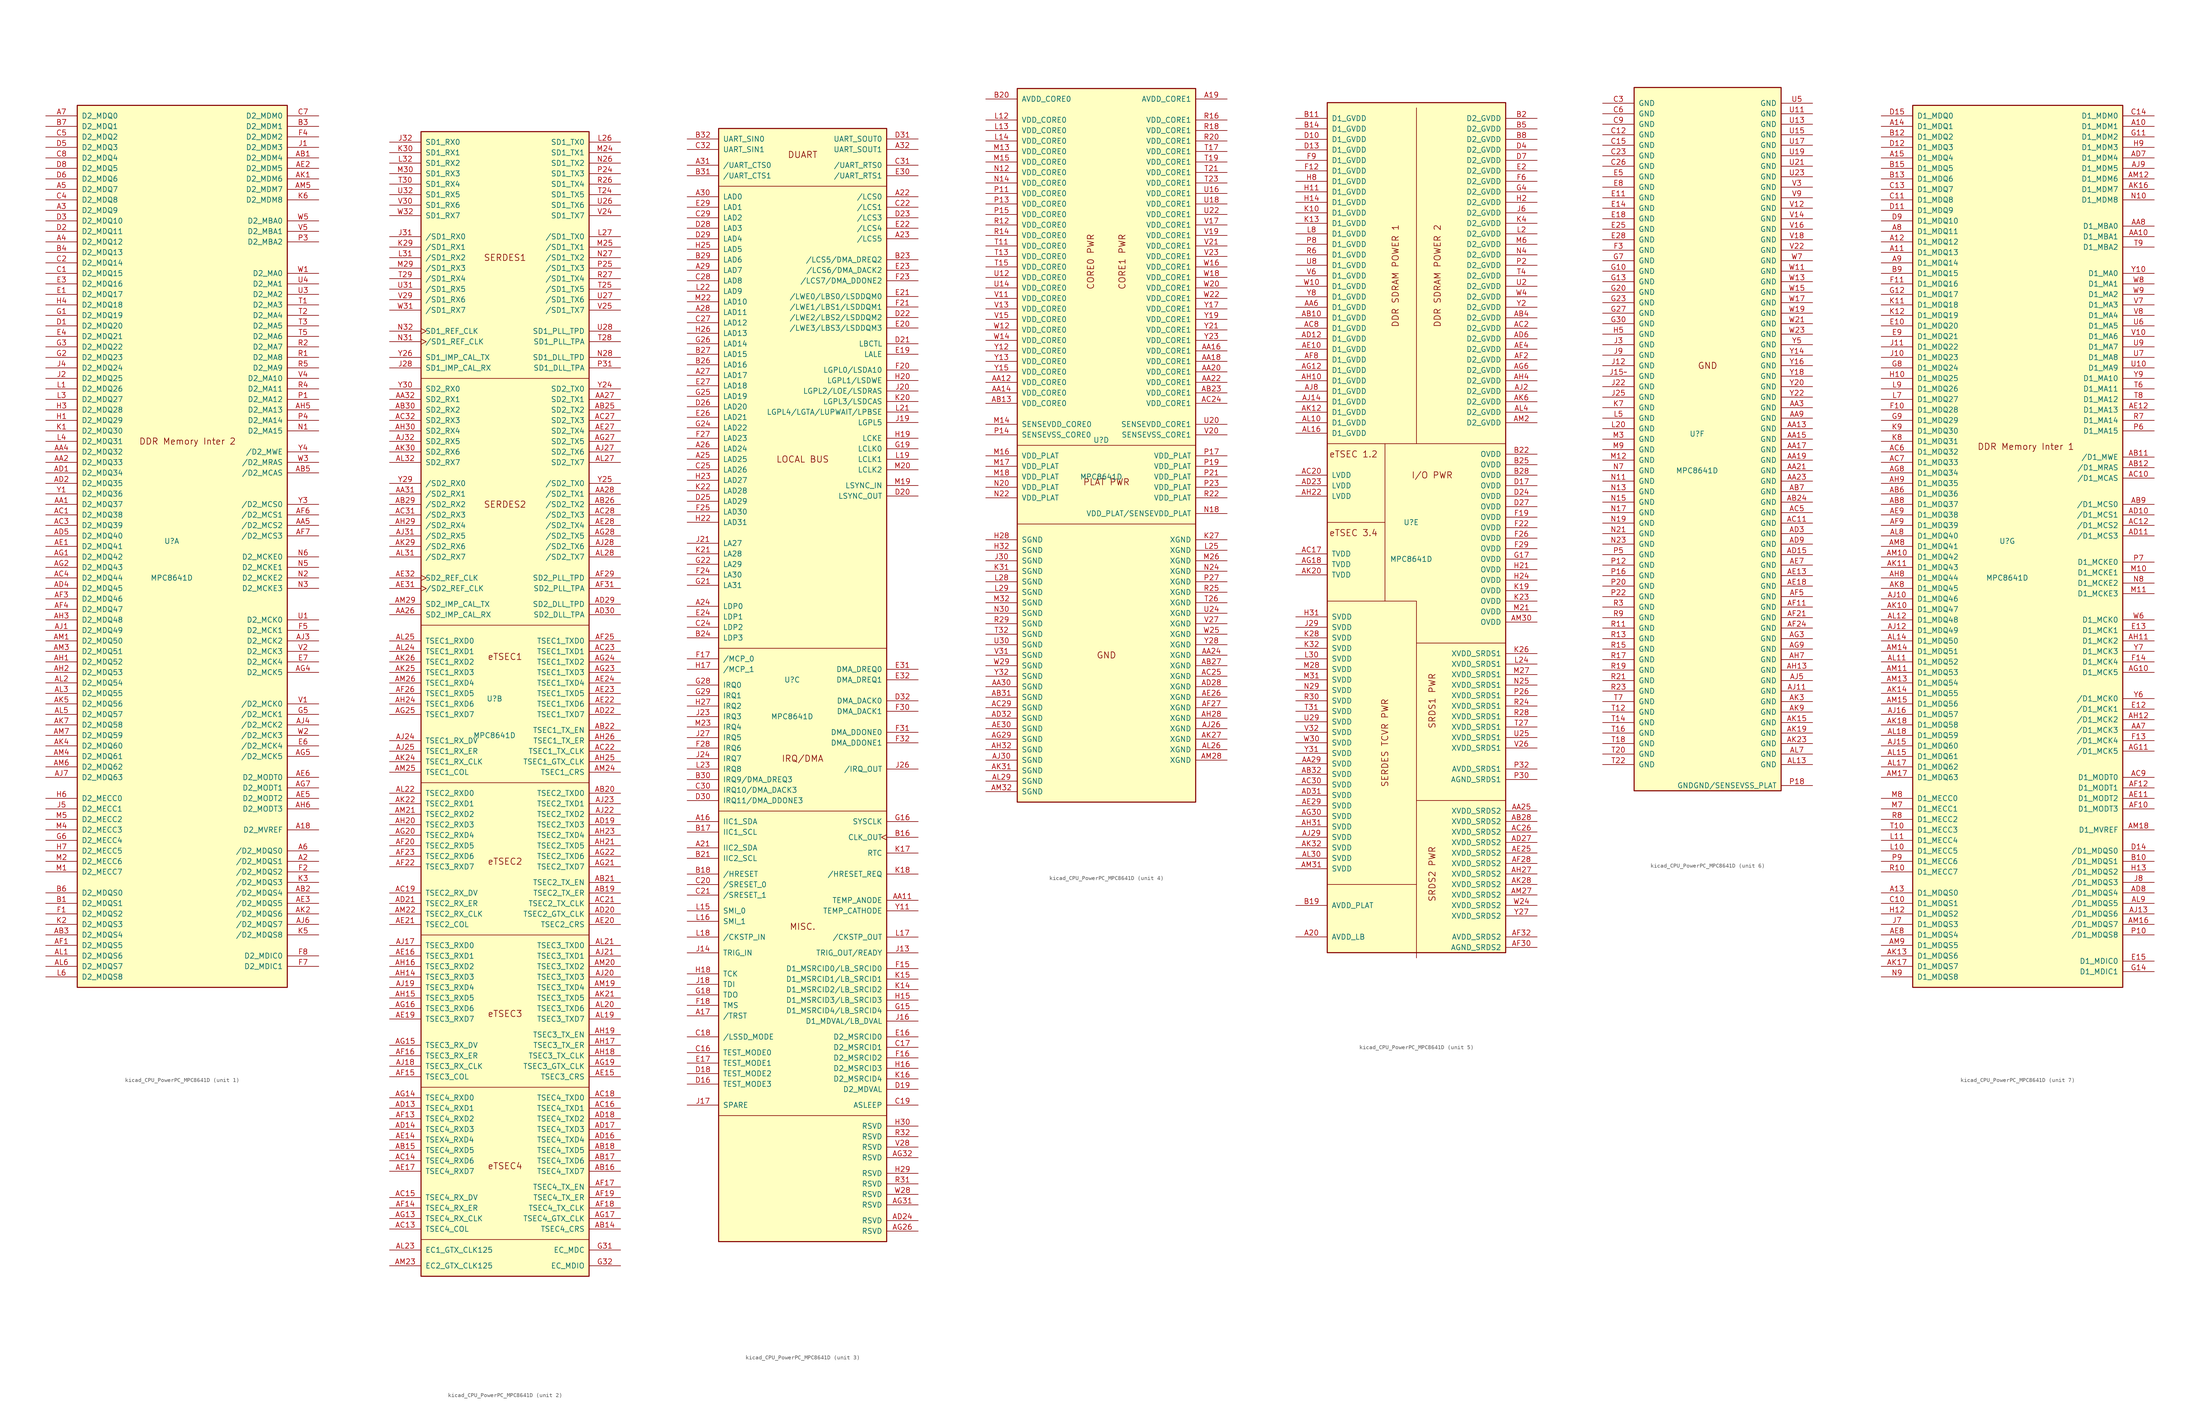
<source format=kicad_sym>
(kicad_symbol_lib
  (version 20220914)
  (generator kicad_symbol_editor)
  (symbol "kicad_CPU_PowerPC_MPC8641D"
    (pin_names
      (offset 1.016))
    (property "Reference" "U"
      (at -2.54 1.27 0)
      (effects (font (size 1.27 1.27))))
    (property "Value" "MPC8641D"
      (at -2.54 -7.62 0)
      (effects (font (size 1.27 1.27))))
    (property "ki_locked" ""
      (at 0 0 0)
      (effects (font (size 1.27 1.27))))
    (symbol "kicad_CPU_PowerPC_MPC8641D_1_1"
      (rectangle (start -25.4 106.68) (end 25.4 -106.68) (stroke (width 0.254) (type default)) (fill (type background)))
      (text "DDR Memory Inter 2" (at 1.27 25.4 0) (effects (font (size 1.524 1.524))))
      (pin output line (at 33.02 -68.58 180) (length 7.62) (name "D2_MVREF" (effects (font (size 1.27 1.27)))) (number "A18" (effects (font (size 1.27 1.27)))))
      (pin bidirectional line (at 33.02 -76.2 180) (length 7.62) (name "/D2_MDQS1" (effects (font (size 1.27 1.27)))) (number "A2" (effects (font (size 1.27 1.27)))))
      (pin bidirectional line (at -33.02 81.28 0) (length 7.62) (name "D2_MDQ9" (effects (font (size 1.27 1.27)))) (number "A3" (effects (font (size 1.27 1.27)))))
      (pin bidirectional line (at -33.02 73.66 0) (length 7.62) (name "D2_MDQ12" (effects (font (size 1.27 1.27)))) (number "A4" (effects (font (size 1.27 1.27)))))
      (pin bidirectional line (at -33.02 86.36 0) (length 7.62) (name "D2_MDQ7" (effects (font (size 1.27 1.27)))) (number "A5" (effects (font (size 1.27 1.27)))))
      (pin bidirectional line (at 33.02 -73.66 180) (length 7.62) (name "/D2_MDQS0" (effects (font (size 1.27 1.27)))) (number "A6" (effects (font (size 1.27 1.27)))))
      (pin bidirectional line (at -33.02 104.14 0) (length 7.62) (name "D2_MDQ0" (effects (font (size 1.27 1.27)))) (number "A7" (effects (font (size 1.27 1.27)))))
      (pin bidirectional line (at -33.02 10.16 0) (length 7.62) (name "D2_MDQ37" (effects (font (size 1.27 1.27)))) (number "AA1" (effects (font (size 1.27 1.27)))))
      (pin bidirectional line (at -33.02 20.32 0) (length 7.62) (name "D2_MDQ33" (effects (font (size 1.27 1.27)))) (number "AA2" (effects (font (size 1.27 1.27)))))
      (pin bidirectional line (at -33.02 22.86 0) (length 7.62) (name "D2_MDQ32" (effects (font (size 1.27 1.27)))) (number "AA4" (effects (font (size 1.27 1.27)))))
      (pin output line (at 33.02 5.08 180) (length 7.62) (name "/D2_MCS2" (effects (font (size 1.27 1.27)))) (number "AA5" (effects (font (size 1.27 1.27)))))
      (pin output line (at 33.02 93.98 180) (length 7.62) (name "D2_MDM4" (effects (font (size 1.27 1.27)))) (number "AB1" (effects (font (size 1.27 1.27)))))
      (pin bidirectional line (at 33.02 -83.82 180) (length 7.62) (name "/D2_MDQS4" (effects (font (size 1.27 1.27)))) (number "AB2" (effects (font (size 1.27 1.27)))))
      (pin bidirectional line (at -33.02 -93.98 0) (length 7.62) (name "D2_MDQS4" (effects (font (size 1.27 1.27)))) (number "AB3" (effects (font (size 1.27 1.27)))))
      (pin output line (at 33.02 17.78 180) (length 7.62) (name "/D2_MCAS" (effects (font (size 1.27 1.27)))) (number "AB5" (effects (font (size 1.27 1.27)))))
      (pin bidirectional line (at -33.02 7.62 0) (length 7.62) (name "D2_MDQ38" (effects (font (size 1.27 1.27)))) (number "AC1" (effects (font (size 1.27 1.27)))))
      (pin bidirectional line (at -33.02 5.08 0) (length 7.62) (name "D2_MDQ39" (effects (font (size 1.27 1.27)))) (number "AC3" (effects (font (size 1.27 1.27)))))
      (pin bidirectional line (at -33.02 -7.62 0) (length 7.62) (name "D2_MDQ44" (effects (font (size 1.27 1.27)))) (number "AC4" (effects (font (size 1.27 1.27)))))
      (pin bidirectional line (at -33.02 17.78 0) (length 7.62) (name "D2_MDQ34" (effects (font (size 1.27 1.27)))) (number "AD1" (effects (font (size 1.27 1.27)))))
      (pin bidirectional line (at -33.02 15.24 0) (length 7.62) (name "D2_MDQ35" (effects (font (size 1.27 1.27)))) (number "AD2" (effects (font (size 1.27 1.27)))))
      (pin bidirectional line (at -33.02 -10.16 0) (length 7.62) (name "D2_MDQ45" (effects (font (size 1.27 1.27)))) (number "AD4" (effects (font (size 1.27 1.27)))))
      (pin bidirectional line (at -33.02 2.54 0) (length 7.62) (name "D2_MDQ40" (effects (font (size 1.27 1.27)))) (number "AD5" (effects (font (size 1.27 1.27)))))
      (pin bidirectional line (at -33.02 0 0) (length 7.62) (name "D2_MDQ41" (effects (font (size 1.27 1.27)))) (number "AE1" (effects (font (size 1.27 1.27)))))
      (pin output line (at 33.02 91.44 180) (length 7.62) (name "D2_MDM5" (effects (font (size 1.27 1.27)))) (number "AE2" (effects (font (size 1.27 1.27)))))
      (pin bidirectional line (at 33.02 -86.36 180) (length 7.62) (name "/D2_MDQS5" (effects (font (size 1.27 1.27)))) (number "AE3" (effects (font (size 1.27 1.27)))))
      (pin output line (at 33.02 -60.96 180) (length 7.62) (name "D2_MODT2" (effects (font (size 1.27 1.27)))) (number "AE5" (effects (font (size 1.27 1.27)))))
      (pin output line (at 33.02 -55.88 180) (length 7.62) (name "D2_MODT0" (effects (font (size 1.27 1.27)))) (number "AE6" (effects (font (size 1.27 1.27)))))
      (pin bidirectional line (at -33.02 -96.52 0) (length 7.62) (name "D2_MDQS5" (effects (font (size 1.27 1.27)))) (number "AF1" (effects (font (size 1.27 1.27)))))
      (pin bidirectional line (at -33.02 -12.7 0) (length 7.62) (name "D2_MDQ46" (effects (font (size 1.27 1.27)))) (number "AF3" (effects (font (size 1.27 1.27)))))
      (pin bidirectional line (at -33.02 -15.24 0) (length 7.62) (name "D2_MDQ47" (effects (font (size 1.27 1.27)))) (number "AF4" (effects (font (size 1.27 1.27)))))
      (pin output line (at 33.02 7.62 180) (length 7.62) (name "/D2_MCS1" (effects (font (size 1.27 1.27)))) (number "AF6" (effects (font (size 1.27 1.27)))))
      (pin output line (at 33.02 2.54 180) (length 7.62) (name "/D2_MCS3" (effects (font (size 1.27 1.27)))) (number "AF7" (effects (font (size 1.27 1.27)))))
      (pin bidirectional line (at -33.02 -2.54 0) (length 7.62) (name "D2_MDQ42" (effects (font (size 1.27 1.27)))) (number "AG1" (effects (font (size 1.27 1.27)))))
      (pin bidirectional line (at -33.02 -5.08 0) (length 7.62) (name "D2_MDQ43" (effects (font (size 1.27 1.27)))) (number "AG2" (effects (font (size 1.27 1.27)))))
      (pin output line (at 33.02 -30.48 180) (length 7.62) (name "D2_MCK5" (effects (font (size 1.27 1.27)))) (number "AG4" (effects (font (size 1.27 1.27)))))
      (pin output line (at 33.02 -50.8 180) (length 7.62) (name "/D2_MCK5" (effects (font (size 1.27 1.27)))) (number "AG5" (effects (font (size 1.27 1.27)))))
      (pin output line (at 33.02 -58.42 180) (length 7.62) (name "D2_MODT1" (effects (font (size 1.27 1.27)))) (number "AG7" (effects (font (size 1.27 1.27)))))
      (pin bidirectional line (at -33.02 -27.94 0) (length 7.62) (name "D2_MDQ52" (effects (font (size 1.27 1.27)))) (number "AH1" (effects (font (size 1.27 1.27)))))
      (pin bidirectional line (at -33.02 -30.48 0) (length 7.62) (name "D2_MDQ53" (effects (font (size 1.27 1.27)))) (number "AH2" (effects (font (size 1.27 1.27)))))
      (pin bidirectional line (at -33.02 -17.78 0) (length 7.62) (name "D2_MDQ48" (effects (font (size 1.27 1.27)))) (number "AH3" (effects (font (size 1.27 1.27)))))
      (pin output line (at 33.02 33.02 180) (length 7.62) (name "D2_MA13" (effects (font (size 1.27 1.27)))) (number "AH5" (effects (font (size 1.27 1.27)))))
      (pin output line (at 33.02 -63.5 180) (length 7.62) (name "D2_MODT3" (effects (font (size 1.27 1.27)))) (number "AH6" (effects (font (size 1.27 1.27)))))
      (pin bidirectional line (at -33.02 -20.32 0) (length 7.62) (name "D2_MDQ49" (effects (font (size 1.27 1.27)))) (number "AJ1" (effects (font (size 1.27 1.27)))))
      (pin output line (at 33.02 -22.86 180) (length 7.62) (name "D2_MCK2" (effects (font (size 1.27 1.27)))) (number "AJ3" (effects (font (size 1.27 1.27)))))
      (pin output line (at 33.02 -43.18 180) (length 7.62) (name "/D2_MCK2" (effects (font (size 1.27 1.27)))) (number "AJ4" (effects (font (size 1.27 1.27)))))
      (pin bidirectional line (at 33.02 -91.44 180) (length 7.62) (name "/D2_MDQS7" (effects (font (size 1.27 1.27)))) (number "AJ6" (effects (font (size 1.27 1.27)))))
      (pin bidirectional line (at -33.02 -55.88 0) (length 7.62) (name "D2_MDQ63" (effects (font (size 1.27 1.27)))) (number "AJ7" (effects (font (size 1.27 1.27)))))
      (pin output line (at 33.02 88.9 180) (length 7.62) (name "D2_MDM6" (effects (font (size 1.27 1.27)))) (number "AK1" (effects (font (size 1.27 1.27)))))
      (pin bidirectional line (at 33.02 -88.9 180) (length 7.62) (name "/D2_MDQS6" (effects (font (size 1.27 1.27)))) (number "AK2" (effects (font (size 1.27 1.27)))))
      (pin bidirectional line (at -33.02 -48.26 0) (length 7.62) (name "D2_MDQ60" (effects (font (size 1.27 1.27)))) (number "AK4" (effects (font (size 1.27 1.27)))))
      (pin bidirectional line (at -33.02 -38.1 0) (length 7.62) (name "D2_MDQ56" (effects (font (size 1.27 1.27)))) (number "AK5" (effects (font (size 1.27 1.27)))))
      (pin bidirectional line (at -33.02 -43.18 0) (length 7.62) (name "D2_MDQ58" (effects (font (size 1.27 1.27)))) (number "AK7" (effects (font (size 1.27 1.27)))))
      (pin bidirectional line (at -33.02 -99.06 0) (length 7.62) (name "D2_MDQS6" (effects (font (size 1.27 1.27)))) (number "AL1" (effects (font (size 1.27 1.27)))))
      (pin bidirectional line (at -33.02 -33.02 0) (length 7.62) (name "D2_MDQ54" (effects (font (size 1.27 1.27)))) (number "AL2" (effects (font (size 1.27 1.27)))))
      (pin bidirectional line (at -33.02 -35.56 0) (length 7.62) (name "D2_MDQ55" (effects (font (size 1.27 1.27)))) (number "AL3" (effects (font (size 1.27 1.27)))))
      (pin bidirectional line (at -33.02 -40.64 0) (length 7.62) (name "D2_MDQ57" (effects (font (size 1.27 1.27)))) (number "AL5" (effects (font (size 1.27 1.27)))))
      (pin bidirectional line (at -33.02 -101.6 0) (length 7.62) (name "D2_MDQS7" (effects (font (size 1.27 1.27)))) (number "AL6" (effects (font (size 1.27 1.27)))))
      (pin bidirectional line (at -33.02 -22.86 0) (length 7.62) (name "D2_MDQ50" (effects (font (size 1.27 1.27)))) (number "AM1" (effects (font (size 1.27 1.27)))))
      (pin bidirectional line (at -33.02 -25.4 0) (length 7.62) (name "D2_MDQ51" (effects (font (size 1.27 1.27)))) (number "AM3" (effects (font (size 1.27 1.27)))))
      (pin bidirectional line (at -33.02 -50.8 0) (length 7.62) (name "D2_MDQ61" (effects (font (size 1.27 1.27)))) (number "AM4" (effects (font (size 1.27 1.27)))))
      (pin output line (at 33.02 86.36 180) (length 7.62) (name "D2_MDM7" (effects (font (size 1.27 1.27)))) (number "AM5" (effects (font (size 1.27 1.27)))))
      (pin bidirectional line (at -33.02 -53.34 0) (length 7.62) (name "D2_MDQ62" (effects (font (size 1.27 1.27)))) (number "AM6" (effects (font (size 1.27 1.27)))))
      (pin bidirectional line (at -33.02 -45.72 0) (length 7.62) (name "D2_MDQ59" (effects (font (size 1.27 1.27)))) (number "AM7" (effects (font (size 1.27 1.27)))))
      (pin bidirectional line (at -33.02 -86.36 0) (length 7.62) (name "D2_MDQS1" (effects (font (size 1.27 1.27)))) (number "B1" (effects (font (size 1.27 1.27)))))
      (pin output line (at 33.02 101.6 180) (length 7.62) (name "D2_MDM1" (effects (font (size 1.27 1.27)))) (number "B3" (effects (font (size 1.27 1.27)))))
      (pin bidirectional line (at -33.02 71.12 0) (length 7.62) (name "D2_MDQ13" (effects (font (size 1.27 1.27)))) (number "B4" (effects (font (size 1.27 1.27)))))
      (pin bidirectional line (at -33.02 -83.82 0) (length 7.62) (name "D2_MDQS0" (effects (font (size 1.27 1.27)))) (number "B6" (effects (font (size 1.27 1.27)))))
      (pin bidirectional line (at -33.02 101.6 0) (length 7.62) (name "D2_MDQ1" (effects (font (size 1.27 1.27)))) (number "B7" (effects (font (size 1.27 1.27)))))
      (pin bidirectional line (at -33.02 66.04 0) (length 7.62) (name "D2_MDQ15" (effects (font (size 1.27 1.27)))) (number "C1" (effects (font (size 1.27 1.27)))))
      (pin bidirectional line (at -33.02 68.58 0) (length 7.62) (name "D2_MDQ14" (effects (font (size 1.27 1.27)))) (number "C2" (effects (font (size 1.27 1.27)))))
      (pin bidirectional line (at -33.02 83.82 0) (length 7.62) (name "D2_MDQ8" (effects (font (size 1.27 1.27)))) (number "C4" (effects (font (size 1.27 1.27)))))
      (pin bidirectional line (at -33.02 99.06 0) (length 7.62) (name "D2_MDQ2" (effects (font (size 1.27 1.27)))) (number "C5" (effects (font (size 1.27 1.27)))))
      (pin output line (at 33.02 104.14 180) (length 7.62) (name "D2_MDM0" (effects (font (size 1.27 1.27)))) (number "C7" (effects (font (size 1.27 1.27)))))
      (pin bidirectional line (at -33.02 93.98 0) (length 7.62) (name "D2_MDQ4" (effects (font (size 1.27 1.27)))) (number "C8" (effects (font (size 1.27 1.27)))))
      (pin bidirectional line (at -33.02 53.34 0) (length 7.62) (name "D2_MDQ20" (effects (font (size 1.27 1.27)))) (number "D1" (effects (font (size 1.27 1.27)))))
      (pin bidirectional line (at -33.02 76.2 0) (length 7.62) (name "D2_MDQ11" (effects (font (size 1.27 1.27)))) (number "D2" (effects (font (size 1.27 1.27)))))
      (pin bidirectional line (at -33.02 78.74 0) (length 7.62) (name "D2_MDQ10" (effects (font (size 1.27 1.27)))) (number "D3" (effects (font (size 1.27 1.27)))))
      (pin bidirectional line (at -33.02 96.52 0) (length 7.62) (name "D2_MDQ3" (effects (font (size 1.27 1.27)))) (number "D5" (effects (font (size 1.27 1.27)))))
      (pin bidirectional line (at -33.02 88.9 0) (length 7.62) (name "D2_MDQ6" (effects (font (size 1.27 1.27)))) (number "D6" (effects (font (size 1.27 1.27)))))
      (pin bidirectional line (at -33.02 91.44 0) (length 7.62) (name "D2_MDQ5" (effects (font (size 1.27 1.27)))) (number "D8" (effects (font (size 1.27 1.27)))))
      (pin bidirectional line (at -33.02 60.96 0) (length 7.62) (name "D2_MDQ17" (effects (font (size 1.27 1.27)))) (number "E1" (effects (font (size 1.27 1.27)))))
      (pin bidirectional line (at -33.02 63.5 0) (length 7.62) (name "D2_MDQ16" (effects (font (size 1.27 1.27)))) (number "E3" (effects (font (size 1.27 1.27)))))
      (pin bidirectional line (at -33.02 50.8 0) (length 7.62) (name "D2_MDQ21" (effects (font (size 1.27 1.27)))) (number "E4" (effects (font (size 1.27 1.27)))))
      (pin output line (at 33.02 -48.26 180) (length 7.62) (name "/D2_MCK4" (effects (font (size 1.27 1.27)))) (number "E6" (effects (font (size 1.27 1.27)))))
      (pin output line (at 33.02 -27.94 180) (length 7.62) (name "D2_MCK4" (effects (font (size 1.27 1.27)))) (number "E7" (effects (font (size 1.27 1.27)))))
      (pin bidirectional line (at -33.02 -88.9 0) (length 7.62) (name "D2_MDQS2" (effects (font (size 1.27 1.27)))) (number "F1" (effects (font (size 1.27 1.27)))))
      (pin bidirectional line (at 33.02 -78.74 180) (length 7.62) (name "/D2_MDQS2" (effects (font (size 1.27 1.27)))) (number "F2" (effects (font (size 1.27 1.27)))))
      (pin output line (at 33.02 99.06 180) (length 7.62) (name "D2_MDM2" (effects (font (size 1.27 1.27)))) (number "F4" (effects (font (size 1.27 1.27)))))
      (pin output line (at 33.02 -20.32 180) (length 7.62) (name "D2_MCK1" (effects (font (size 1.27 1.27)))) (number "F5" (effects (font (size 1.27 1.27)))))
      (pin bidirectional line (at 33.02 -101.6 180) (length 7.62) (name "D2_MDIC1" (effects (font (size 1.27 1.27)))) (number "F7" (effects (font (size 1.27 1.27)))))
      (pin bidirectional line (at 33.02 -99.06 180) (length 7.62) (name "D2_MDIC0" (effects (font (size 1.27 1.27)))) (number "F8" (effects (font (size 1.27 1.27)))))
      (pin bidirectional line (at -33.02 55.88 0) (length 7.62) (name "D2_MDQ19" (effects (font (size 1.27 1.27)))) (number "G1" (effects (font (size 1.27 1.27)))))
      (pin bidirectional line (at -33.02 45.72 0) (length 7.62) (name "D2_MDQ23" (effects (font (size 1.27 1.27)))) (number "G2" (effects (font (size 1.27 1.27)))))
      (pin bidirectional line (at -33.02 48.26 0) (length 7.62) (name "D2_MDQ22" (effects (font (size 1.27 1.27)))) (number "G3" (effects (font (size 1.27 1.27)))))
      (pin output line (at 33.02 -40.64 180) (length 7.62) (name "/D2_MCK1" (effects (font (size 1.27 1.27)))) (number "G5" (effects (font (size 1.27 1.27)))))
      (pin bidirectional line (at -33.02 -71.12 0) (length 7.62) (name "D2_MECC4" (effects (font (size 1.27 1.27)))) (number "G6" (effects (font (size 1.27 1.27)))))
      (pin bidirectional line (at -33.02 30.48 0) (length 7.62) (name "D2_MDQ29" (effects (font (size 1.27 1.27)))) (number "H1" (effects (font (size 1.27 1.27)))))
      (pin bidirectional line (at -33.02 33.02 0) (length 7.62) (name "D2_MDQ28" (effects (font (size 1.27 1.27)))) (number "H3" (effects (font (size 1.27 1.27)))))
      (pin bidirectional line (at -33.02 58.42 0) (length 7.62) (name "D2_MDQ18" (effects (font (size 1.27 1.27)))) (number "H4" (effects (font (size 1.27 1.27)))))
      (pin bidirectional line (at -33.02 -60.96 0) (length 7.62) (name "D2_MECC0" (effects (font (size 1.27 1.27)))) (number "H6" (effects (font (size 1.27 1.27)))))
      (pin bidirectional line (at -33.02 -73.66 0) (length 7.62) (name "D2_MECC5" (effects (font (size 1.27 1.27)))) (number "H7" (effects (font (size 1.27 1.27)))))
      (pin output line (at 33.02 96.52 180) (length 7.62) (name "D2_MDM3" (effects (font (size 1.27 1.27)))) (number "J1" (effects (font (size 1.27 1.27)))))
      (pin bidirectional line (at -33.02 40.64 0) (length 7.62) (name "D2_MDQ25" (effects (font (size 1.27 1.27)))) (number "J2" (effects (font (size 1.27 1.27)))))
      (pin bidirectional line (at -33.02 43.18 0) (length 7.62) (name "D2_MDQ24" (effects (font (size 1.27 1.27)))) (number "J4" (effects (font (size 1.27 1.27)))))
      (pin bidirectional line (at -33.02 -63.5 0) (length 7.62) (name "D2_MECC1" (effects (font (size 1.27 1.27)))) (number "J5" (effects (font (size 1.27 1.27)))))
      (pin bidirectional line (at -33.02 27.94 0) (length 7.62) (name "D2_MDQ30" (effects (font (size 1.27 1.27)))) (number "K1" (effects (font (size 1.27 1.27)))))
      (pin bidirectional line (at -33.02 -91.44 0) (length 7.62) (name "D2_MDQS3" (effects (font (size 1.27 1.27)))) (number "K2" (effects (font (size 1.27 1.27)))))
      (pin bidirectional line (at 33.02 -81.28 180) (length 7.62) (name "/D2_MDQS3" (effects (font (size 1.27 1.27)))) (number "K3" (effects (font (size 1.27 1.27)))))
      (pin bidirectional line (at 33.02 -93.98 180) (length 7.62) (name "/D2_MDQS8" (effects (font (size 1.27 1.27)))) (number "K5" (effects (font (size 1.27 1.27)))))
      (pin output line (at 33.02 83.82 180) (length 7.62) (name "D2_MDM8" (effects (font (size 1.27 1.27)))) (number "K6" (effects (font (size 1.27 1.27)))))
      (pin bidirectional line (at -33.02 38.1 0) (length 7.62) (name "D2_MDQ26" (effects (font (size 1.27 1.27)))) (number "L1" (effects (font (size 1.27 1.27)))))
      (pin bidirectional line (at -33.02 35.56 0) (length 7.62) (name "D2_MDQ27" (effects (font (size 1.27 1.27)))) (number "L3" (effects (font (size 1.27 1.27)))))
      (pin bidirectional line (at -33.02 25.4 0) (length 7.62) (name "D2_MDQ31" (effects (font (size 1.27 1.27)))) (number "L4" (effects (font (size 1.27 1.27)))))
      (pin bidirectional line (at -33.02 -104.14 0) (length 7.62) (name "D2_MDQS8" (effects (font (size 1.27 1.27)))) (number "L6" (effects (font (size 1.27 1.27)))))
      (pin bidirectional line (at -33.02 -78.74 0) (length 7.62) (name "D2_MECC7" (effects (font (size 1.27 1.27)))) (number "M1" (effects (font (size 1.27 1.27)))))
      (pin bidirectional line (at -33.02 -76.2 0) (length 7.62) (name "D2_MECC6" (effects (font (size 1.27 1.27)))) (number "M2" (effects (font (size 1.27 1.27)))))
      (pin bidirectional line (at -33.02 -68.58 0) (length 7.62) (name "D2_MECC3" (effects (font (size 1.27 1.27)))) (number "M4" (effects (font (size 1.27 1.27)))))
      (pin bidirectional line (at -33.02 -66.04 0) (length 7.62) (name "D2_MECC2" (effects (font (size 1.27 1.27)))) (number "M5" (effects (font (size 1.27 1.27)))))
      (pin output line (at 33.02 27.94 180) (length 7.62) (name "D2_MA15" (effects (font (size 1.27 1.27)))) (number "N1" (effects (font (size 1.27 1.27)))))
      (pin output line (at 33.02 -7.62 180) (length 7.62) (name "D2_MCKE2" (effects (font (size 1.27 1.27)))) (number "N2" (effects (font (size 1.27 1.27)))))
      (pin output line (at 33.02 -10.16 180) (length 7.62) (name "D2_MCKE3" (effects (font (size 1.27 1.27)))) (number "N3" (effects (font (size 1.27 1.27)))))
      (pin output line (at 33.02 -5.08 180) (length 7.62) (name "D2_MCKE1" (effects (font (size 1.27 1.27)))) (number "N5" (effects (font (size 1.27 1.27)))))
      (pin output line (at 33.02 -2.54 180) (length 7.62) (name "D2_MCKE0" (effects (font (size 1.27 1.27)))) (number "N6" (effects (font (size 1.27 1.27)))))
      (pin output line (at 33.02 35.56 180) (length 7.62) (name "D2_MA12" (effects (font (size 1.27 1.27)))) (number "P1" (effects (font (size 1.27 1.27)))))
      (pin output line (at 33.02 73.66 180) (length 7.62) (name "D2_MBA2" (effects (font (size 1.27 1.27)))) (number "P3" (effects (font (size 1.27 1.27)))))
      (pin output line (at 33.02 30.48 180) (length 7.62) (name "D2_MA14" (effects (font (size 1.27 1.27)))) (number "P4" (effects (font (size 1.27 1.27)))))
      (pin output line (at 33.02 45.72 180) (length 7.62) (name "D2_MA8" (effects (font (size 1.27 1.27)))) (number "R1" (effects (font (size 1.27 1.27)))))
      (pin output line (at 33.02 48.26 180) (length 7.62) (name "D2_MA7" (effects (font (size 1.27 1.27)))) (number "R2" (effects (font (size 1.27 1.27)))))
      (pin output line (at 33.02 38.1 180) (length 7.62) (name "D2_MA11" (effects (font (size 1.27 1.27)))) (number "R4" (effects (font (size 1.27 1.27)))))
      (pin output line (at 33.02 43.18 180) (length 7.62) (name "D2_MA9" (effects (font (size 1.27 1.27)))) (number "R5" (effects (font (size 1.27 1.27)))))
      (pin output line (at 33.02 58.42 180) (length 7.62) (name "D2_MA3" (effects (font (size 1.27 1.27)))) (number "T1" (effects (font (size 1.27 1.27)))))
      (pin output line (at 33.02 55.88 180) (length 7.62) (name "D2_MA4" (effects (font (size 1.27 1.27)))) (number "T2" (effects (font (size 1.27 1.27)))))
      (pin output line (at 33.02 53.34 180) (length 7.62) (name "D2_MA5" (effects (font (size 1.27 1.27)))) (number "T3" (effects (font (size 1.27 1.27)))))
      (pin output line (at 33.02 50.8 180) (length 7.62) (name "D2_MA6" (effects (font (size 1.27 1.27)))) (number "T5" (effects (font (size 1.27 1.27)))))
      (pin output line (at 33.02 -17.78 180) (length 7.62) (name "D2_MCK0" (effects (font (size 1.27 1.27)))) (number "U1" (effects (font (size 1.27 1.27)))))
      (pin output line (at 33.02 60.96 180) (length 7.62) (name "D2_MA2" (effects (font (size 1.27 1.27)))) (number "U3" (effects (font (size 1.27 1.27)))))
      (pin output line (at 33.02 63.5 180) (length 7.62) (name "D2_MA1" (effects (font (size 1.27 1.27)))) (number "U4" (effects (font (size 1.27 1.27)))))
      (pin output line (at 33.02 -38.1 180) (length 7.62) (name "/D2_MCK0" (effects (font (size 1.27 1.27)))) (number "V1" (effects (font (size 1.27 1.27)))))
      (pin output line (at 33.02 -25.4 180) (length 7.62) (name "D2_MCK3" (effects (font (size 1.27 1.27)))) (number "V2" (effects (font (size 1.27 1.27)))))
      (pin output line (at 33.02 40.64 180) (length 7.62) (name "D2_MA10" (effects (font (size 1.27 1.27)))) (number "V4" (effects (font (size 1.27 1.27)))))
      (pin output line (at 33.02 76.2 180) (length 7.62) (name "D2_MBA1" (effects (font (size 1.27 1.27)))) (number "V5" (effects (font (size 1.27 1.27)))))
      (pin output line (at 33.02 66.04 180) (length 7.62) (name "D2_MA0" (effects (font (size 1.27 1.27)))) (number "W1" (effects (font (size 1.27 1.27)))))
      (pin output line (at 33.02 -45.72 180) (length 7.62) (name "/D2_MCK3" (effects (font (size 1.27 1.27)))) (number "W2" (effects (font (size 1.27 1.27)))))
      (pin output line (at 33.02 20.32 180) (length 7.62) (name "/D2_MRAS" (effects (font (size 1.27 1.27)))) (number "W3" (effects (font (size 1.27 1.27)))))
      (pin output line (at 33.02 78.74 180) (length 7.62) (name "D2_MBA0" (effects (font (size 1.27 1.27)))) (number "W5" (effects (font (size 1.27 1.27)))))
      (pin bidirectional line (at -33.02 12.7 0) (length 7.62) (name "D2_MDQ36" (effects (font (size 1.27 1.27)))) (number "Y1" (effects (font (size 1.27 1.27)))))
      (pin output line (at 33.02 10.16 180) (length 7.62) (name "/D2_MCS0" (effects (font (size 1.27 1.27)))) (number "Y3" (effects (font (size 1.27 1.27)))))
      (pin output line (at 33.02 22.86 180) (length 7.62) (name "/D2_MWE" (effects (font (size 1.27 1.27)))) (number "Y4" (effects (font (size 1.27 1.27))))))
    (symbol "kicad_CPU_PowerPC_MPC8641D_2_1"
      (rectangle (start -20.32 138.43) (end 20.32 -138.43) (stroke (width 0.254) (type default)) (fill (type background)))
      (polyline (pts (xy -20.32 -129.54) (xy 20.32 -129.54) (xy 20.32 -129.54)) (stroke (width 0) (type default)) (fill (type none)))
      (polyline (pts (xy -20.32 -92.71) (xy 20.32 -92.71) (xy 20.32 -92.71)) (stroke (width 0) (type default)) (fill (type none)))
      (polyline (pts (xy -20.32 -55.88) (xy 20.32 -55.88) (xy 20.32 -55.88)) (stroke (width 0) (type default)) (fill (type none)))
      (polyline (pts (xy -20.32 -19.05) (xy 20.32 -19.05) (xy 20.32 -19.05)) (stroke (width 0) (type default)) (fill (type none)))
      (polyline (pts (xy -20.32 19.05) (xy 20.32 19.05) (xy 20.32 19.05)) (stroke (width 0) (type default)) (fill (type none)))
      (polyline (pts (xy -20.32 78.74) (xy 20.32 78.74) (xy 20.32 78.74)) (stroke (width 0) (type default)) (fill (type none)))
      (text "eTSEC1" (at 0 11.43 0) (effects (font (size 1.524 1.524))))
      (text "eTSEC2" (at 0 -38.1 0) (effects (font (size 1.524 1.524))))
      (text "eTSEC3" (at 0 -74.93 0) (effects (font (size 1.524 1.524))))
      (text "eTSEC4" (at 0 -111.76 0) (effects (font (size 1.524 1.524))))
      (text "SERDES1" (at 0 107.95 0) (effects (font (size 1.524 1.524))))
      (text "SERDES2" (at 0 48.26 0) (effects (font (size 1.524 1.524))))
      (pin input line (at -27.94 21.59 0) (length 7.62) (name "SD2_IMP_CAL_RX" (effects (font (size 1.27 1.27)))) (number "AA26" (effects (font (size 1.27 1.27)))))
      (pin output line (at 27.94 73.66 180) (length 7.62) (name "SD2_TX1" (effects (font (size 1.27 1.27)))) (number "AA27" (effects (font (size 1.27 1.27)))))
      (pin output line (at 27.94 50.8 180) (length 7.62) (name "/SD2_TX1" (effects (font (size 1.27 1.27)))) (number "AA28" (effects (font (size 1.27 1.27)))))
      (pin input line (at -27.94 50.8 0) (length 7.62) (name "/SD2_RX1" (effects (font (size 1.27 1.27)))) (number "AA31" (effects (font (size 1.27 1.27)))))
      (pin input line (at -27.94 73.66 0) (length 7.62) (name "SD2_RX1" (effects (font (size 1.27 1.27)))) (number "AA32" (effects (font (size 1.27 1.27)))))
      (pin bidirectional line (at 27.94 -127 180) (length 7.62) (name "TSEC4_CRS" (effects (font (size 1.27 1.27)))) (number "AB14" (effects (font (size 1.27 1.27)))))
      (pin input line (at -27.94 -107.95 0) (length 7.62) (name "TSEC4_RXD5" (effects (font (size 1.27 1.27)))) (number "AB15" (effects (font (size 1.27 1.27)))))
      (pin output line (at 27.94 -113.03 180) (length 7.62) (name "TSEC4_TXD7" (effects (font (size 1.27 1.27)))) (number "AB16" (effects (font (size 1.27 1.27)))))
      (pin output line (at 27.94 -110.49 180) (length 7.62) (name "TSEC4_TXD6" (effects (font (size 1.27 1.27)))) (number "AB17" (effects (font (size 1.27 1.27)))))
      (pin output line (at 27.94 -107.95 180) (length 7.62) (name "TSEC4_TXD5" (effects (font (size 1.27 1.27)))) (number "AB18" (effects (font (size 1.27 1.27)))))
      (pin output line (at 27.94 -45.72 180) (length 7.62) (name "TSEC2_TX_ER" (effects (font (size 1.27 1.27)))) (number "AB19" (effects (font (size 1.27 1.27)))))
      (pin output line (at 27.94 -21.59 180) (length 7.62) (name "TSEC2_TXD0" (effects (font (size 1.27 1.27)))) (number "AB20" (effects (font (size 1.27 1.27)))))
      (pin output line (at 27.94 -43.18 180) (length 7.62) (name "TSEC2_TX_EN" (effects (font (size 1.27 1.27)))) (number "AB21" (effects (font (size 1.27 1.27)))))
      (pin output line (at 27.94 -6.35 180) (length 7.62) (name "TSEC1_TX_EN" (effects (font (size 1.27 1.27)))) (number "AB22" (effects (font (size 1.27 1.27)))))
      (pin output line (at 27.94 71.12 180) (length 7.62) (name "SD2_TX2" (effects (font (size 1.27 1.27)))) (number "AB25" (effects (font (size 1.27 1.27)))))
      (pin output line (at 27.94 48.26 180) (length 7.62) (name "/SD2_TX2" (effects (font (size 1.27 1.27)))) (number "AB26" (effects (font (size 1.27 1.27)))))
      (pin input line (at -27.94 48.26 0) (length 7.62) (name "/SD2_RX2" (effects (font (size 1.27 1.27)))) (number "AB29" (effects (font (size 1.27 1.27)))))
      (pin input line (at -27.94 71.12 0) (length 7.62) (name "SD2_RX2" (effects (font (size 1.27 1.27)))) (number "AB30" (effects (font (size 1.27 1.27)))))
      (pin input line (at -27.94 -127 0) (length 7.62) (name "TSEC4_COL" (effects (font (size 1.27 1.27)))) (number "AC13" (effects (font (size 1.27 1.27)))))
      (pin input line (at -27.94 -110.49 0) (length 7.62) (name "TSEC4_RXD6" (effects (font (size 1.27 1.27)))) (number "AC14" (effects (font (size 1.27 1.27)))))
      (pin input line (at -27.94 -119.38 0) (length 7.62) (name "TSEC4_RX_DV" (effects (font (size 1.27 1.27)))) (number "AC15" (effects (font (size 1.27 1.27)))))
      (pin output line (at 27.94 -97.79 180) (length 7.62) (name "TSEC4_TXD1" (effects (font (size 1.27 1.27)))) (number "AC16" (effects (font (size 1.27 1.27)))))
      (pin output line (at 27.94 -95.25 180) (length 7.62) (name "TSEC4_TXD0" (effects (font (size 1.27 1.27)))) (number "AC18" (effects (font (size 1.27 1.27)))))
      (pin input line (at -27.94 -45.72 0) (length 7.62) (name "TSEC2_RX_DV" (effects (font (size 1.27 1.27)))) (number "AC19" (effects (font (size 1.27 1.27)))))
      (pin input line (at 27.94 -48.26 180) (length 7.62) (name "TSEC2_TX_CLK" (effects (font (size 1.27 1.27)))) (number "AC21" (effects (font (size 1.27 1.27)))))
      (pin input line (at 27.94 -11.43 180) (length 7.62) (name "TSEC1_TX_CLK" (effects (font (size 1.27 1.27)))) (number "AC22" (effects (font (size 1.27 1.27)))))
      (pin output line (at 27.94 12.7 180) (length 7.62) (name "TSEC1_TXD1" (effects (font (size 1.27 1.27)))) (number "AC23" (effects (font (size 1.27 1.27)))))
      (pin output line (at 27.94 68.58 180) (length 7.62) (name "SD2_TX3" (effects (font (size 1.27 1.27)))) (number "AC27" (effects (font (size 1.27 1.27)))))
      (pin output line (at 27.94 45.72 180) (length 7.62) (name "/SD2_TX3" (effects (font (size 1.27 1.27)))) (number "AC28" (effects (font (size 1.27 1.27)))))
      (pin input line (at -27.94 45.72 0) (length 7.62) (name "/SD2_RX3" (effects (font (size 1.27 1.27)))) (number "AC31" (effects (font (size 1.27 1.27)))))
      (pin input line (at -27.94 68.58 0) (length 7.62) (name "SD2_RX3" (effects (font (size 1.27 1.27)))) (number "AC32" (effects (font (size 1.27 1.27)))))
      (pin input line (at -27.94 -97.79 0) (length 7.62) (name "TSEC4_RXD1" (effects (font (size 1.27 1.27)))) (number "AD13" (effects (font (size 1.27 1.27)))))
      (pin input line (at -27.94 -102.87 0) (length 7.62) (name "TSEC4_RXD3" (effects (font (size 1.27 1.27)))) (number "AD14" (effects (font (size 1.27 1.27)))))
      (pin output line (at 27.94 -105.41 180) (length 7.62) (name "TSEC4_TXD4" (effects (font (size 1.27 1.27)))) (number "AD16" (effects (font (size 1.27 1.27)))))
      (pin output line (at 27.94 -102.87 180) (length 7.62) (name "TSEC4_TXD3" (effects (font (size 1.27 1.27)))) (number "AD17" (effects (font (size 1.27 1.27)))))
      (pin output line (at 27.94 -100.33 180) (length 7.62) (name "TSEC4_TXD2" (effects (font (size 1.27 1.27)))) (number "AD18" (effects (font (size 1.27 1.27)))))
      (pin output line (at 27.94 -29.21 180) (length 7.62) (name "TSEC2_TXD3" (effects (font (size 1.27 1.27)))) (number "AD19" (effects (font (size 1.27 1.27)))))
      (pin output line (at 27.94 -50.8 180) (length 7.62) (name "TSEC2_GTX_CLK" (effects (font (size 1.27 1.27)))) (number "AD20" (effects (font (size 1.27 1.27)))))
      (pin input line (at -27.94 -48.26 0) (length 7.62) (name "TSEC2_RX_ER" (effects (font (size 1.27 1.27)))) (number "AD21" (effects (font (size 1.27 1.27)))))
      (pin output line (at 27.94 -2.54 180) (length 7.62) (name "TSEC1_TXD7" (effects (font (size 1.27 1.27)))) (number "AD22" (effects (font (size 1.27 1.27)))))
      (pin output line (at 27.94 24.13 180) (length 7.62) (name "SD2_DLL_TPD" (effects (font (size 1.27 1.27)))) (number "AD29" (effects (font (size 1.27 1.27)))))
      (pin output line (at 27.94 21.59 180) (length 7.62) (name "SD2_DLL_TPA" (effects (font (size 1.27 1.27)))) (number "AD30" (effects (font (size 1.27 1.27)))))
      (pin input line (at -27.94 -105.41 0) (length 7.62) (name "TSEX4_RXD4" (effects (font (size 1.27 1.27)))) (number "AE14" (effects (font (size 1.27 1.27)))))
      (pin bidirectional line (at 27.94 -90.17 180) (length 7.62) (name "TSEC3_CRS" (effects (font (size 1.27 1.27)))) (number "AE15" (effects (font (size 1.27 1.27)))))
      (pin input line (at -27.94 -60.96 0) (length 7.62) (name "TSEC3_RXD1" (effects (font (size 1.27 1.27)))) (number "AE16" (effects (font (size 1.27 1.27)))))
      (pin input line (at -27.94 -113.03 0) (length 7.62) (name "TSEC4_RXD7" (effects (font (size 1.27 1.27)))) (number "AE17" (effects (font (size 1.27 1.27)))))
      (pin input line (at -27.94 -76.2 0) (length 7.62) (name "TSEC3_RXD7" (effects (font (size 1.27 1.27)))) (number "AE19" (effects (font (size 1.27 1.27)))))
      (pin bidirectional line (at 27.94 -53.34 180) (length 7.62) (name "TSEC2_CRS" (effects (font (size 1.27 1.27)))) (number "AE20" (effects (font (size 1.27 1.27)))))
      (pin input line (at -27.94 -53.34 0) (length 7.62) (name "TSEC2_COL" (effects (font (size 1.27 1.27)))) (number "AE21" (effects (font (size 1.27 1.27)))))
      (pin output line (at 27.94 0 180) (length 7.62) (name "TSEC1_TXD6" (effects (font (size 1.27 1.27)))) (number "AE22" (effects (font (size 1.27 1.27)))))
      (pin output line (at 27.94 2.54 180) (length 7.62) (name "TSEC1_TXD5" (effects (font (size 1.27 1.27)))) (number "AE23" (effects (font (size 1.27 1.27)))))
      (pin output line (at 27.94 5.08 180) (length 7.62) (name "TSEC1_TXD4" (effects (font (size 1.27 1.27)))) (number "AE24" (effects (font (size 1.27 1.27)))))
      (pin output line (at 27.94 66.04 180) (length 7.62) (name "SD2_TX4" (effects (font (size 1.27 1.27)))) (number "AE27" (effects (font (size 1.27 1.27)))))
      (pin output line (at 27.94 43.18 180) (length 7.62) (name "/SD2_TX4" (effects (font (size 1.27 1.27)))) (number "AE28" (effects (font (size 1.27 1.27)))))
      (pin input clock (at -27.94 27.94 0) (length 7.62) (name "/SD2_REF_CLK" (effects (font (size 1.27 1.27)))) (number "AE31" (effects (font (size 1.27 1.27)))))
      (pin input clock (at -27.94 30.48 0) (length 7.62) (name "SD2_REF_CLK" (effects (font (size 1.27 1.27)))) (number "AE32" (effects (font (size 1.27 1.27)))))
      (pin input line (at -27.94 -100.33 0) (length 7.62) (name "TSEC4_RXD2" (effects (font (size 1.27 1.27)))) (number "AF13" (effects (font (size 1.27 1.27)))))
      (pin input line (at -27.94 -121.92 0) (length 7.62) (name "TSEC4_RX_ER" (effects (font (size 1.27 1.27)))) (number "AF14" (effects (font (size 1.27 1.27)))))
      (pin input line (at -27.94 -90.17 0) (length 7.62) (name "TSEC3_COL" (effects (font (size 1.27 1.27)))) (number "AF15" (effects (font (size 1.27 1.27)))))
      (pin input line (at -27.94 -85.09 0) (length 7.62) (name "TSEC3_RX_ER" (effects (font (size 1.27 1.27)))) (number "AF16" (effects (font (size 1.27 1.27)))))
      (pin output line (at 27.94 -116.84 180) (length 7.62) (name "TSEC4_TX_EN" (effects (font (size 1.27 1.27)))) (number "AF17" (effects (font (size 1.27 1.27)))))
      (pin input line (at 27.94 -121.92 180) (length 7.62) (name "TSEC4_TX_CLK" (effects (font (size 1.27 1.27)))) (number "AF18" (effects (font (size 1.27 1.27)))))
      (pin output line (at 27.94 -119.38 180) (length 7.62) (name "TSEC4_TX_ER" (effects (font (size 1.27 1.27)))) (number "AF19" (effects (font (size 1.27 1.27)))))
      (pin input line (at -27.94 -34.29 0) (length 7.62) (name "TSEC2_RXD5" (effects (font (size 1.27 1.27)))) (number "AF20" (effects (font (size 1.27 1.27)))))
      (pin input line (at -27.94 -39.37 0) (length 7.62) (name "TSEC3_RXD7" (effects (font (size 1.27 1.27)))) (number "AF22" (effects (font (size 1.27 1.27)))))
      (pin input line (at -27.94 -36.83 0) (length 7.62) (name "TSEC2_RXD6" (effects (font (size 1.27 1.27)))) (number "AF23" (effects (font (size 1.27 1.27)))))
      (pin output line (at 27.94 15.24 180) (length 7.62) (name "TSEC1_TXD0" (effects (font (size 1.27 1.27)))) (number "AF25" (effects (font (size 1.27 1.27)))))
      (pin input line (at -27.94 2.54 0) (length 7.62) (name "TSEC1_RXD5" (effects (font (size 1.27 1.27)))) (number "AF26" (effects (font (size 1.27 1.27)))))
      (pin output line (at 27.94 30.48 180) (length 7.62) (name "SD2_PLL_TPD" (effects (font (size 1.27 1.27)))) (number "AF29" (effects (font (size 1.27 1.27)))))
      (pin output line (at 27.94 27.94 180) (length 7.62) (name "SD2_PLL_TPA" (effects (font (size 1.27 1.27)))) (number "AF31" (effects (font (size 1.27 1.27)))))
      (pin input line (at -27.94 -124.46 0) (length 7.62) (name "TSEC4_RX_CLK" (effects (font (size 1.27 1.27)))) (number "AG13" (effects (font (size 1.27 1.27)))))
      (pin input line (at -27.94 -95.25 0) (length 7.62) (name "TSEC4_RXD0" (effects (font (size 1.27 1.27)))) (number "AG14" (effects (font (size 1.27 1.27)))))
      (pin input line (at -27.94 -82.55 0) (length 7.62) (name "TSEC3_RX_DV" (effects (font (size 1.27 1.27)))) (number "AG15" (effects (font (size 1.27 1.27)))))
      (pin input line (at -27.94 -73.66 0) (length 7.62) (name "TSEC3_RXD6" (effects (font (size 1.27 1.27)))) (number "AG16" (effects (font (size 1.27 1.27)))))
      (pin output line (at 27.94 -124.46 180) (length 7.62) (name "TSEC4_GTX_CLK" (effects (font (size 1.27 1.27)))) (number "AG17" (effects (font (size 1.27 1.27)))))
      (pin output line (at 27.94 -87.63 180) (length 7.62) (name "TSEC3_GTX_CLK" (effects (font (size 1.27 1.27)))) (number "AG19" (effects (font (size 1.27 1.27)))))
      (pin input line (at -27.94 -31.75 0) (length 7.62) (name "TSEC2_RXD4" (effects (font (size 1.27 1.27)))) (number "AG20" (effects (font (size 1.27 1.27)))))
      (pin output line (at 27.94 -39.37 180) (length 7.62) (name "TSEC2_TXD7" (effects (font (size 1.27 1.27)))) (number "AG21" (effects (font (size 1.27 1.27)))))
      (pin output line (at 27.94 -36.83 180) (length 7.62) (name "TSEC2_TXD6" (effects (font (size 1.27 1.27)))) (number "AG22" (effects (font (size 1.27 1.27)))))
      (pin output line (at 27.94 7.62 180) (length 7.62) (name "TSEC1_TXD3" (effects (font (size 1.27 1.27)))) (number "AG23" (effects (font (size 1.27 1.27)))))
      (pin output line (at 27.94 10.16 180) (length 7.62) (name "TSEC1_TXD2" (effects (font (size 1.27 1.27)))) (number "AG24" (effects (font (size 1.27 1.27)))))
      (pin input line (at -27.94 -2.54 0) (length 7.62) (name "TSEC1_RXD7" (effects (font (size 1.27 1.27)))) (number "AG25" (effects (font (size 1.27 1.27)))))
      (pin output line (at 27.94 63.5 180) (length 7.62) (name "SD2_TX5" (effects (font (size 1.27 1.27)))) (number "AG27" (effects (font (size 1.27 1.27)))))
      (pin output line (at 27.94 40.64 180) (length 7.62) (name "/SD2_TX5" (effects (font (size 1.27 1.27)))) (number "AG28" (effects (font (size 1.27 1.27)))))
      (pin input line (at -27.94 -66.04 0) (length 7.62) (name "TSEC3_RXD3" (effects (font (size 1.27 1.27)))) (number "AH14" (effects (font (size 1.27 1.27)))))
      (pin input line (at -27.94 -71.12 0) (length 7.62) (name "TSEC3_RXD5" (effects (font (size 1.27 1.27)))) (number "AH15" (effects (font (size 1.27 1.27)))))
      (pin input line (at -27.94 -63.5 0) (length 7.62) (name "TSEC3_RXD2" (effects (font (size 1.27 1.27)))) (number "AH16" (effects (font (size 1.27 1.27)))))
      (pin output line (at 27.94 -82.55 180) (length 7.62) (name "TSEC3_TX_ER" (effects (font (size 1.27 1.27)))) (number "AH17" (effects (font (size 1.27 1.27)))))
      (pin input line (at 27.94 -85.09 180) (length 7.62) (name "TSEC3_TX_CLK" (effects (font (size 1.27 1.27)))) (number "AH18" (effects (font (size 1.27 1.27)))))
      (pin output line (at 27.94 -80.01 180) (length 7.62) (name "TSEC3_TX_EN" (effects (font (size 1.27 1.27)))) (number "AH19" (effects (font (size 1.27 1.27)))))
      (pin input line (at -27.94 -29.21 0) (length 7.62) (name "TSEC2_RXD3" (effects (font (size 1.27 1.27)))) (number "AH20" (effects (font (size 1.27 1.27)))))
      (pin output line (at 27.94 -34.29 180) (length 7.62) (name "TSEC2_TXD5" (effects (font (size 1.27 1.27)))) (number "AH21" (effects (font (size 1.27 1.27)))))
      (pin output line (at 27.94 -31.75 180) (length 7.62) (name "TSEC2_TXD4" (effects (font (size 1.27 1.27)))) (number "AH23" (effects (font (size 1.27 1.27)))))
      (pin input line (at -27.94 0 0) (length 7.62) (name "TSEC1_RXD6" (effects (font (size 1.27 1.27)))) (number "AH24" (effects (font (size 1.27 1.27)))))
      (pin output line (at 27.94 -13.97 180) (length 7.62) (name "TSEC1_GTX_CLK" (effects (font (size 1.27 1.27)))) (number "AH25" (effects (font (size 1.27 1.27)))))
      (pin output line (at 27.94 -8.89 180) (length 7.62) (name "TSEC1_TX_ER" (effects (font (size 1.27 1.27)))) (number "AH26" (effects (font (size 1.27 1.27)))))
      (pin input line (at -27.94 43.18 0) (length 7.62) (name "/SD2_RX4" (effects (font (size 1.27 1.27)))) (number "AH29" (effects (font (size 1.27 1.27)))))
      (pin input line (at -27.94 66.04 0) (length 7.62) (name "SD2_RX4" (effects (font (size 1.27 1.27)))) (number "AH30" (effects (font (size 1.27 1.27)))))
      (pin input line (at -27.94 -58.42 0) (length 7.62) (name "TSEC3_RXD0" (effects (font (size 1.27 1.27)))) (number "AJ17" (effects (font (size 1.27 1.27)))))
      (pin input line (at -27.94 -87.63 0) (length 7.62) (name "TSEC3_RX_CLK" (effects (font (size 1.27 1.27)))) (number "AJ18" (effects (font (size 1.27 1.27)))))
      (pin input line (at -27.94 -68.58 0) (length 7.62) (name "TSEC3_RXD4" (effects (font (size 1.27 1.27)))) (number "AJ19" (effects (font (size 1.27 1.27)))))
      (pin output line (at 27.94 -66.04 180) (length 7.62) (name "TSEC3_TXD3" (effects (font (size 1.27 1.27)))) (number "AJ20" (effects (font (size 1.27 1.27)))))
      (pin output line (at 27.94 -60.96 180) (length 7.62) (name "TSEC3_TXD1" (effects (font (size 1.27 1.27)))) (number "AJ21" (effects (font (size 1.27 1.27)))))
      (pin output line (at 27.94 -26.67 180) (length 7.62) (name "TSEC2_TXD2" (effects (font (size 1.27 1.27)))) (number "AJ22" (effects (font (size 1.27 1.27)))))
      (pin output line (at 27.94 -24.13 180) (length 7.62) (name "TSEC2_TXD1" (effects (font (size 1.27 1.27)))) (number "AJ23" (effects (font (size 1.27 1.27)))))
      (pin input line (at -27.94 -8.89 0) (length 7.62) (name "TSEC1_RX_DV" (effects (font (size 1.27 1.27)))) (number "AJ24" (effects (font (size 1.27 1.27)))))
      (pin input line (at -27.94 -11.43 0) (length 7.62) (name "TSEC1_RX_ER" (effects (font (size 1.27 1.27)))) (number "AJ25" (effects (font (size 1.27 1.27)))))
      (pin output line (at 27.94 60.96 180) (length 7.62) (name "SD2_TX6" (effects (font (size 1.27 1.27)))) (number "AJ27" (effects (font (size 1.27 1.27)))))
      (pin output line (at 27.94 38.1 180) (length 7.62) (name "/SD2_TX6" (effects (font (size 1.27 1.27)))) (number "AJ28" (effects (font (size 1.27 1.27)))))
      (pin input line (at -27.94 40.64 0) (length 7.62) (name "/SD2_RX5" (effects (font (size 1.27 1.27)))) (number "AJ31" (effects (font (size 1.27 1.27)))))
      (pin input line (at -27.94 63.5 0) (length 7.62) (name "SD2_RX5" (effects (font (size 1.27 1.27)))) (number "AJ32" (effects (font (size 1.27 1.27)))))
      (pin output line (at 27.94 -71.12 180) (length 7.62) (name "TSEC3_TXD5" (effects (font (size 1.27 1.27)))) (number "AK21" (effects (font (size 1.27 1.27)))))
      (pin input line (at -27.94 -24.13 0) (length 7.62) (name "TSEC2_RXD1" (effects (font (size 1.27 1.27)))) (number "AK22" (effects (font (size 1.27 1.27)))))
      (pin input line (at -27.94 -13.97 0) (length 7.62) (name "TSEC1_RX_CLK" (effects (font (size 1.27 1.27)))) (number "AK24" (effects (font (size 1.27 1.27)))))
      (pin input line (at -27.94 7.62 0) (length 7.62) (name "TSEC1_RXD3" (effects (font (size 1.27 1.27)))) (number "AK25" (effects (font (size 1.27 1.27)))))
      (pin input line (at -27.94 10.16 0) (length 7.62) (name "TSEC1_RXD2" (effects (font (size 1.27 1.27)))) (number "AK26" (effects (font (size 1.27 1.27)))))
      (pin input line (at -27.94 38.1 0) (length 7.62) (name "/SD2_RX6" (effects (font (size 1.27 1.27)))) (number "AK29" (effects (font (size 1.27 1.27)))))
      (pin input line (at -27.94 60.96 0) (length 7.62) (name "SD2_RX6" (effects (font (size 1.27 1.27)))) (number "AK30" (effects (font (size 1.27 1.27)))))
      (pin output line (at 27.94 -76.2 180) (length 7.62) (name "TSEC3_TXD7" (effects (font (size 1.27 1.27)))) (number "AL19" (effects (font (size 1.27 1.27)))))
      (pin output line (at 27.94 -73.66 180) (length 7.62) (name "TSEC3_TXD6" (effects (font (size 1.27 1.27)))) (number "AL20" (effects (font (size 1.27 1.27)))))
      (pin output line (at 27.94 -58.42 180) (length 7.62) (name "TSEC3_TXD0" (effects (font (size 1.27 1.27)))) (number "AL21" (effects (font (size 1.27 1.27)))))
      (pin input line (at -27.94 -21.59 0) (length 7.62) (name "TSEC2_RXD0" (effects (font (size 1.27 1.27)))) (number "AL22" (effects (font (size 1.27 1.27)))))
      (pin input line (at -27.94 -132.08 0) (length 7.62) (name "EC1_GTX_CLK125" (effects (font (size 1.27 1.27)))) (number "AL23" (effects (font (size 1.27 1.27)))))
      (pin input line (at -27.94 12.7 0) (length 7.62) (name "TSEC1_RXD1" (effects (font (size 1.27 1.27)))) (number "AL24" (effects (font (size 1.27 1.27)))))
      (pin input line (at -27.94 15.24 0) (length 7.62) (name "TSEC1_RXD0" (effects (font (size 1.27 1.27)))) (number "AL25" (effects (font (size 1.27 1.27)))))
      (pin output line (at 27.94 58.42 180) (length 7.62) (name "SD2_TX7" (effects (font (size 1.27 1.27)))) (number "AL27" (effects (font (size 1.27 1.27)))))
      (pin output line (at 27.94 35.56 180) (length 7.62) (name "/SD2_TX7" (effects (font (size 1.27 1.27)))) (number "AL28" (effects (font (size 1.27 1.27)))))
      (pin input line (at -27.94 35.56 0) (length 7.62) (name "/SD2_RX7" (effects (font (size 1.27 1.27)))) (number "AL31" (effects (font (size 1.27 1.27)))))
      (pin input line (at -27.94 58.42 0) (length 7.62) (name "SD2_RX7" (effects (font (size 1.27 1.27)))) (number "AL32" (effects (font (size 1.27 1.27)))))
      (pin output line (at 27.94 -68.58 180) (length 7.62) (name "TSEC3_TXD4" (effects (font (size 1.27 1.27)))) (number "AM19" (effects (font (size 1.27 1.27)))))
      (pin output line (at 27.94 -63.5 180) (length 7.62) (name "TSEC3_TXD2" (effects (font (size 1.27 1.27)))) (number "AM20" (effects (font (size 1.27 1.27)))))
      (pin input line (at -27.94 -26.67 0) (length 7.62) (name "TSEC2_RXD2" (effects (font (size 1.27 1.27)))) (number "AM21" (effects (font (size 1.27 1.27)))))
      (pin input line (at -27.94 -50.8 0) (length 7.62) (name "TSEC2_RX_CLK" (effects (font (size 1.27 1.27)))) (number "AM22" (effects (font (size 1.27 1.27)))))
      (pin input line (at -27.94 -135.89 0) (length 7.62) (name "EC2_GTX_CLK125" (effects (font (size 1.27 1.27)))) (number "AM23" (effects (font (size 1.27 1.27)))))
      (pin bidirectional line (at 27.94 -16.51 180) (length 7.62) (name "TSEC1_CRS" (effects (font (size 1.27 1.27)))) (number "AM24" (effects (font (size 1.27 1.27)))))
      (pin input line (at -27.94 -16.51 0) (length 7.62) (name "TSEC1_COL" (effects (font (size 1.27 1.27)))) (number "AM25" (effects (font (size 1.27 1.27)))))
      (pin input line (at -27.94 5.08 0) (length 7.62) (name "TSEC1_RXD4" (effects (font (size 1.27 1.27)))) (number "AM26" (effects (font (size 1.27 1.27)))))
      (pin input line (at -27.94 24.13 0) (length 7.62) (name "SD2_IMP_CAL_TX" (effects (font (size 1.27 1.27)))) (number "AM29" (effects (font (size 1.27 1.27)))))
      (pin output line (at 27.94 -132.08 180) (length 7.62) (name "EC_MDC" (effects (font (size 1.27 1.27)))) (number "G31" (effects (font (size 1.27 1.27)))))
      (pin bidirectional line (at 27.94 -135.89 180) (length 7.62) (name "EC_MDIO" (effects (font (size 1.27 1.27)))) (number "G32" (effects (font (size 1.27 1.27)))))
      (pin input line (at -27.94 81.28 0) (length 7.62) (name "SD1_IMP_CAL_RX" (effects (font (size 1.27 1.27)))) (number "J28" (effects (font (size 1.27 1.27)))))
      (pin input line (at -27.94 113.03 0) (length 7.62) (name "/SD1_RX0" (effects (font (size 1.27 1.27)))) (number "J31" (effects (font (size 1.27 1.27)))))
      (pin input line (at -27.94 135.89 0) (length 7.62) (name "SD1_RX0" (effects (font (size 1.27 1.27)))) (number "J32" (effects (font (size 1.27 1.27)))))
      (pin input line (at -27.94 110.49 0) (length 7.62) (name "/SD1_RX1" (effects (font (size 1.27 1.27)))) (number "K29" (effects (font (size 1.27 1.27)))))
      (pin input line (at -27.94 133.35 0) (length 7.62) (name "SD1_RX1" (effects (font (size 1.27 1.27)))) (number "K30" (effects (font (size 1.27 1.27)))))
      (pin output line (at 27.94 135.89 180) (length 7.62) (name "SD1_TX0" (effects (font (size 1.27 1.27)))) (number "L26" (effects (font (size 1.27 1.27)))))
      (pin output line (at 27.94 113.03 180) (length 7.62) (name "/SD1_TX0" (effects (font (size 1.27 1.27)))) (number "L27" (effects (font (size 1.27 1.27)))))
      (pin input line (at -27.94 107.95 0) (length 7.62) (name "/SD1_RX2" (effects (font (size 1.27 1.27)))) (number "L31" (effects (font (size 1.27 1.27)))))
      (pin input line (at -27.94 130.81 0) (length 7.62) (name "SD1_RX2" (effects (font (size 1.27 1.27)))) (number "L32" (effects (font (size 1.27 1.27)))))
      (pin output line (at 27.94 133.35 180) (length 7.62) (name "SD1_TX1" (effects (font (size 1.27 1.27)))) (number "M24" (effects (font (size 1.27 1.27)))))
      (pin output line (at 27.94 110.49 180) (length 7.62) (name "/SD1_TX1" (effects (font (size 1.27 1.27)))) (number "M25" (effects (font (size 1.27 1.27)))))
      (pin input line (at -27.94 105.41 0) (length 7.62) (name "/SD1_RX3" (effects (font (size 1.27 1.27)))) (number "M29" (effects (font (size 1.27 1.27)))))
      (pin input line (at -27.94 128.27 0) (length 7.62) (name "SD1_RX3" (effects (font (size 1.27 1.27)))) (number "M30" (effects (font (size 1.27 1.27)))))
      (pin output line (at 27.94 130.81 180) (length 7.62) (name "SD1_TX2" (effects (font (size 1.27 1.27)))) (number "N26" (effects (font (size 1.27 1.27)))))
      (pin output line (at 27.94 107.95 180) (length 7.62) (name "/SD1_TX2" (effects (font (size 1.27 1.27)))) (number "N27" (effects (font (size 1.27 1.27)))))
      (pin output line (at 27.94 83.82 180) (length 7.62) (name "SD1_DLL_TPD" (effects (font (size 1.27 1.27)))) (number "N28" (effects (font (size 1.27 1.27)))))
      (pin input clock (at -27.94 87.63 0) (length 7.62) (name "/SD1_REF_CLK" (effects (font (size 1.27 1.27)))) (number "N31" (effects (font (size 1.27 1.27)))))
      (pin input clock (at -27.94 90.17 0) (length 7.62) (name "SD1_REF_CLK" (effects (font (size 1.27 1.27)))) (number "N32" (effects (font (size 1.27 1.27)))))
      (pin output line (at 27.94 128.27 180) (length 7.62) (name "SD1_TX3" (effects (font (size 1.27 1.27)))) (number "P24" (effects (font (size 1.27 1.27)))))
      (pin output line (at 27.94 105.41 180) (length 7.62) (name "/SD1_TX3" (effects (font (size 1.27 1.27)))) (number "P25" (effects (font (size 1.27 1.27)))))
      (pin output line (at 27.94 81.28 180) (length 7.62) (name "SD1_DLL_TPA" (effects (font (size 1.27 1.27)))) (number "P31" (effects (font (size 1.27 1.27)))))
      (pin output line (at 27.94 125.73 180) (length 7.62) (name "SD1_TX4" (effects (font (size 1.27 1.27)))) (number "R26" (effects (font (size 1.27 1.27)))))
      (pin output line (at 27.94 102.87 180) (length 7.62) (name "/SD1_TX4" (effects (font (size 1.27 1.27)))) (number "R27" (effects (font (size 1.27 1.27)))))
      (pin output line (at 27.94 123.19 180) (length 7.62) (name "SD1_TX5" (effects (font (size 1.27 1.27)))) (number "T24" (effects (font (size 1.27 1.27)))))
      (pin output line (at 27.94 100.33 180) (length 7.62) (name "/SD1_TX5" (effects (font (size 1.27 1.27)))) (number "T25" (effects (font (size 1.27 1.27)))))
      (pin output line (at 27.94 87.63 180) (length 7.62) (name "SD1_PLL_TPA" (effects (font (size 1.27 1.27)))) (number "T28" (effects (font (size 1.27 1.27)))))
      (pin input line (at -27.94 102.87 0) (length 7.62) (name "/SD1_RX4" (effects (font (size 1.27 1.27)))) (number "T29" (effects (font (size 1.27 1.27)))))
      (pin input line (at -27.94 125.73 0) (length 7.62) (name "SD1_RX4" (effects (font (size 1.27 1.27)))) (number "T30" (effects (font (size 1.27 1.27)))))
      (pin output line (at 27.94 120.65 180) (length 7.62) (name "SD1_TX6" (effects (font (size 1.27 1.27)))) (number "U26" (effects (font (size 1.27 1.27)))))
      (pin output line (at 27.94 97.79 180) (length 7.62) (name "/SD1_TX6" (effects (font (size 1.27 1.27)))) (number "U27" (effects (font (size 1.27 1.27)))))
      (pin output line (at 27.94 90.17 180) (length 7.62) (name "SD1_PLL_TPD" (effects (font (size 1.27 1.27)))) (number "U28" (effects (font (size 1.27 1.27)))))
      (pin input line (at -27.94 100.33 0) (length 7.62) (name "/SD1_RX5" (effects (font (size 1.27 1.27)))) (number "U31" (effects (font (size 1.27 1.27)))))
      (pin input line (at -27.94 123.19 0) (length 7.62) (name "SD1_RX5" (effects (font (size 1.27 1.27)))) (number "U32" (effects (font (size 1.27 1.27)))))
      (pin output line (at 27.94 118.11 180) (length 7.62) (name "SD1_TX7" (effects (font (size 1.27 1.27)))) (number "V24" (effects (font (size 1.27 1.27)))))
      (pin output line (at 27.94 95.25 180) (length 7.62) (name "/SD1_TX7" (effects (font (size 1.27 1.27)))) (number "V25" (effects (font (size 1.27 1.27)))))
      (pin input line (at -27.94 97.79 0) (length 7.62) (name "/SD1_RX6" (effects (font (size 1.27 1.27)))) (number "V29" (effects (font (size 1.27 1.27)))))
      (pin input line (at -27.94 120.65 0) (length 7.62) (name "SD1_RX6" (effects (font (size 1.27 1.27)))) (number "V30" (effects (font (size 1.27 1.27)))))
      (pin input line (at -27.94 95.25 0) (length 7.62) (name "/SD1_RX7" (effects (font (size 1.27 1.27)))) (number "W31" (effects (font (size 1.27 1.27)))))
      (pin input line (at -27.94 118.11 0) (length 7.62) (name "SD1_RX7" (effects (font (size 1.27 1.27)))) (number "W32" (effects (font (size 1.27 1.27)))))
      (pin output line (at 27.94 76.2 180) (length 7.62) (name "SD2_TX0" (effects (font (size 1.27 1.27)))) (number "Y24" (effects (font (size 1.27 1.27)))))
      (pin output line (at 27.94 53.34 180) (length 7.62) (name "/SD2_TX0" (effects (font (size 1.27 1.27)))) (number "Y25" (effects (font (size 1.27 1.27)))))
      (pin input line (at -27.94 83.82 0) (length 7.62) (name "SD1_IMP_CAL_TX" (effects (font (size 1.27 1.27)))) (number "Y26" (effects (font (size 1.27 1.27)))))
      (pin input line (at -27.94 53.34 0) (length 7.62) (name "/SD2_RX0" (effects (font (size 1.27 1.27)))) (number "Y29" (effects (font (size 1.27 1.27)))))
      (pin input line (at -27.94 76.2 0) (length 7.62) (name "SD2_RX0" (effects (font (size 1.27 1.27)))) (number "Y30" (effects (font (size 1.27 1.27))))))
    (symbol "kicad_CPU_PowerPC_MPC8641D_3_1"
      (polyline (pts (xy -20.32 -104.14) (xy 20.32 -104.14) (xy 20.32 -104.14)) (stroke (width 0) (type default)) (fill (type none)))
      (polyline (pts (xy -20.32 -30.48) (xy 20.32 -30.48) (xy 20.32 -30.48)) (stroke (width 0) (type default)) (fill (type none)))
      (polyline (pts (xy -20.32 8.89) (xy 20.32 8.89) (xy 20.32 8.89)) (stroke (width 0) (type default)) (fill (type none)))
      (polyline (pts (xy -20.32 120.65) (xy 20.32 120.65) (xy 20.32 120.65)) (stroke (width 0) (type default)) (fill (type none)))
      (rectangle (start 20.32 -134.62) (end -20.32 134.62) (stroke (width 0.254) (type default)) (fill (type background)))
      (text "DUART" (at 0 128.27 0) (effects (font (size 1.524 1.524))))
      (text "IRQ/DMA" (at 0 -17.78 0) (effects (font (size 1.524 1.524))))
      (text "LOCAL BUS" (at 0 54.61 0) (effects (font (size 1.524 1.524))))
      (text "MISC." (at 0 -58.42 0) (effects (font (size 1.524 1.524))))
      (pin bidirectional line (at -27.94 -33.02 0) (length 7.62) (name "IIC1_SDA" (effects (font (size 1.27 1.27)))) (number "A16" (effects (font (size 1.27 1.27)))))
      (pin input line (at -27.94 -80.01 0) (length 7.62) (name "/TRST" (effects (font (size 1.27 1.27)))) (number "A17" (effects (font (size 1.27 1.27)))))
      (pin bidirectional line (at -27.94 -39.37 0) (length 7.62) (name "IIC2_SDA" (effects (font (size 1.27 1.27)))) (number "A21" (effects (font (size 1.27 1.27)))))
      (pin output line (at 27.94 118.11 180) (length 7.62) (name "/LCS0" (effects (font (size 1.27 1.27)))) (number "A22" (effects (font (size 1.27 1.27)))))
      (pin output line (at 27.94 107.95 180) (length 7.62) (name "/LCS5" (effects (font (size 1.27 1.27)))) (number "A23" (effects (font (size 1.27 1.27)))))
      (pin bidirectional line (at -27.94 19.05 0) (length 7.62) (name "LDP0" (effects (font (size 1.27 1.27)))) (number "A24" (effects (font (size 1.27 1.27)))))
      (pin bidirectional line (at -27.94 54.61 0) (length 7.62) (name "LAD25" (effects (font (size 1.27 1.27)))) (number "A25" (effects (font (size 1.27 1.27)))))
      (pin bidirectional line (at -27.94 57.15 0) (length 7.62) (name "LAD24" (effects (font (size 1.27 1.27)))) (number "A26" (effects (font (size 1.27 1.27)))))
      (pin bidirectional line (at -27.94 74.93 0) (length 7.62) (name "LAD17" (effects (font (size 1.27 1.27)))) (number "A27" (effects (font (size 1.27 1.27)))))
      (pin bidirectional line (at -27.94 90.17 0) (length 7.62) (name "LAD11" (effects (font (size 1.27 1.27)))) (number "A28" (effects (font (size 1.27 1.27)))))
      (pin bidirectional line (at -27.94 100.33 0) (length 7.62) (name "LAD7" (effects (font (size 1.27 1.27)))) (number "A29" (effects (font (size 1.27 1.27)))))
      (pin bidirectional line (at -27.94 118.11 0) (length 7.62) (name "LAD0" (effects (font (size 1.27 1.27)))) (number "A30" (effects (font (size 1.27 1.27)))))
      (pin input line (at -27.94 125.73 0) (length 7.62) (name "/UART_CTS0" (effects (font (size 1.27 1.27)))) (number "A31" (effects (font (size 1.27 1.27)))))
      (pin output line (at 27.94 129.54 180) (length 7.62) (name "UART_SOUT1" (effects (font (size 1.27 1.27)))) (number "A32" (effects (font (size 1.27 1.27)))))
      (pin bidirectional line (at 27.94 -52.07 180) (length 7.62) (name "TEMP_ANODE" (effects (font (size 1.27 1.27)))) (number "AA11" (effects (font (size 1.27 1.27)))))
      (pin unspecified line (at 27.94 -129.54 180) (length 7.62) (name "RSVD" (effects (font (size 1.27 1.27)))) (number "AD24" (effects (font (size 1.27 1.27)))))
      (pin no_connect line (at -20.32 -121.92 0) (length 7.62) hide (name "NC" (effects (font (size 1.27 1.27)))) (number "AD25" (effects (font (size 1.27 1.27)))))
      (pin no_connect line (at -20.32 -124.46 0) (length 7.62) hide (name "NC" (effects (font (size 1.27 1.27)))) (number "AD26" (effects (font (size 1.27 1.27)))))
      (pin unspecified line (at 27.94 -132.08 180) (length 7.62) (name "RSVD" (effects (font (size 1.27 1.27)))) (number "AG26" (effects (font (size 1.27 1.27)))))
      (pin unspecified line (at 27.94 -125.73 180) (length 7.62) (name "RSVD" (effects (font (size 1.27 1.27)))) (number "AG31" (effects (font (size 1.27 1.27)))))
      (pin unspecified line (at 27.94 -114.3 180) (length 7.62) (name "RSVD" (effects (font (size 1.27 1.27)))) (number "AG32" (effects (font (size 1.27 1.27)))))
      (pin output clock (at 27.94 -36.83 180) (length 7.62) (name "CLK_OUT" (effects (font (size 1.27 1.27)))) (number "B16" (effects (font (size 1.27 1.27)))))
      (pin bidirectional line (at -27.94 -35.56 0) (length 7.62) (name "IIC1_SCL" (effects (font (size 1.27 1.27)))) (number "B17" (effects (font (size 1.27 1.27)))))
      (pin bidirectional line (at -27.94 -45.72 0) (length 7.62) (name "/HRESET" (effects (font (size 1.27 1.27)))) (number "B18" (effects (font (size 1.27 1.27)))))
      (pin bidirectional line (at -27.94 -41.91 0) (length 7.62) (name "IIC2_SCL" (effects (font (size 1.27 1.27)))) (number "B21" (effects (font (size 1.27 1.27)))))
      (pin output line (at 27.94 102.87 180) (length 7.62) (name "/LCS5/DMA_DREQ2" (effects (font (size 1.27 1.27)))) (number "B23" (effects (font (size 1.27 1.27)))))
      (pin bidirectional line (at -27.94 11.43 0) (length 7.62) (name "LDP3" (effects (font (size 1.27 1.27)))) (number "B24" (effects (font (size 1.27 1.27)))))
      (pin bidirectional line (at -27.94 77.47 0) (length 7.62) (name "LAD16" (effects (font (size 1.27 1.27)))) (number "B26" (effects (font (size 1.27 1.27)))))
      (pin bidirectional line (at -27.94 80.01 0) (length 7.62) (name "LAD15" (effects (font (size 1.27 1.27)))) (number "B27" (effects (font (size 1.27 1.27)))))
      (pin bidirectional line (at -27.94 102.87 0) (length 7.62) (name "LAD6" (effects (font (size 1.27 1.27)))) (number "B29" (effects (font (size 1.27 1.27)))))
      (pin input line (at -27.94 -22.86 0) (length 7.62) (name "IRQ9/DMA_DREQ3" (effects (font (size 1.27 1.27)))) (number "B30" (effects (font (size 1.27 1.27)))))
      (pin input line (at -27.94 123.19 0) (length 7.62) (name "/UART_CTS1" (effects (font (size 1.27 1.27)))) (number "B31" (effects (font (size 1.27 1.27)))))
      (pin input line (at -27.94 132.08 0) (length 7.62) (name "UART_SIN0" (effects (font (size 1.27 1.27)))) (number "B32" (effects (font (size 1.27 1.27)))))
      (pin input line (at -27.94 -88.9 0) (length 7.62) (name "TEST_MODE0" (effects (font (size 1.27 1.27)))) (number "C16" (effects (font (size 1.27 1.27)))))
      (pin output line (at 27.94 -87.63 180) (length 7.62) (name "D2_MSRCID1" (effects (font (size 1.27 1.27)))) (number "C17" (effects (font (size 1.27 1.27)))))
      (pin input line (at -27.94 -85.09 0) (length 7.62) (name "/LSSD_MODE" (effects (font (size 1.27 1.27)))) (number "C18" (effects (font (size 1.27 1.27)))))
      (pin output line (at 27.94 -101.6 180) (length 7.62) (name "ASLEEP" (effects (font (size 1.27 1.27)))) (number "C19" (effects (font (size 1.27 1.27)))))
      (pin input line (at -27.94 -48.26 0) (length 7.62) (name "/SRESET_0" (effects (font (size 1.27 1.27)))) (number "C20" (effects (font (size 1.27 1.27)))))
      (pin input line (at -27.94 -50.8 0) (length 7.62) (name "/SRESET_1" (effects (font (size 1.27 1.27)))) (number "C21" (effects (font (size 1.27 1.27)))))
      (pin output line (at 27.94 115.57 180) (length 7.62) (name "/LCS1" (effects (font (size 1.27 1.27)))) (number "C22" (effects (font (size 1.27 1.27)))))
      (pin bidirectional line (at -27.94 13.97 0) (length 7.62) (name "LDP2" (effects (font (size 1.27 1.27)))) (number "C24" (effects (font (size 1.27 1.27)))))
      (pin bidirectional line (at -27.94 52.07 0) (length 7.62) (name "LAD26" (effects (font (size 1.27 1.27)))) (number "C25" (effects (font (size 1.27 1.27)))))
      (pin bidirectional line (at -27.94 87.63 0) (length 7.62) (name "LAD12" (effects (font (size 1.27 1.27)))) (number "C27" (effects (font (size 1.27 1.27)))))
      (pin bidirectional line (at -27.94 97.79 0) (length 7.62) (name "LAD8" (effects (font (size 1.27 1.27)))) (number "C28" (effects (font (size 1.27 1.27)))))
      (pin bidirectional line (at -27.94 113.03 0) (length 7.62) (name "LAD2" (effects (font (size 1.27 1.27)))) (number "C29" (effects (font (size 1.27 1.27)))))
      (pin input line (at -27.94 -25.4 0) (length 7.62) (name "IRQ10/DMA_DACK3" (effects (font (size 1.27 1.27)))) (number "C30" (effects (font (size 1.27 1.27)))))
      (pin output line (at 27.94 125.73 180) (length 7.62) (name "/UART_RTS0" (effects (font (size 1.27 1.27)))) (number "C31" (effects (font (size 1.27 1.27)))))
      (pin input line (at -27.94 129.54 0) (length 7.62) (name "UART_SIN1" (effects (font (size 1.27 1.27)))) (number "C32" (effects (font (size 1.27 1.27)))))
      (pin input line (at -27.94 -96.52 0) (length 7.62) (name "TEST_MODE3" (effects (font (size 1.27 1.27)))) (number "D16" (effects (font (size 1.27 1.27)))))
      (pin input line (at -27.94 -93.98 0) (length 7.62) (name "TEST_MODE2" (effects (font (size 1.27 1.27)))) (number "D18" (effects (font (size 1.27 1.27)))))
      (pin output line (at 27.94 -97.79 180) (length 7.62) (name "D2_MDVAL" (effects (font (size 1.27 1.27)))) (number "D19" (effects (font (size 1.27 1.27)))))
      (pin input line (at 27.94 45.72 180) (length 7.62) (name "LSYNC_OUT" (effects (font (size 1.27 1.27)))) (number "D20" (effects (font (size 1.27 1.27)))))
      (pin output line (at 27.94 82.55 180) (length 7.62) (name "LBCTL" (effects (font (size 1.27 1.27)))) (number "D21" (effects (font (size 1.27 1.27)))))
      (pin output line (at 27.94 88.9 180) (length 7.62) (name "/LWE2/LBS2/LSDDQM2" (effects (font (size 1.27 1.27)))) (number "D22" (effects (font (size 1.27 1.27)))))
      (pin output line (at 27.94 113.03 180) (length 7.62) (name "/LCS3" (effects (font (size 1.27 1.27)))) (number "D23" (effects (font (size 1.27 1.27)))))
      (pin bidirectional line (at -27.94 44.45 0) (length 7.62) (name "LAD29" (effects (font (size 1.27 1.27)))) (number "D25" (effects (font (size 1.27 1.27)))))
      (pin bidirectional line (at -27.94 67.31 0) (length 7.62) (name "LAD20" (effects (font (size 1.27 1.27)))) (number "D26" (effects (font (size 1.27 1.27)))))
      (pin bidirectional line (at -27.94 110.49 0) (length 7.62) (name "LAD3" (effects (font (size 1.27 1.27)))) (number "D28" (effects (font (size 1.27 1.27)))))
      (pin bidirectional line (at -27.94 107.95 0) (length 7.62) (name "LAD4" (effects (font (size 1.27 1.27)))) (number "D29" (effects (font (size 1.27 1.27)))))
      (pin input line (at -27.94 -27.94 0) (length 7.62) (name "IRQ11/DMA_DDONE3" (effects (font (size 1.27 1.27)))) (number "D30" (effects (font (size 1.27 1.27)))))
      (pin output line (at 27.94 132.08 180) (length 7.62) (name "UART_SOUT0" (effects (font (size 1.27 1.27)))) (number "D31" (effects (font (size 1.27 1.27)))))
      (pin output line (at 27.94 -3.81 180) (length 7.62) (name "DMA_DACK0" (effects (font (size 1.27 1.27)))) (number "D32" (effects (font (size 1.27 1.27)))))
      (pin output line (at 27.94 -85.09 180) (length 7.62) (name "D2_MSRCID0" (effects (font (size 1.27 1.27)))) (number "E16" (effects (font (size 1.27 1.27)))))
      (pin input line (at -27.94 -91.44 0) (length 7.62) (name "TEST_MODE1" (effects (font (size 1.27 1.27)))) (number "E17" (effects (font (size 1.27 1.27)))))
      (pin output line (at 27.94 80.01 180) (length 7.62) (name "LALE" (effects (font (size 1.27 1.27)))) (number "E19" (effects (font (size 1.27 1.27)))))
      (pin output line (at 27.94 86.36 180) (length 7.62) (name "/LWE3/LBS3/LSDDQM3" (effects (font (size 1.27 1.27)))) (number "E20" (effects (font (size 1.27 1.27)))))
      (pin output line (at 27.94 93.98 180) (length 7.62) (name "/LWE0/LBS0/LSDDQM0" (effects (font (size 1.27 1.27)))) (number "E21" (effects (font (size 1.27 1.27)))))
      (pin output line (at 27.94 110.49 180) (length 7.62) (name "/LCS4" (effects (font (size 1.27 1.27)))) (number "E22" (effects (font (size 1.27 1.27)))))
      (pin output line (at 27.94 100.33 180) (length 7.62) (name "/LCS6/DMA_DACK2" (effects (font (size 1.27 1.27)))) (number "E23" (effects (font (size 1.27 1.27)))))
      (pin bidirectional line (at -27.94 16.51 0) (length 7.62) (name "LDP1" (effects (font (size 1.27 1.27)))) (number "E24" (effects (font (size 1.27 1.27)))))
      (pin bidirectional line (at -27.94 64.77 0) (length 7.62) (name "LAD21" (effects (font (size 1.27 1.27)))) (number "E26" (effects (font (size 1.27 1.27)))))
      (pin bidirectional line (at -27.94 72.39 0) (length 7.62) (name "LAD18" (effects (font (size 1.27 1.27)))) (number "E27" (effects (font (size 1.27 1.27)))))
      (pin bidirectional line (at -27.94 115.57 0) (length 7.62) (name "LAD1" (effects (font (size 1.27 1.27)))) (number "E29" (effects (font (size 1.27 1.27)))))
      (pin output line (at 27.94 123.19 180) (length 7.62) (name "/UART_RTS1" (effects (font (size 1.27 1.27)))) (number "E30" (effects (font (size 1.27 1.27)))))
      (pin input line (at 27.94 3.81 180) (length 7.62) (name "DMA_DREQ0" (effects (font (size 1.27 1.27)))) (number "E31" (effects (font (size 1.27 1.27)))))
      (pin input line (at 27.94 1.27 180) (length 7.62) (name "DMA_DREQ1" (effects (font (size 1.27 1.27)))) (number "E32" (effects (font (size 1.27 1.27)))))
      (pin output line (at 27.94 -68.58 180) (length 7.62) (name "D1_MSRCID0/LB_SRCID0" (effects (font (size 1.27 1.27)))) (number "F15" (effects (font (size 1.27 1.27)))))
      (pin output line (at 27.94 -90.17 180) (length 7.62) (name "D2_MSRCID2" (effects (font (size 1.27 1.27)))) (number "F16" (effects (font (size 1.27 1.27)))))
      (pin input line (at -27.94 6.35 0) (length 7.62) (name "/MCP_0" (effects (font (size 1.27 1.27)))) (number "F17" (effects (font (size 1.27 1.27)))))
      (pin input line (at -27.94 -77.47 0) (length 7.62) (name "TMS" (effects (font (size 1.27 1.27)))) (number "F18" (effects (font (size 1.27 1.27)))))
      (pin output line (at 27.94 76.2 180) (length 7.62) (name "LGPL0/LSDA10" (effects (font (size 1.27 1.27)))) (number "F20" (effects (font (size 1.27 1.27)))))
      (pin output line (at 27.94 91.44 180) (length 7.62) (name "/LWE1/LBS1/LSDDQM1" (effects (font (size 1.27 1.27)))) (number "F21" (effects (font (size 1.27 1.27)))))
      (pin output line (at 27.94 97.79 180) (length 7.62) (name "/LCS7/DMA_DDONE2" (effects (font (size 1.27 1.27)))) (number "F23" (effects (font (size 1.27 1.27)))))
      (pin output line (at -27.94 26.67 0) (length 7.62) (name "LA30" (effects (font (size 1.27 1.27)))) (number "F24" (effects (font (size 1.27 1.27)))))
      (pin bidirectional line (at -27.94 41.91 0) (length 7.62) (name "LAD30" (effects (font (size 1.27 1.27)))) (number "F25" (effects (font (size 1.27 1.27)))))
      (pin bidirectional line (at -27.94 59.69 0) (length 7.62) (name "LAD23" (effects (font (size 1.27 1.27)))) (number "F27" (effects (font (size 1.27 1.27)))))
      (pin input line (at -27.94 -15.24 0) (length 7.62) (name "IRQ6" (effects (font (size 1.27 1.27)))) (number "F28" (effects (font (size 1.27 1.27)))))
      (pin output line (at 27.94 -6.35 180) (length 7.62) (name "DMA_DACK1" (effects (font (size 1.27 1.27)))) (number "F30" (effects (font (size 1.27 1.27)))))
      (pin output line (at 27.94 -11.43 180) (length 7.62) (name "DMA_DDONE0" (effects (font (size 1.27 1.27)))) (number "F31" (effects (font (size 1.27 1.27)))))
      (pin output line (at 27.94 -13.97 180) (length 7.62) (name "DMA_DDONE1" (effects (font (size 1.27 1.27)))) (number "F32" (effects (font (size 1.27 1.27)))))
      (pin output line (at 27.94 -78.74 180) (length 7.62) (name "D1_MSRCID4/LB_SRCID4" (effects (font (size 1.27 1.27)))) (number "G15" (effects (font (size 1.27 1.27)))))
      (pin input line (at 27.94 -33.02 180) (length 7.62) (name "SYSCLK" (effects (font (size 1.27 1.27)))) (number "G16" (effects (font (size 1.27 1.27)))))
      (pin output line (at -27.94 -74.93 0) (length 7.62) (name "TDO" (effects (font (size 1.27 1.27)))) (number "G18" (effects (font (size 1.27 1.27)))))
      (pin output line (at 27.94 57.15 180) (length 7.62) (name "LCLK0" (effects (font (size 1.27 1.27)))) (number "G19" (effects (font (size 1.27 1.27)))))
      (pin output line (at -27.94 24.13 0) (length 7.62) (name "LA31" (effects (font (size 1.27 1.27)))) (number "G21" (effects (font (size 1.27 1.27)))))
      (pin output line (at -27.94 29.21 0) (length 7.62) (name "LA29" (effects (font (size 1.27 1.27)))) (number "G22" (effects (font (size 1.27 1.27)))))
      (pin bidirectional line (at -27.94 62.23 0) (length 7.62) (name "LAD22" (effects (font (size 1.27 1.27)))) (number "G24" (effects (font (size 1.27 1.27)))))
      (pin bidirectional line (at -27.94 69.85 0) (length 7.62) (name "LAD19" (effects (font (size 1.27 1.27)))) (number "G25" (effects (font (size 1.27 1.27)))))
      (pin bidirectional line (at -27.94 82.55 0) (length 7.62) (name "LAD14" (effects (font (size 1.27 1.27)))) (number "G26" (effects (font (size 1.27 1.27)))))
      (pin input line (at -27.94 0 0) (length 7.62) (name "IRQ0" (effects (font (size 1.27 1.27)))) (number "G28" (effects (font (size 1.27 1.27)))))
      (pin input line (at -27.94 -2.54 0) (length 7.62) (name "IRQ1" (effects (font (size 1.27 1.27)))) (number "G29" (effects (font (size 1.27 1.27)))))
      (pin output line (at 27.94 -76.2 180) (length 7.62) (name "D1_MSRCID3/LB_SRCID3" (effects (font (size 1.27 1.27)))) (number "H15" (effects (font (size 1.27 1.27)))))
      (pin output line (at 27.94 -92.71 180) (length 7.62) (name "D2_MSRCID3" (effects (font (size 1.27 1.27)))) (number "H16" (effects (font (size 1.27 1.27)))))
      (pin input line (at -27.94 3.81 0) (length 7.62) (name "/MCP_1" (effects (font (size 1.27 1.27)))) (number "H17" (effects (font (size 1.27 1.27)))))
      (pin input line (at -27.94 -69.85 0) (length 7.62) (name "TCK" (effects (font (size 1.27 1.27)))) (number "H18" (effects (font (size 1.27 1.27)))))
      (pin output line (at 27.94 59.69 180) (length 7.62) (name "LCKE" (effects (font (size 1.27 1.27)))) (number "H19" (effects (font (size 1.27 1.27)))))
      (pin output line (at 27.94 73.66 180) (length 7.62) (name "LGPL1/LSDWE" (effects (font (size 1.27 1.27)))) (number "H20" (effects (font (size 1.27 1.27)))))
      (pin bidirectional line (at -27.94 39.37 0) (length 7.62) (name "LAD31" (effects (font (size 1.27 1.27)))) (number "H22" (effects (font (size 1.27 1.27)))))
      (pin bidirectional line (at -27.94 49.53 0) (length 7.62) (name "LAD27" (effects (font (size 1.27 1.27)))) (number "H23" (effects (font (size 1.27 1.27)))))
      (pin bidirectional line (at -27.94 105.41 0) (length 7.62) (name "LAD5" (effects (font (size 1.27 1.27)))) (number "H25" (effects (font (size 1.27 1.27)))))
      (pin bidirectional line (at -27.94 85.09 0) (length 7.62) (name "LAD13" (effects (font (size 1.27 1.27)))) (number "H26" (effects (font (size 1.27 1.27)))))
      (pin input line (at -27.94 -5.08 0) (length 7.62) (name "IRQ2" (effects (font (size 1.27 1.27)))) (number "H27" (effects (font (size 1.27 1.27)))))
      (pin unspecified line (at 27.94 -118.11 180) (length 7.62) (name "RSVD" (effects (font (size 1.27 1.27)))) (number "H29" (effects (font (size 1.27 1.27)))))
      (pin unspecified line (at 27.94 -106.68 180) (length 7.62) (name "RSVD" (effects (font (size 1.27 1.27)))) (number "H30" (effects (font (size 1.27 1.27)))))
      (pin output line (at 27.94 -64.77 180) (length 7.62) (name "TRIG_OUT/READY" (effects (font (size 1.27 1.27)))) (number "J13" (effects (font (size 1.27 1.27)))))
      (pin input line (at -27.94 -64.77 0) (length 7.62) (name "TRIG_IN" (effects (font (size 1.27 1.27)))) (number "J14" (effects (font (size 1.27 1.27)))))
      (pin output line (at 27.94 -81.28 180) (length 7.62) (name "D1_MDVAL/LB_DVAL" (effects (font (size 1.27 1.27)))) (number "J16" (effects (font (size 1.27 1.27)))))
      (pin unspecified line (at -27.94 -101.6 0) (length 7.62) (name "SPARE" (effects (font (size 1.27 1.27)))) (number "J17" (effects (font (size 1.27 1.27)))))
      (pin input line (at -27.94 -72.39 0) (length 7.62) (name "TDI" (effects (font (size 1.27 1.27)))) (number "J18" (effects (font (size 1.27 1.27)))))
      (pin output line (at 27.94 63.5 180) (length 7.62) (name "LGPL5" (effects (font (size 1.27 1.27)))) (number "J19" (effects (font (size 1.27 1.27)))))
      (pin output line (at 27.94 71.12 180) (length 7.62) (name "LGPL2/LOE/LSDRAS" (effects (font (size 1.27 1.27)))) (number "J20" (effects (font (size 1.27 1.27)))))
      (pin output line (at -27.94 34.29 0) (length 7.62) (name "LA27" (effects (font (size 1.27 1.27)))) (number "J21" (effects (font (size 1.27 1.27)))))
      (pin input line (at -27.94 -7.62 0) (length 7.62) (name "IRQ3" (effects (font (size 1.27 1.27)))) (number "J23" (effects (font (size 1.27 1.27)))))
      (pin input line (at -27.94 -17.78 0) (length 7.62) (name "IRQ7" (effects (font (size 1.27 1.27)))) (number "J24" (effects (font (size 1.27 1.27)))))
      (pin output line (at 27.94 -20.32 180) (length 7.62) (name "/IRQ_OUT" (effects (font (size 1.27 1.27)))) (number "J26" (effects (font (size 1.27 1.27)))))
      (pin input line (at -27.94 -12.7 0) (length 7.62) (name "IRQ5" (effects (font (size 1.27 1.27)))) (number "J27" (effects (font (size 1.27 1.27)))))
      (pin output line (at 27.94 -73.66 180) (length 7.62) (name "D1_MSRCID2/LB_SRCID2" (effects (font (size 1.27 1.27)))) (number "K14" (effects (font (size 1.27 1.27)))))
      (pin output line (at 27.94 -71.12 180) (length 7.62) (name "D1_MSRCID1/LB_SRCID1" (effects (font (size 1.27 1.27)))) (number "K15" (effects (font (size 1.27 1.27)))))
      (pin output line (at 27.94 -95.25 180) (length 7.62) (name "D2_MSRCID4" (effects (font (size 1.27 1.27)))) (number "K16" (effects (font (size 1.27 1.27)))))
      (pin input line (at 27.94 -40.64 180) (length 7.62) (name "RTC" (effects (font (size 1.27 1.27)))) (number "K17" (effects (font (size 1.27 1.27)))))
      (pin output line (at 27.94 -45.72 180) (length 7.62) (name "/HRESET_REQ" (effects (font (size 1.27 1.27)))) (number "K18" (effects (font (size 1.27 1.27)))))
      (pin output line (at 27.94 68.58 180) (length 7.62) (name "LGPL3/LSDCAS" (effects (font (size 1.27 1.27)))) (number "K20" (effects (font (size 1.27 1.27)))))
      (pin output line (at -27.94 31.75 0) (length 7.62) (name "LA28" (effects (font (size 1.27 1.27)))) (number "K21" (effects (font (size 1.27 1.27)))))
      (pin bidirectional line (at -27.94 46.99 0) (length 7.62) (name "LAD28" (effects (font (size 1.27 1.27)))) (number "K22" (effects (font (size 1.27 1.27)))))
      (pin no_connect line (at -20.32 -106.68 0) (length 7.62) hide (name "NC" (effects (font (size 1.27 1.27)))) (number "K24" (effects (font (size 1.27 1.27)))))
      (pin no_connect line (at -20.32 -109.22 0) (length 7.62) hide (name "NC" (effects (font (size 1.27 1.27)))) (number "K25" (effects (font (size 1.27 1.27)))))
      (pin input line (at -27.94 -54.61 0) (length 7.62) (name "SMI_0" (effects (font (size 1.27 1.27)))) (number "L15" (effects (font (size 1.27 1.27)))))
      (pin input line (at -27.94 -57.15 0) (length 7.62) (name "SMI_1" (effects (font (size 1.27 1.27)))) (number "L16" (effects (font (size 1.27 1.27)))))
      (pin output line (at 27.94 -60.96 180) (length 7.62) (name "/CKSTP_OUT" (effects (font (size 1.27 1.27)))) (number "L17" (effects (font (size 1.27 1.27)))))
      (pin input line (at -27.94 -60.96 0) (length 7.62) (name "/CKSTP_IN" (effects (font (size 1.27 1.27)))) (number "L18" (effects (font (size 1.27 1.27)))))
      (pin output line (at 27.94 54.61 180) (length 7.62) (name "LCLK1" (effects (font (size 1.27 1.27)))) (number "L19" (effects (font (size 1.27 1.27)))))
      (pin bidirectional line (at 27.94 66.04 180) (length 7.62) (name "LGPL4/LGTA/LUPWAIT/LPBSE" (effects (font (size 1.27 1.27)))) (number "L21" (effects (font (size 1.27 1.27)))))
      (pin bidirectional line (at -27.94 95.25 0) (length 7.62) (name "LAD9" (effects (font (size 1.27 1.27)))) (number "L22" (effects (font (size 1.27 1.27)))))
      (pin input line (at -27.94 -20.32 0) (length 7.62) (name "IRQ8" (effects (font (size 1.27 1.27)))) (number "L23" (effects (font (size 1.27 1.27)))))
      (pin input line (at 27.94 48.26 180) (length 7.62) (name "LSYNC_IN" (effects (font (size 1.27 1.27)))) (number "M19" (effects (font (size 1.27 1.27)))))
      (pin output line (at 27.94 52.07 180) (length 7.62) (name "LCLK2" (effects (font (size 1.27 1.27)))) (number "M20" (effects (font (size 1.27 1.27)))))
      (pin bidirectional line (at -27.94 92.71 0) (length 7.62) (name "LAD10" (effects (font (size 1.27 1.27)))) (number "M22" (effects (font (size 1.27 1.27)))))
      (pin input line (at -27.94 -10.16 0) (length 7.62) (name "IRQ4" (effects (font (size 1.27 1.27)))) (number "M23" (effects (font (size 1.27 1.27)))))
      (pin no_connect line (at -20.32 -111.76 0) (length 7.62) hide (name "NC" (effects (font (size 1.27 1.27)))) (number "P28" (effects (font (size 1.27 1.27)))))
      (pin no_connect line (at -20.32 -114.3 0) (length 7.62) hide (name "NC" (effects (font (size 1.27 1.27)))) (number "P29" (effects (font (size 1.27 1.27)))))
      (pin unspecified line (at 27.94 -120.65 180) (length 7.62) (name "RSVD" (effects (font (size 1.27 1.27)))) (number "R31" (effects (font (size 1.27 1.27)))))
      (pin unspecified line (at 27.94 -109.22 180) (length 7.62) (name "RSVD" (effects (font (size 1.27 1.27)))) (number "R32" (effects (font (size 1.27 1.27)))))
      (pin unspecified line (at 27.94 -111.76 180) (length 7.62) (name "RSVD" (effects (font (size 1.27 1.27)))) (number "V28" (effects (font (size 1.27 1.27)))))
      (pin no_connect line (at -20.32 -116.84 0) (length 7.62) hide (name "NC" (effects (font (size 1.27 1.27)))) (number "W26" (effects (font (size 1.27 1.27)))))
      (pin no_connect line (at -20.32 -119.38 0) (length 7.62) hide (name "NC" (effects (font (size 1.27 1.27)))) (number "W27" (effects (font (size 1.27 1.27)))))
      (pin unspecified line (at 27.94 -123.19 180) (length 7.62) (name "RSVD" (effects (font (size 1.27 1.27)))) (number "W28" (effects (font (size 1.27 1.27)))))
      (pin bidirectional line (at 27.94 -54.61 180) (length 7.62) (name "TEMP_CATHODE" (effects (font (size 1.27 1.27)))) (number "Y11" (effects (font (size 1.27 1.27))))))
    (symbol "kicad_CPU_PowerPC_MPC8641D_4_1"
      (rectangle (start -22.86 86.36) (end 20.32 -86.36) (stroke (width 0.254) (type default)) (fill (type background)))
      (polyline (pts (xy 20.32 -19.05) (xy -22.86 -19.05) (xy -22.86 -19.05)) (stroke (width 0) (type default)) (fill (type none)))
      (polyline (pts (xy 20.32 0) (xy -22.86 0) (xy -22.86 0)) (stroke (width 0) (type default)) (fill (type none)))
      (text "CORE0 PWR" (at -5.08 44.45 900) (effects (font (size 1.524 1.524))))
      (text "CORE1 PWR" (at 2.54 44.45 900) (effects (font (size 1.524 1.524))))
      (text "GND" (at -1.27 -50.8 0) (effects (font (size 1.524 1.524))))
      (text "PLAT PWR" (at -1.27 -8.89 0) (effects (font (size 1.524 1.524))))
      (pin power_in line (at 27.94 83.82 180) (length 7.62) (name "AVDD_CORE1" (effects (font (size 1.27 1.27)))) (number "A19" (effects (font (size 1.27 1.27)))))
      (pin power_in line (at -30.48 15.24 0) (length 7.62) (name "VDD_CORE0" (effects (font (size 1.27 1.27)))) (number "AA12" (effects (font (size 1.27 1.27)))))
      (pin power_in line (at -30.48 12.7 0) (length 7.62) (name "VDD_CORE0" (effects (font (size 1.27 1.27)))) (number "AA14" (effects (font (size 1.27 1.27)))))
      (pin power_in line (at 27.94 22.86 180) (length 7.62) (name "VDD_CORE1" (effects (font (size 1.27 1.27)))) (number "AA16" (effects (font (size 1.27 1.27)))))
      (pin power_in line (at 27.94 20.32 180) (length 7.62) (name "VDD_CORE1" (effects (font (size 1.27 1.27)))) (number "AA18" (effects (font (size 1.27 1.27)))))
      (pin power_in line (at 27.94 17.78 180) (length 7.62) (name "VDD_CORE1" (effects (font (size 1.27 1.27)))) (number "AA20" (effects (font (size 1.27 1.27)))))
      (pin power_in line (at 27.94 15.24 180) (length 7.62) (name "VDD_CORE1" (effects (font (size 1.27 1.27)))) (number "AA22" (effects (font (size 1.27 1.27)))))
      (pin power_in line (at 27.94 -50.8 180) (length 7.62) (name "XGND" (effects (font (size 1.27 1.27)))) (number "AA24" (effects (font (size 1.27 1.27)))))
      (pin power_in line (at -30.48 -58.42 0) (length 7.62) (name "SGND" (effects (font (size 1.27 1.27)))) (number "AA30" (effects (font (size 1.27 1.27)))))
      (pin power_in line (at -30.48 10.16 0) (length 7.62) (name "VDD_CORE0" (effects (font (size 1.27 1.27)))) (number "AB13" (effects (font (size 1.27 1.27)))))
      (pin power_in line (at 27.94 12.7 180) (length 7.62) (name "VDD_CORE1" (effects (font (size 1.27 1.27)))) (number "AB23" (effects (font (size 1.27 1.27)))))
      (pin power_in line (at 27.94 -53.34 180) (length 7.62) (name "XGND" (effects (font (size 1.27 1.27)))) (number "AB27" (effects (font (size 1.27 1.27)))))
      (pin power_in line (at -30.48 -60.96 0) (length 7.62) (name "SGND" (effects (font (size 1.27 1.27)))) (number "AB31" (effects (font (size 1.27 1.27)))))
      (pin power_in line (at 27.94 10.16 180) (length 7.62) (name "VDD_CORE1" (effects (font (size 1.27 1.27)))) (number "AC24" (effects (font (size 1.27 1.27)))))
      (pin power_in line (at 27.94 -55.88 180) (length 7.62) (name "XGND" (effects (font (size 1.27 1.27)))) (number "AC25" (effects (font (size 1.27 1.27)))))
      (pin power_in line (at -30.48 -63.5 0) (length 7.62) (name "SGND" (effects (font (size 1.27 1.27)))) (number "AC29" (effects (font (size 1.27 1.27)))))
      (pin power_in line (at 27.94 -58.42 180) (length 7.62) (name "XGND" (effects (font (size 1.27 1.27)))) (number "AD28" (effects (font (size 1.27 1.27)))))
      (pin power_in line (at -30.48 -66.04 0) (length 7.62) (name "SGND" (effects (font (size 1.27 1.27)))) (number "AD32" (effects (font (size 1.27 1.27)))))
      (pin power_in line (at 27.94 -60.96 180) (length 7.62) (name "XGND" (effects (font (size 1.27 1.27)))) (number "AE26" (effects (font (size 1.27 1.27)))))
      (pin power_in line (at -30.48 -68.58 0) (length 7.62) (name "SGND" (effects (font (size 1.27 1.27)))) (number "AE30" (effects (font (size 1.27 1.27)))))
      (pin power_in line (at 27.94 -63.5 180) (length 7.62) (name "XGND" (effects (font (size 1.27 1.27)))) (number "AF27" (effects (font (size 1.27 1.27)))))
      (pin power_in line (at -30.48 -71.12 0) (length 7.62) (name "SGND" (effects (font (size 1.27 1.27)))) (number "AG29" (effects (font (size 1.27 1.27)))))
      (pin power_in line (at 27.94 -66.04 180) (length 7.62) (name "XGND" (effects (font (size 1.27 1.27)))) (number "AH28" (effects (font (size 1.27 1.27)))))
      (pin power_in line (at -30.48 -73.66 0) (length 7.62) (name "SGND" (effects (font (size 1.27 1.27)))) (number "AH32" (effects (font (size 1.27 1.27)))))
      (pin power_in line (at 27.94 -68.58 180) (length 7.62) (name "XGND" (effects (font (size 1.27 1.27)))) (number "AJ26" (effects (font (size 1.27 1.27)))))
      (pin power_in line (at -30.48 -76.2 0) (length 7.62) (name "SGND" (effects (font (size 1.27 1.27)))) (number "AJ30" (effects (font (size 1.27 1.27)))))
      (pin power_in line (at 27.94 -71.12 180) (length 7.62) (name "XGND" (effects (font (size 1.27 1.27)))) (number "AK27" (effects (font (size 1.27 1.27)))))
      (pin power_in line (at -30.48 -78.74 0) (length 7.62) (name "SGND" (effects (font (size 1.27 1.27)))) (number "AK31" (effects (font (size 1.27 1.27)))))
      (pin power_in line (at 27.94 -73.66 180) (length 7.62) (name "XGND" (effects (font (size 1.27 1.27)))) (number "AL26" (effects (font (size 1.27 1.27)))))
      (pin power_in line (at -30.48 -81.28 0) (length 7.62) (name "SGND" (effects (font (size 1.27 1.27)))) (number "AL29" (effects (font (size 1.27 1.27)))))
      (pin power_in line (at 27.94 -76.2 180) (length 7.62) (name "XGND" (effects (font (size 1.27 1.27)))) (number "AM28" (effects (font (size 1.27 1.27)))))
      (pin power_in line (at -30.48 -83.82 0) (length 7.62) (name "SGND" (effects (font (size 1.27 1.27)))) (number "AM32" (effects (font (size 1.27 1.27)))))
      (pin power_in line (at -30.48 83.82 0) (length 7.62) (name "AVDD_CORE0" (effects (font (size 1.27 1.27)))) (number "B20" (effects (font (size 1.27 1.27)))))
      (pin power_in line (at -30.48 -22.86 0) (length 7.62) (name "SGND" (effects (font (size 1.27 1.27)))) (number "H28" (effects (font (size 1.27 1.27)))))
      (pin power_in line (at -30.48 -25.4 0) (length 7.62) (name "SGND" (effects (font (size 1.27 1.27)))) (number "H32" (effects (font (size 1.27 1.27)))))
      (pin power_in line (at -30.48 -27.94 0) (length 7.62) (name "SGND" (effects (font (size 1.27 1.27)))) (number "J30" (effects (font (size 1.27 1.27)))))
      (pin power_in line (at 27.94 -22.86 180) (length 7.62) (name "XGND" (effects (font (size 1.27 1.27)))) (number "K27" (effects (font (size 1.27 1.27)))))
      (pin power_in line (at -30.48 -30.48 0) (length 7.62) (name "SGND" (effects (font (size 1.27 1.27)))) (number "K31" (effects (font (size 1.27 1.27)))))
      (pin power_in line (at -30.48 78.74 0) (length 7.62) (name "VDD_CORE0" (effects (font (size 1.27 1.27)))) (number "L12" (effects (font (size 1.27 1.27)))))
      (pin power_in line (at -30.48 76.2 0) (length 7.62) (name "VDD_CORE0" (effects (font (size 1.27 1.27)))) (number "L13" (effects (font (size 1.27 1.27)))))
      (pin power_in line (at -30.48 73.66 0) (length 7.62) (name "VDD_CORE0" (effects (font (size 1.27 1.27)))) (number "L14" (effects (font (size 1.27 1.27)))))
      (pin power_in line (at 27.94 -25.4 180) (length 7.62) (name "XGND" (effects (font (size 1.27 1.27)))) (number "L25" (effects (font (size 1.27 1.27)))))
      (pin power_in line (at -30.48 -33.02 0) (length 7.62) (name "SGND" (effects (font (size 1.27 1.27)))) (number "L28" (effects (font (size 1.27 1.27)))))
      (pin power_in line (at -30.48 -35.56 0) (length 7.62) (name "SGND" (effects (font (size 1.27 1.27)))) (number "L29" (effects (font (size 1.27 1.27)))))
      (pin power_in line (at -30.48 71.12 0) (length 7.62) (name "VDD_CORE0" (effects (font (size 1.27 1.27)))) (number "M13" (effects (font (size 1.27 1.27)))))
      (pin power_in line (at -30.48 5.08 0) (length 7.62) (name "SENSEVDD_CORE0" (effects (font (size 1.27 1.27)))) (number "M14" (effects (font (size 1.27 1.27)))))
      (pin power_in line (at -30.48 68.58 0) (length 7.62) (name "VDD_CORE0" (effects (font (size 1.27 1.27)))) (number "M15" (effects (font (size 1.27 1.27)))))
      (pin power_in line (at -30.48 -2.54 0) (length 7.62) (name "VDD_PLAT" (effects (font (size 1.27 1.27)))) (number "M16" (effects (font (size 1.27 1.27)))))
      (pin power_in line (at -30.48 -5.08 0) (length 7.62) (name "VDD_PLAT" (effects (font (size 1.27 1.27)))) (number "M17" (effects (font (size 1.27 1.27)))))
      (pin power_in line (at -30.48 -7.62 0) (length 7.62) (name "VDD_PLAT" (effects (font (size 1.27 1.27)))) (number "M18" (effects (font (size 1.27 1.27)))))
      (pin power_in line (at 27.94 -27.94 180) (length 7.62) (name "XGND" (effects (font (size 1.27 1.27)))) (number "M26" (effects (font (size 1.27 1.27)))))
      (pin power_in line (at -30.48 -38.1 0) (length 7.62) (name "SGND" (effects (font (size 1.27 1.27)))) (number "M32" (effects (font (size 1.27 1.27)))))
      (pin power_in line (at -30.48 66.04 0) (length 7.62) (name "VDD_CORE0" (effects (font (size 1.27 1.27)))) (number "N12" (effects (font (size 1.27 1.27)))))
      (pin power_in line (at -30.48 63.5 0) (length 7.62) (name "VDD_CORE0" (effects (font (size 1.27 1.27)))) (number "N14" (effects (font (size 1.27 1.27)))))
      (pin power_in line (at 27.94 -16.51 180) (length 7.62) (name "VDD_PLAT/SENSEVDD_PLAT" (effects (font (size 1.27 1.27)))) (number "N18" (effects (font (size 1.27 1.27)))))
      (pin power_in line (at -30.48 -10.16 0) (length 7.62) (name "VDD_PLAT" (effects (font (size 1.27 1.27)))) (number "N20" (effects (font (size 1.27 1.27)))))
      (pin power_in line (at -30.48 -12.7 0) (length 7.62) (name "VDD_PLAT" (effects (font (size 1.27 1.27)))) (number "N22" (effects (font (size 1.27 1.27)))))
      (pin power_in line (at 27.94 -30.48 180) (length 7.62) (name "XGND" (effects (font (size 1.27 1.27)))) (number "N24" (effects (font (size 1.27 1.27)))))
      (pin power_in line (at -30.48 -40.64 0) (length 7.62) (name "SGND" (effects (font (size 1.27 1.27)))) (number "N30" (effects (font (size 1.27 1.27)))))
      (pin power_in line (at -30.48 60.96 0) (length 7.62) (name "VDD_CORE0" (effects (font (size 1.27 1.27)))) (number "P11" (effects (font (size 1.27 1.27)))))
      (pin power_in line (at -30.48 58.42 0) (length 7.62) (name "VDD_CORE0" (effects (font (size 1.27 1.27)))) (number "P13" (effects (font (size 1.27 1.27)))))
      (pin power_in line (at -30.48 2.54 0) (length 7.62) (name "SENSEVSS_CORE0" (effects (font (size 1.27 1.27)))) (number "P14" (effects (font (size 1.27 1.27)))))
      (pin power_in line (at -30.48 55.88 0) (length 7.62) (name "VDD_CORE0" (effects (font (size 1.27 1.27)))) (number "P15" (effects (font (size 1.27 1.27)))))
      (pin power_in line (at 27.94 -2.54 180) (length 7.62) (name "VDD_PLAT" (effects (font (size 1.27 1.27)))) (number "P17" (effects (font (size 1.27 1.27)))))
      (pin power_in line (at 27.94 -5.08 180) (length 7.62) (name "VDD_PLAT" (effects (font (size 1.27 1.27)))) (number "P19" (effects (font (size 1.27 1.27)))))
      (pin power_in line (at 27.94 -7.62 180) (length 7.62) (name "VDD_PLAT" (effects (font (size 1.27 1.27)))) (number "P21" (effects (font (size 1.27 1.27)))))
      (pin power_in line (at 27.94 -10.16 180) (length 7.62) (name "VDD_PLAT" (effects (font (size 1.27 1.27)))) (number "P23" (effects (font (size 1.27 1.27)))))
      (pin power_in line (at 27.94 -33.02 180) (length 7.62) (name "XGND" (effects (font (size 1.27 1.27)))) (number "P27" (effects (font (size 1.27 1.27)))))
      (pin power_in line (at -30.48 53.34 0) (length 7.62) (name "VDD_CORE0" (effects (font (size 1.27 1.27)))) (number "R12" (effects (font (size 1.27 1.27)))))
      (pin power_in line (at -30.48 50.8 0) (length 7.62) (name "VDD_CORE0" (effects (font (size 1.27 1.27)))) (number "R14" (effects (font (size 1.27 1.27)))))
      (pin power_in line (at 27.94 78.74 180) (length 7.62) (name "VDD_CORE1" (effects (font (size 1.27 1.27)))) (number "R16" (effects (font (size 1.27 1.27)))))
      (pin power_in line (at 27.94 76.2 180) (length 7.62) (name "VDD_CORE1" (effects (font (size 1.27 1.27)))) (number "R18" (effects (font (size 1.27 1.27)))))
      (pin power_in line (at 27.94 73.66 180) (length 7.62) (name "VDD_CORE1" (effects (font (size 1.27 1.27)))) (number "R20" (effects (font (size 1.27 1.27)))))
      (pin power_in line (at 27.94 -12.7 180) (length 7.62) (name "VDD_PLAT" (effects (font (size 1.27 1.27)))) (number "R22" (effects (font (size 1.27 1.27)))))
      (pin power_in line (at 27.94 -35.56 180) (length 7.62) (name "XGND" (effects (font (size 1.27 1.27)))) (number "R25" (effects (font (size 1.27 1.27)))))
      (pin power_in line (at -30.48 -43.18 0) (length 7.62) (name "SGND" (effects (font (size 1.27 1.27)))) (number "R29" (effects (font (size 1.27 1.27)))))
      (pin power_in line (at -30.48 48.26 0) (length 7.62) (name "VDD_CORE0" (effects (font (size 1.27 1.27)))) (number "T11" (effects (font (size 1.27 1.27)))))
      (pin power_in line (at -30.48 45.72 0) (length 7.62) (name "VDD_CORE0" (effects (font (size 1.27 1.27)))) (number "T13" (effects (font (size 1.27 1.27)))))
      (pin power_in line (at -30.48 43.18 0) (length 7.62) (name "VDD_CORE0" (effects (font (size 1.27 1.27)))) (number "T15" (effects (font (size 1.27 1.27)))))
      (pin power_in line (at 27.94 71.12 180) (length 7.62) (name "VDD_CORE1" (effects (font (size 1.27 1.27)))) (number "T17" (effects (font (size 1.27 1.27)))))
      (pin power_in line (at 27.94 68.58 180) (length 7.62) (name "VDD_CORE1" (effects (font (size 1.27 1.27)))) (number "T19" (effects (font (size 1.27 1.27)))))
      (pin power_in line (at 27.94 66.04 180) (length 7.62) (name "VDD_CORE1" (effects (font (size 1.27 1.27)))) (number "T21" (effects (font (size 1.27 1.27)))))
      (pin power_in line (at 27.94 63.5 180) (length 7.62) (name "VDD_CORE1" (effects (font (size 1.27 1.27)))) (number "T23" (effects (font (size 1.27 1.27)))))
      (pin power_in line (at 27.94 -38.1 180) (length 7.62) (name "XGND" (effects (font (size 1.27 1.27)))) (number "T26" (effects (font (size 1.27 1.27)))))
      (pin power_in line (at -30.48 -45.72 0) (length 7.62) (name "SGND" (effects (font (size 1.27 1.27)))) (number "T32" (effects (font (size 1.27 1.27)))))
      (pin power_in line (at -30.48 40.64 0) (length 7.62) (name "VDD_CORE0" (effects (font (size 1.27 1.27)))) (number "U12" (effects (font (size 1.27 1.27)))))
      (pin power_in line (at -30.48 38.1 0) (length 7.62) (name "VDD_CORE0" (effects (font (size 1.27 1.27)))) (number "U14" (effects (font (size 1.27 1.27)))))
      (pin power_in line (at 27.94 60.96 180) (length 7.62) (name "VDD_CORE1" (effects (font (size 1.27 1.27)))) (number "U16" (effects (font (size 1.27 1.27)))))
      (pin power_in line (at 27.94 58.42 180) (length 7.62) (name "VDD_CORE1" (effects (font (size 1.27 1.27)))) (number "U18" (effects (font (size 1.27 1.27)))))
      (pin power_in line (at 27.94 5.08 180) (length 7.62) (name "SENSEVDD_CORE1" (effects (font (size 1.27 1.27)))) (number "U20" (effects (font (size 1.27 1.27)))))
      (pin power_in line (at 27.94 55.88 180) (length 7.62) (name "VDD_CORE1" (effects (font (size 1.27 1.27)))) (number "U22" (effects (font (size 1.27 1.27)))))
      (pin power_in line (at 27.94 -40.64 180) (length 7.62) (name "XGND" (effects (font (size 1.27 1.27)))) (number "U24" (effects (font (size 1.27 1.27)))))
      (pin power_in line (at -30.48 -48.26 0) (length 7.62) (name "SGND" (effects (font (size 1.27 1.27)))) (number "U30" (effects (font (size 1.27 1.27)))))
      (pin power_in line (at -30.48 35.56 0) (length 7.62) (name "VDD_CORE0" (effects (font (size 1.27 1.27)))) (number "V11" (effects (font (size 1.27 1.27)))))
      (pin power_in line (at -30.48 33.02 0) (length 7.62) (name "VDD_CORE0" (effects (font (size 1.27 1.27)))) (number "V13" (effects (font (size 1.27 1.27)))))
      (pin power_in line (at -30.48 30.48 0) (length 7.62) (name "VDD_CORE0" (effects (font (size 1.27 1.27)))) (number "V15" (effects (font (size 1.27 1.27)))))
      (pin power_in line (at 27.94 53.34 180) (length 7.62) (name "VDD_CORE1" (effects (font (size 1.27 1.27)))) (number "V17" (effects (font (size 1.27 1.27)))))
      (pin power_in line (at 27.94 50.8 180) (length 7.62) (name "VDD_CORE1" (effects (font (size 1.27 1.27)))) (number "V19" (effects (font (size 1.27 1.27)))))
      (pin power_in line (at 27.94 2.54 180) (length 7.62) (name "SENSEVSS_CORE1" (effects (font (size 1.27 1.27)))) (number "V20" (effects (font (size 1.27 1.27)))))
      (pin power_in line (at 27.94 48.26 180) (length 7.62) (name "VDD_CORE1" (effects (font (size 1.27 1.27)))) (number "V21" (effects (font (size 1.27 1.27)))))
      (pin power_in line (at 27.94 45.72 180) (length 7.62) (name "VDD_CORE1" (effects (font (size 1.27 1.27)))) (number "V23" (effects (font (size 1.27 1.27)))))
      (pin power_in line (at 27.94 -43.18 180) (length 7.62) (name "XGND" (effects (font (size 1.27 1.27)))) (number "V27" (effects (font (size 1.27 1.27)))))
      (pin power_in line (at -30.48 -50.8 0) (length 7.62) (name "SGND" (effects (font (size 1.27 1.27)))) (number "V31" (effects (font (size 1.27 1.27)))))
      (pin power_in line (at -30.48 27.94 0) (length 7.62) (name "VDD_CORE0" (effects (font (size 1.27 1.27)))) (number "W12" (effects (font (size 1.27 1.27)))))
      (pin power_in line (at -30.48 25.4 0) (length 7.62) (name "VDD_CORE0" (effects (font (size 1.27 1.27)))) (number "W14" (effects (font (size 1.27 1.27)))))
      (pin power_in line (at 27.94 43.18 180) (length 7.62) (name "VDD_CORE1" (effects (font (size 1.27 1.27)))) (number "W16" (effects (font (size 1.27 1.27)))))
      (pin power_in line (at 27.94 40.64 180) (length 7.62) (name "VDD_CORE1" (effects (font (size 1.27 1.27)))) (number "W18" (effects (font (size 1.27 1.27)))))
      (pin power_in line (at 27.94 38.1 180) (length 7.62) (name "VDD_CORE1" (effects (font (size 1.27 1.27)))) (number "W20" (effects (font (size 1.27 1.27)))))
      (pin power_in line (at 27.94 35.56 180) (length 7.62) (name "VDD_CORE1" (effects (font (size 1.27 1.27)))) (number "W22" (effects (font (size 1.27 1.27)))))
      (pin power_in line (at 27.94 -45.72 180) (length 7.62) (name "XGND" (effects (font (size 1.27 1.27)))) (number "W25" (effects (font (size 1.27 1.27)))))
      (pin power_in line (at -30.48 -53.34 0) (length 7.62) (name "SGND" (effects (font (size 1.27 1.27)))) (number "W29" (effects (font (size 1.27 1.27)))))
      (pin power_in line (at -30.48 22.86 0) (length 7.62) (name "VDD_CORE0" (effects (font (size 1.27 1.27)))) (number "Y12" (effects (font (size 1.27 1.27)))))
      (pin power_in line (at -30.48 20.32 0) (length 7.62) (name "VDD_CORE0" (effects (font (size 1.27 1.27)))) (number "Y13" (effects (font (size 1.27 1.27)))))
      (pin power_in line (at -30.48 17.78 0) (length 7.62) (name "VDD_CORE0" (effects (font (size 1.27 1.27)))) (number "Y15" (effects (font (size 1.27 1.27)))))
      (pin power_in line (at 27.94 33.02 180) (length 7.62) (name "VDD_CORE1" (effects (font (size 1.27 1.27)))) (number "Y17" (effects (font (size 1.27 1.27)))))
      (pin power_in line (at 27.94 30.48 180) (length 7.62) (name "VDD_CORE1" (effects (font (size 1.27 1.27)))) (number "Y19" (effects (font (size 1.27 1.27)))))
      (pin power_in line (at 27.94 27.94 180) (length 7.62) (name "VDD_CORE1" (effects (font (size 1.27 1.27)))) (number "Y21" (effects (font (size 1.27 1.27)))))
      (pin power_in line (at 27.94 25.4 180) (length 7.62) (name "VDD_CORE1" (effects (font (size 1.27 1.27)))) (number "Y23" (effects (font (size 1.27 1.27)))))
      (pin power_in line (at 27.94 -48.26 180) (length 7.62) (name "XGND" (effects (font (size 1.27 1.27)))) (number "Y28" (effects (font (size 1.27 1.27)))))
      (pin power_in line (at -30.48 -55.88 0) (length 7.62) (name "SGND" (effects (font (size 1.27 1.27)))) (number "Y32" (effects (font (size 1.27 1.27))))))
    (symbol "kicad_CPU_PowerPC_MPC8641D_5_1"
      (polyline (pts (xy -22.86 -86.36) (xy -1.27 -86.36) (xy -1.27 -86.36)) (stroke (width 0) (type default)) (fill (type none)))
      (polyline (pts (xy -22.86 20.32) (xy 20.32 20.32) (xy 20.32 20.32)) (stroke (width 0) (type default)) (fill (type none)))
      (polyline (pts (xy -1.27 20.32) (xy -1.27 101.6) (xy -1.27 101.6)) (stroke (width 0) (type default)) (fill (type none)))
      (polyline (pts (xy 20.32 -66.04) (xy -1.27 -66.04) (xy -1.27 -66.04)) (stroke (width 0) (type default)) (fill (type none)))
      (polyline (pts (xy 20.32 -27.94) (xy -1.27 -27.94) (xy -1.27 -27.94)) (stroke (width 0) (type default)) (fill (type none)))
      (polyline (pts (xy -22.86 1.27) (xy -8.89 1.27) (xy -8.89 20.32) (xy -8.89 20.32)) (stroke (width 0) (type default)) (fill (type none)))
      (polyline (pts (xy -8.89 -17.78) (xy -1.27 -17.78) (xy -1.27 -104.14) (xy -1.27 -104.14)) (stroke (width 0) (type default)) (fill (type none)))
      (polyline (pts (xy -8.89 1.27) (xy -8.89 -17.78) (xy -22.86 -17.78) (xy -22.86 -17.78)) (stroke (width 0) (type default)) (fill (type none)))
      (rectangle (start 20.32 -102.87) (end -22.86 102.87) (stroke (width 0.254) (type default)) (fill (type background)))
      (text "DDR SDRAM POWER 1" (at -6.35 60.96 900) (effects (font (size 1.524 1.524))))
      (text "DDR SDRAM POWER 2" (at 3.81 60.96 900) (effects (font (size 1.524 1.524))))
      (text "eTSEC 1.2" (at -16.51 17.78 0) (effects (font (size 1.524 1.524))))
      (text "eTSEC 3.4" (at -16.51 -1.27 0) (effects (font (size 1.524 1.524))))
      (text "I/O PWR" (at 2.54 12.7 0) (effects (font (size 1.524 1.524))))
      (text "SERDES TCVR PWR" (at -8.89 -52.07 900) (effects (font (size 1.524 1.524))))
      (text "SRDS1 PWR" (at 2.54 -41.91 900) (effects (font (size 1.524 1.524))))
      (text "SRDS2 PWR" (at 2.54 -83.82 900) (effects (font (size 1.524 1.524))))
      (pin power_in line (at -30.48 -99.06 0) (length 7.62) (name "AVDD_LB" (effects (font (size 1.27 1.27)))) (number "A20" (effects (font (size 1.27 1.27)))))
      (pin power_in line (at 27.94 -68.58 180) (length 7.62) (name "XVDD_SRDS2" (effects (font (size 1.27 1.27)))) (number "AA25" (effects (font (size 1.27 1.27)))))
      (pin power_in line (at -30.48 -57.15 0) (length 7.62) (name "SVDD" (effects (font (size 1.27 1.27)))) (number "AA29" (effects (font (size 1.27 1.27)))))
      (pin power_in line (at -30.48 53.34 0) (length 7.62) (name "D1_GVDD" (effects (font (size 1.27 1.27)))) (number "AA6" (effects (font (size 1.27 1.27)))))
      (pin power_in line (at -30.48 50.8 0) (length 7.62) (name "D1_GVDD" (effects (font (size 1.27 1.27)))) (number "AB10" (effects (font (size 1.27 1.27)))))
      (pin power_in line (at 27.94 -71.12 180) (length 7.62) (name "XVDD_SRDS2" (effects (font (size 1.27 1.27)))) (number "AB28" (effects (font (size 1.27 1.27)))))
      (pin power_in line (at -30.48 -59.69 0) (length 7.62) (name "SVDD" (effects (font (size 1.27 1.27)))) (number "AB32" (effects (font (size 1.27 1.27)))))
      (pin power_in line (at 27.94 50.8 180) (length 7.62) (name "D2_GVDD" (effects (font (size 1.27 1.27)))) (number "AB4" (effects (font (size 1.27 1.27)))))
      (pin power_in line (at -30.48 -6.35 0) (length 7.62) (name "TVDD" (effects (font (size 1.27 1.27)))) (number "AC17" (effects (font (size 1.27 1.27)))))
      (pin power_in line (at 27.94 48.26 180) (length 7.62) (name "D2_GVDD" (effects (font (size 1.27 1.27)))) (number "AC2" (effects (font (size 1.27 1.27)))))
      (pin power_in line (at -30.48 12.7 0) (length 7.62) (name "LVDD" (effects (font (size 1.27 1.27)))) (number "AC20" (effects (font (size 1.27 1.27)))))
      (pin power_in line (at 27.94 -73.66 180) (length 7.62) (name "XVDD_SRDS2" (effects (font (size 1.27 1.27)))) (number "AC26" (effects (font (size 1.27 1.27)))))
      (pin power_in line (at -30.48 -62.23 0) (length 7.62) (name "SVDD" (effects (font (size 1.27 1.27)))) (number "AC30" (effects (font (size 1.27 1.27)))))
      (pin power_in line (at -30.48 48.26 0) (length 7.62) (name "D1_GVDD" (effects (font (size 1.27 1.27)))) (number "AC8" (effects (font (size 1.27 1.27)))))
      (pin power_in line (at -30.48 45.72 0) (length 7.62) (name "D1_GVDD" (effects (font (size 1.27 1.27)))) (number "AD12" (effects (font (size 1.27 1.27)))))
      (pin power_in line (at -30.48 10.16 0) (length 7.62) (name "LVDD" (effects (font (size 1.27 1.27)))) (number "AD23" (effects (font (size 1.27 1.27)))))
      (pin power_in line (at 27.94 -76.2 180) (length 7.62) (name "XVDD_SRDS2" (effects (font (size 1.27 1.27)))) (number "AD27" (effects (font (size 1.27 1.27)))))
      (pin power_in line (at -30.48 -64.77 0) (length 7.62) (name "SVDD" (effects (font (size 1.27 1.27)))) (number "AD31" (effects (font (size 1.27 1.27)))))
      (pin power_in line (at 27.94 45.72 180) (length 7.62) (name "D2_GVDD" (effects (font (size 1.27 1.27)))) (number "AD6" (effects (font (size 1.27 1.27)))))
      (pin power_in line (at -30.48 43.18 0) (length 7.62) (name "D1_GVDD" (effects (font (size 1.27 1.27)))) (number "AE10" (effects (font (size 1.27 1.27)))))
      (pin power_in line (at 27.94 -78.74 180) (length 7.62) (name "XVDD_SRDS2" (effects (font (size 1.27 1.27)))) (number "AE25" (effects (font (size 1.27 1.27)))))
      (pin power_in line (at -30.48 -67.31 0) (length 7.62) (name "SVDD" (effects (font (size 1.27 1.27)))) (number "AE29" (effects (font (size 1.27 1.27)))))
      (pin power_in line (at 27.94 43.18 180) (length 7.62) (name "D2_GVDD" (effects (font (size 1.27 1.27)))) (number "AE4" (effects (font (size 1.27 1.27)))))
      (pin power_in line (at 27.94 40.64 180) (length 7.62) (name "D2_GVDD" (effects (font (size 1.27 1.27)))) (number "AF2" (effects (font (size 1.27 1.27)))))
      (pin power_in line (at 27.94 -81.28 180) (length 7.62) (name "XVDD_SRDS2" (effects (font (size 1.27 1.27)))) (number "AF28" (effects (font (size 1.27 1.27)))))
      (pin power_in line (at 27.94 -101.6 180) (length 7.62) (name "AGND_SRDS2" (effects (font (size 1.27 1.27)))) (number "AF30" (effects (font (size 1.27 1.27)))))
      (pin power_in line (at 27.94 -99.06 180) (length 7.62) (name "AVDD_SRDS2" (effects (font (size 1.27 1.27)))) (number "AF32" (effects (font (size 1.27 1.27)))))
      (pin power_in line (at -30.48 40.64 0) (length 7.62) (name "D1_GVDD" (effects (font (size 1.27 1.27)))) (number "AF8" (effects (font (size 1.27 1.27)))))
      (pin power_in line (at -30.48 38.1 0) (length 7.62) (name "D1_GVDD" (effects (font (size 1.27 1.27)))) (number "AG12" (effects (font (size 1.27 1.27)))))
      (pin power_in line (at -30.48 -8.89 0) (length 7.62) (name "TVDD" (effects (font (size 1.27 1.27)))) (number "AG18" (effects (font (size 1.27 1.27)))))
      (pin power_in line (at -30.48 -69.85 0) (length 7.62) (name "SVDD" (effects (font (size 1.27 1.27)))) (number "AG30" (effects (font (size 1.27 1.27)))))
      (pin power_in line (at 27.94 38.1 180) (length 7.62) (name "D2_GVDD" (effects (font (size 1.27 1.27)))) (number "AG6" (effects (font (size 1.27 1.27)))))
      (pin power_in line (at -30.48 35.56 0) (length 7.62) (name "D1_GVDD" (effects (font (size 1.27 1.27)))) (number "AH10" (effects (font (size 1.27 1.27)))))
      (pin power_in line (at -30.48 7.62 0) (length 7.62) (name "LVDD" (effects (font (size 1.27 1.27)))) (number "AH22" (effects (font (size 1.27 1.27)))))
      (pin power_in line (at 27.94 -83.82 180) (length 7.62) (name "XVDD_SRDS2" (effects (font (size 1.27 1.27)))) (number "AH27" (effects (font (size 1.27 1.27)))))
      (pin power_in line (at -30.48 -72.39 0) (length 7.62) (name "SVDD" (effects (font (size 1.27 1.27)))) (number "AH31" (effects (font (size 1.27 1.27)))))
      (pin power_in line (at 27.94 35.56 180) (length 7.62) (name "D2_GVDD" (effects (font (size 1.27 1.27)))) (number "AH4" (effects (font (size 1.27 1.27)))))
      (pin power_in line (at -30.48 30.48 0) (length 7.62) (name "D1_GVDD" (effects (font (size 1.27 1.27)))) (number "AJ14" (effects (font (size 1.27 1.27)))))
      (pin power_in line (at 27.94 33.02 180) (length 7.62) (name "D2_GVDD" (effects (font (size 1.27 1.27)))) (number "AJ2" (effects (font (size 1.27 1.27)))))
      (pin power_in line (at -30.48 -74.93 0) (length 7.62) (name "SVDD" (effects (font (size 1.27 1.27)))) (number "AJ29" (effects (font (size 1.27 1.27)))))
      (pin power_in line (at -30.48 33.02 0) (length 7.62) (name "D1_GVDD" (effects (font (size 1.27 1.27)))) (number "AJ8" (effects (font (size 1.27 1.27)))))
      (pin power_in line (at -30.48 27.94 0) (length 7.62) (name "D1_GVDD" (effects (font (size 1.27 1.27)))) (number "AK12" (effects (font (size 1.27 1.27)))))
      (pin power_in line (at -30.48 -11.43 0) (length 7.62) (name "TVDD" (effects (font (size 1.27 1.27)))) (number "AK20" (effects (font (size 1.27 1.27)))))
      (pin power_in line (at 27.94 -86.36 180) (length 7.62) (name "XVDD_SRDS2" (effects (font (size 1.27 1.27)))) (number "AK28" (effects (font (size 1.27 1.27)))))
      (pin power_in line (at -30.48 -77.47 0) (length 7.62) (name "SVDD" (effects (font (size 1.27 1.27)))) (number "AK32" (effects (font (size 1.27 1.27)))))
      (pin power_in line (at 27.94 30.48 180) (length 7.62) (name "D2_GVDD" (effects (font (size 1.27 1.27)))) (number "AK6" (effects (font (size 1.27 1.27)))))
      (pin power_in line (at -30.48 25.4 0) (length 7.62) (name "D1_GVDD" (effects (font (size 1.27 1.27)))) (number "AL10" (effects (font (size 1.27 1.27)))))
      (pin power_in line (at -30.48 22.86 0) (length 7.62) (name "D1_GVDD" (effects (font (size 1.27 1.27)))) (number "AL16" (effects (font (size 1.27 1.27)))))
      (pin power_in line (at -30.48 -80.01 0) (length 7.62) (name "SVDD" (effects (font (size 1.27 1.27)))) (number "AL30" (effects (font (size 1.27 1.27)))))
      (pin power_in line (at 27.94 27.94 180) (length 7.62) (name "D2_GVDD" (effects (font (size 1.27 1.27)))) (number "AL4" (effects (font (size 1.27 1.27)))))
      (pin power_in line (at 27.94 25.4 180) (length 7.62) (name "D2_GVDD" (effects (font (size 1.27 1.27)))) (number "AM2" (effects (font (size 1.27 1.27)))))
      (pin power_in line (at 27.94 -88.9 180) (length 7.62) (name "XVDD_SRDS2" (effects (font (size 1.27 1.27)))) (number "AM27" (effects (font (size 1.27 1.27)))))
      (pin power_in line (at 27.94 -22.86 180) (length 7.62) (name "OVDD" (effects (font (size 1.27 1.27)))) (number "AM30" (effects (font (size 1.27 1.27)))))
      (pin power_in line (at -30.48 -82.55 0) (length 7.62) (name "SVDD" (effects (font (size 1.27 1.27)))) (number "AM31" (effects (font (size 1.27 1.27)))))
      (pin power_in line (at -30.48 99.06 0) (length 7.62) (name "D1_GVDD" (effects (font (size 1.27 1.27)))) (number "B11" (effects (font (size 1.27 1.27)))))
      (pin power_in line (at -30.48 96.52 0) (length 7.62) (name "D1_GVDD" (effects (font (size 1.27 1.27)))) (number "B14" (effects (font (size 1.27 1.27)))))
      (pin power_in line (at -30.48 -91.44 0) (length 7.62) (name "AVDD_PLAT" (effects (font (size 1.27 1.27)))) (number "B19" (effects (font (size 1.27 1.27)))))
      (pin power_in line (at 27.94 99.06 180) (length 7.62) (name "D2_GVDD" (effects (font (size 1.27 1.27)))) (number "B2" (effects (font (size 1.27 1.27)))))
      (pin power_in line (at 27.94 17.78 180) (length 7.62) (name "OVDD" (effects (font (size 1.27 1.27)))) (number "B22" (effects (font (size 1.27 1.27)))))
      (pin power_in line (at 27.94 15.24 180) (length 7.62) (name "OVDD" (effects (font (size 1.27 1.27)))) (number "B25" (effects (font (size 1.27 1.27)))))
      (pin power_in line (at 27.94 12.7 180) (length 7.62) (name "OVDD" (effects (font (size 1.27 1.27)))) (number "B28" (effects (font (size 1.27 1.27)))))
      (pin power_in line (at 27.94 96.52 180) (length 7.62) (name "D2_GVDD" (effects (font (size 1.27 1.27)))) (number "B5" (effects (font (size 1.27 1.27)))))
      (pin power_in line (at 27.94 93.98 180) (length 7.62) (name "D2_GVDD" (effects (font (size 1.27 1.27)))) (number "B8" (effects (font (size 1.27 1.27)))))
      (pin power_in line (at -30.48 93.98 0) (length 7.62) (name "D1_GVDD" (effects (font (size 1.27 1.27)))) (number "D10" (effects (font (size 1.27 1.27)))))
      (pin power_in line (at -30.48 91.44 0) (length 7.62) (name "D1_GVDD" (effects (font (size 1.27 1.27)))) (number "D13" (effects (font (size 1.27 1.27)))))
      (pin power_in line (at 27.94 10.16 180) (length 7.62) (name "OVDD" (effects (font (size 1.27 1.27)))) (number "D17" (effects (font (size 1.27 1.27)))))
      (pin power_in line (at 27.94 7.62 180) (length 7.62) (name "OVDD" (effects (font (size 1.27 1.27)))) (number "D24" (effects (font (size 1.27 1.27)))))
      (pin power_in line (at 27.94 5.08 180) (length 7.62) (name "OVDD" (effects (font (size 1.27 1.27)))) (number "D27" (effects (font (size 1.27 1.27)))))
      (pin power_in line (at 27.94 91.44 180) (length 7.62) (name "D2_GVDD" (effects (font (size 1.27 1.27)))) (number "D4" (effects (font (size 1.27 1.27)))))
      (pin power_in line (at 27.94 88.9 180) (length 7.62) (name "D2_GVDD" (effects (font (size 1.27 1.27)))) (number "D7" (effects (font (size 1.27 1.27)))))
      (pin power_in line (at 27.94 86.36 180) (length 7.62) (name "D2_GVDD" (effects (font (size 1.27 1.27)))) (number "E2" (effects (font (size 1.27 1.27)))))
      (pin power_in line (at -30.48 86.36 0) (length 7.62) (name "D1_GVDD" (effects (font (size 1.27 1.27)))) (number "F12" (effects (font (size 1.27 1.27)))))
      (pin power_in line (at 27.94 2.54 180) (length 7.62) (name "OVDD" (effects (font (size 1.27 1.27)))) (number "F19" (effects (font (size 1.27 1.27)))))
      (pin power_in line (at 27.94 0 180) (length 7.62) (name "OVDD" (effects (font (size 1.27 1.27)))) (number "F22" (effects (font (size 1.27 1.27)))))
      (pin power_in line (at 27.94 -2.54 180) (length 7.62) (name "OVDD" (effects (font (size 1.27 1.27)))) (number "F26" (effects (font (size 1.27 1.27)))))
      (pin power_in line (at 27.94 -5.08 180) (length 7.62) (name "OVDD" (effects (font (size 1.27 1.27)))) (number "F29" (effects (font (size 1.27 1.27)))))
      (pin power_in line (at 27.94 83.82 180) (length 7.62) (name "D2_GVDD" (effects (font (size 1.27 1.27)))) (number "F6" (effects (font (size 1.27 1.27)))))
      (pin power_in line (at -30.48 88.9 0) (length 7.62) (name "D1_GVDD" (effects (font (size 1.27 1.27)))) (number "F9" (effects (font (size 1.27 1.27)))))
      (pin power_in line (at 27.94 -7.62 180) (length 7.62) (name "OVDD" (effects (font (size 1.27 1.27)))) (number "G17" (effects (font (size 1.27 1.27)))))
      (pin power_in line (at 27.94 81.28 180) (length 7.62) (name "D2_GVDD" (effects (font (size 1.27 1.27)))) (number "G4" (effects (font (size 1.27 1.27)))))
      (pin power_in line (at -30.48 81.28 0) (length 7.62) (name "D1_GVDD" (effects (font (size 1.27 1.27)))) (number "H11" (effects (font (size 1.27 1.27)))))
      (pin power_in line (at -30.48 78.74 0) (length 7.62) (name "D1_GVDD" (effects (font (size 1.27 1.27)))) (number "H14" (effects (font (size 1.27 1.27)))))
      (pin power_in line (at 27.94 78.74 180) (length 7.62) (name "D2_GVDD" (effects (font (size 1.27 1.27)))) (number "H2" (effects (font (size 1.27 1.27)))))
      (pin power_in line (at 27.94 -10.16 180) (length 7.62) (name "OVDD" (effects (font (size 1.27 1.27)))) (number "H21" (effects (font (size 1.27 1.27)))))
      (pin power_in line (at 27.94 -12.7 180) (length 7.62) (name "OVDD" (effects (font (size 1.27 1.27)))) (number "H24" (effects (font (size 1.27 1.27)))))
      (pin power_in line (at -30.48 -21.59 0) (length 7.62) (name "SVDD" (effects (font (size 1.27 1.27)))) (number "H31" (effects (font (size 1.27 1.27)))))
      (pin power_in line (at -30.48 83.82 0) (length 7.62) (name "D1_GVDD" (effects (font (size 1.27 1.27)))) (number "H8" (effects (font (size 1.27 1.27)))))
      (pin power_in line (at -30.48 -24.13 0) (length 7.62) (name "SVDD" (effects (font (size 1.27 1.27)))) (number "J29" (effects (font (size 1.27 1.27)))))
      (pin power_in line (at 27.94 76.2 180) (length 7.62) (name "D2_GVDD" (effects (font (size 1.27 1.27)))) (number "J6" (effects (font (size 1.27 1.27)))))
      (pin power_in line (at -30.48 76.2 0) (length 7.62) (name "D1_GVDD" (effects (font (size 1.27 1.27)))) (number "K10" (effects (font (size 1.27 1.27)))))
      (pin power_in line (at -30.48 73.66 0) (length 7.62) (name "D1_GVDD" (effects (font (size 1.27 1.27)))) (number "K13" (effects (font (size 1.27 1.27)))))
      (pin power_in line (at 27.94 -15.24 180) (length 7.62) (name "OVDD" (effects (font (size 1.27 1.27)))) (number "K19" (effects (font (size 1.27 1.27)))))
      (pin power_in line (at 27.94 -17.78 180) (length 7.62) (name "OVDD" (effects (font (size 1.27 1.27)))) (number "K23" (effects (font (size 1.27 1.27)))))
      (pin power_in line (at 27.94 -30.48 180) (length 7.62) (name "XVDD_SRDS1" (effects (font (size 1.27 1.27)))) (number "K26" (effects (font (size 1.27 1.27)))))
      (pin power_in line (at -30.48 -26.67 0) (length 7.62) (name "SVDD" (effects (font (size 1.27 1.27)))) (number "K28" (effects (font (size 1.27 1.27)))))
      (pin power_in line (at -30.48 -29.21 0) (length 7.62) (name "SVDD" (effects (font (size 1.27 1.27)))) (number "K32" (effects (font (size 1.27 1.27)))))
      (pin power_in line (at 27.94 73.66 180) (length 7.62) (name "D2_GVDD" (effects (font (size 1.27 1.27)))) (number "K4" (effects (font (size 1.27 1.27)))))
      (pin power_in line (at 27.94 71.12 180) (length 7.62) (name "D2_GVDD" (effects (font (size 1.27 1.27)))) (number "L2" (effects (font (size 1.27 1.27)))))
      (pin power_in line (at 27.94 -33.02 180) (length 7.62) (name "XVDD_SRDS1" (effects (font (size 1.27 1.27)))) (number "L24" (effects (font (size 1.27 1.27)))))
      (pin power_in line (at -30.48 -31.75 0) (length 7.62) (name "SVDD" (effects (font (size 1.27 1.27)))) (number "L30" (effects (font (size 1.27 1.27)))))
      (pin power_in line (at -30.48 71.12 0) (length 7.62) (name "D1_GVDD" (effects (font (size 1.27 1.27)))) (number "L8" (effects (font (size 1.27 1.27)))))
      (pin power_in line (at 27.94 -20.32 180) (length 7.62) (name "OVDD" (effects (font (size 1.27 1.27)))) (number "M21" (effects (font (size 1.27 1.27)))))
      (pin power_in line (at 27.94 -35.56 180) (length 7.62) (name "XVDD_SRDS1" (effects (font (size 1.27 1.27)))) (number "M27" (effects (font (size 1.27 1.27)))))
      (pin power_in line (at -30.48 -34.29 0) (length 7.62) (name "SVDD" (effects (font (size 1.27 1.27)))) (number "M28" (effects (font (size 1.27 1.27)))))
      (pin power_in line (at -30.48 -36.83 0) (length 7.62) (name "SVDD" (effects (font (size 1.27 1.27)))) (number "M31" (effects (font (size 1.27 1.27)))))
      (pin power_in line (at 27.94 68.58 180) (length 7.62) (name "D2_GVDD" (effects (font (size 1.27 1.27)))) (number "M6" (effects (font (size 1.27 1.27)))))
      (pin power_in line (at 27.94 -38.1 180) (length 7.62) (name "XVDD_SRDS1" (effects (font (size 1.27 1.27)))) (number "N25" (effects (font (size 1.27 1.27)))))
      (pin power_in line (at -30.48 -39.37 0) (length 7.62) (name "SVDD" (effects (font (size 1.27 1.27)))) (number "N29" (effects (font (size 1.27 1.27)))))
      (pin power_in line (at 27.94 66.04 180) (length 7.62) (name "D2_GVDD" (effects (font (size 1.27 1.27)))) (number "N4" (effects (font (size 1.27 1.27)))))
      (pin power_in line (at 27.94 63.5 180) (length 7.62) (name "D2_GVDD" (effects (font (size 1.27 1.27)))) (number "P2" (effects (font (size 1.27 1.27)))))
      (pin power_in line (at 27.94 -40.64 180) (length 7.62) (name "XVDD_SRDS1" (effects (font (size 1.27 1.27)))) (number "P26" (effects (font (size 1.27 1.27)))))
      (pin power_in line (at 27.94 -60.96 180) (length 7.62) (name "AGND_SRDS1" (effects (font (size 1.27 1.27)))) (number "P30" (effects (font (size 1.27 1.27)))))
      (pin power_in line (at 27.94 -58.42 180) (length 7.62) (name "AVDD_SRDS1" (effects (font (size 1.27 1.27)))) (number "P32" (effects (font (size 1.27 1.27)))))
      (pin power_in line (at -30.48 68.58 0) (length 7.62) (name "D1_GVDD" (effects (font (size 1.27 1.27)))) (number "P8" (effects (font (size 1.27 1.27)))))
      (pin power_in line (at 27.94 -43.18 180) (length 7.62) (name "XVDD_SRDS1" (effects (font (size 1.27 1.27)))) (number "R24" (effects (font (size 1.27 1.27)))))
      (pin power_in line (at 27.94 -45.72 180) (length 7.62) (name "XVDD_SRDS1" (effects (font (size 1.27 1.27)))) (number "R28" (effects (font (size 1.27 1.27)))))
      (pin power_in line (at -30.48 -41.91 0) (length 7.62) (name "SVDD" (effects (font (size 1.27 1.27)))) (number "R30" (effects (font (size 1.27 1.27)))))
      (pin power_in line (at -30.48 66.04 0) (length 7.62) (name "D1_GVDD" (effects (font (size 1.27 1.27)))) (number "R6" (effects (font (size 1.27 1.27)))))
      (pin power_in line (at 27.94 -48.26 180) (length 7.62) (name "XVDD_SRDS1" (effects (font (size 1.27 1.27)))) (number "T27" (effects (font (size 1.27 1.27)))))
      (pin power_in line (at -30.48 -44.45 0) (length 7.62) (name "SVDD" (effects (font (size 1.27 1.27)))) (number "T31" (effects (font (size 1.27 1.27)))))
      (pin power_in line (at 27.94 60.96 180) (length 7.62) (name "D2_GVDD" (effects (font (size 1.27 1.27)))) (number "T4" (effects (font (size 1.27 1.27)))))
      (pin power_in line (at 27.94 58.42 180) (length 7.62) (name "D2_GVDD" (effects (font (size 1.27 1.27)))) (number "U2" (effects (font (size 1.27 1.27)))))
      (pin power_in line (at 27.94 -50.8 180) (length 7.62) (name "XVDD_SRDS1" (effects (font (size 1.27 1.27)))) (number "U25" (effects (font (size 1.27 1.27)))))
      (pin power_in line (at -30.48 -46.99 0) (length 7.62) (name "SVDD" (effects (font (size 1.27 1.27)))) (number "U29" (effects (font (size 1.27 1.27)))))
      (pin power_in line (at -30.48 63.5 0) (length 7.62) (name "D1_GVDD" (effects (font (size 1.27 1.27)))) (number "U8" (effects (font (size 1.27 1.27)))))
      (pin power_in line (at 27.94 -53.34 180) (length 7.62) (name "XVDD_SRDS1" (effects (font (size 1.27 1.27)))) (number "V26" (effects (font (size 1.27 1.27)))))
      (pin power_in line (at -30.48 -49.53 0) (length 7.62) (name "SVDD" (effects (font (size 1.27 1.27)))) (number "V32" (effects (font (size 1.27 1.27)))))
      (pin power_in line (at -30.48 60.96 0) (length 7.62) (name "D1_GVDD" (effects (font (size 1.27 1.27)))) (number "V6" (effects (font (size 1.27 1.27)))))
      (pin power_in line (at -30.48 58.42 0) (length 7.62) (name "D1_GVDD" (effects (font (size 1.27 1.27)))) (number "W10" (effects (font (size 1.27 1.27)))))
      (pin power_in line (at 27.94 -91.44 180) (length 7.62) (name "XVDD_SRDS2" (effects (font (size 1.27 1.27)))) (number "W24" (effects (font (size 1.27 1.27)))))
      (pin power_in line (at -30.48 -52.07 0) (length 7.62) (name "SVDD" (effects (font (size 1.27 1.27)))) (number "W30" (effects (font (size 1.27 1.27)))))
      (pin power_in line (at 27.94 55.88 180) (length 7.62) (name "D2_GVDD" (effects (font (size 1.27 1.27)))) (number "W4" (effects (font (size 1.27 1.27)))))
      (pin power_in line (at 27.94 53.34 180) (length 7.62) (name "D2_GVDD" (effects (font (size 1.27 1.27)))) (number "Y2" (effects (font (size 1.27 1.27)))))
      (pin power_in line (at 27.94 -93.98 180) (length 7.62) (name "XVDD_SRDS2" (effects (font (size 1.27 1.27)))) (number "Y27" (effects (font (size 1.27 1.27)))))
      (pin power_in line (at -30.48 -54.61 0) (length 7.62) (name "SVDD" (effects (font (size 1.27 1.27)))) (number "Y31" (effects (font (size 1.27 1.27)))))
      (pin power_in line (at -30.48 55.88 0) (length 7.62) (name "D1_GVDD" (effects (font (size 1.27 1.27)))) (number "Y8" (effects (font (size 1.27 1.27))))))
    (symbol "kicad_CPU_PowerPC_MPC8641D_6_1"
      (rectangle (start -17.78 85.09) (end 17.78 -85.09) (stroke (width 0.254) (type default)) (fill (type background)))
      (text "GND" (at 0 17.78 0) (effects (font (size 1.524 1.524))))
      (pin power_in line (at 25.4 2.54 180) (length 7.62) (name "GND" (effects (font (size 1.27 1.27)))) (number "AA13" (effects (font (size 1.27 1.27)))))
      (pin power_in line (at 25.4 0 180) (length 7.62) (name "GND" (effects (font (size 1.27 1.27)))) (number "AA15" (effects (font (size 1.27 1.27)))))
      (pin power_in line (at 25.4 -2.54 180) (length 7.62) (name "GND" (effects (font (size 1.27 1.27)))) (number "AA17" (effects (font (size 1.27 1.27)))))
      (pin power_in line (at 25.4 -5.08 180) (length 7.62) (name "GND" (effects (font (size 1.27 1.27)))) (number "AA19" (effects (font (size 1.27 1.27)))))
      (pin power_in line (at 25.4 -7.62 180) (length 7.62) (name "GND" (effects (font (size 1.27 1.27)))) (number "AA21" (effects (font (size 1.27 1.27)))))
      (pin power_in line (at 25.4 -10.16 180) (length 7.62) (name "GND" (effects (font (size 1.27 1.27)))) (number "AA23" (effects (font (size 1.27 1.27)))))
      (pin power_in line (at 25.4 7.62 180) (length 7.62) (name "GND" (effects (font (size 1.27 1.27)))) (number "AA3" (effects (font (size 1.27 1.27)))))
      (pin power_in line (at 25.4 5.08 180) (length 7.62) (name "GND" (effects (font (size 1.27 1.27)))) (number "AA9" (effects (font (size 1.27 1.27)))))
      (pin power_in line (at 25.4 -15.24 180) (length 7.62) (name "GND" (effects (font (size 1.27 1.27)))) (number "AB24" (effects (font (size 1.27 1.27)))))
      (pin power_in line (at 25.4 -12.7 180) (length 7.62) (name "GND" (effects (font (size 1.27 1.27)))) (number "AB7" (effects (font (size 1.27 1.27)))))
      (pin power_in line (at 25.4 -20.32 180) (length 7.62) (name "GND" (effects (font (size 1.27 1.27)))) (number "AC11" (effects (font (size 1.27 1.27)))))
      (pin power_in line (at 25.4 -17.78 180) (length 7.62) (name "GND" (effects (font (size 1.27 1.27)))) (number "AC5" (effects (font (size 1.27 1.27)))))
      (pin power_in line (at 25.4 -27.94 180) (length 7.62) (name "GND" (effects (font (size 1.27 1.27)))) (number "AD15" (effects (font (size 1.27 1.27)))))
      (pin power_in line (at 25.4 -22.86 180) (length 7.62) (name "GND" (effects (font (size 1.27 1.27)))) (number "AD3" (effects (font (size 1.27 1.27)))))
      (pin power_in line (at 25.4 -25.4 180) (length 7.62) (name "GND" (effects (font (size 1.27 1.27)))) (number "AD9" (effects (font (size 1.27 1.27)))))
      (pin power_in line (at 25.4 -33.02 180) (length 7.62) (name "GND" (effects (font (size 1.27 1.27)))) (number "AE13" (effects (font (size 1.27 1.27)))))
      (pin power_in line (at 25.4 -35.56 180) (length 7.62) (name "GND" (effects (font (size 1.27 1.27)))) (number "AE18" (effects (font (size 1.27 1.27)))))
      (pin power_in line (at 25.4 -30.48 180) (length 7.62) (name "GND" (effects (font (size 1.27 1.27)))) (number "AE7" (effects (font (size 1.27 1.27)))))
      (pin power_in line (at 25.4 -40.64 180) (length 7.62) (name "GND" (effects (font (size 1.27 1.27)))) (number "AF11" (effects (font (size 1.27 1.27)))))
      (pin power_in line (at 25.4 -43.18 180) (length 7.62) (name "GND" (effects (font (size 1.27 1.27)))) (number "AF21" (effects (font (size 1.27 1.27)))))
      (pin power_in line (at 25.4 -45.72 180) (length 7.62) (name "GND" (effects (font (size 1.27 1.27)))) (number "AF24" (effects (font (size 1.27 1.27)))))
      (pin power_in line (at 25.4 -38.1 180) (length 7.62) (name "GND" (effects (font (size 1.27 1.27)))) (number "AF5" (effects (font (size 1.27 1.27)))))
      (pin power_in line (at 25.4 -48.26 180) (length 7.62) (name "GND" (effects (font (size 1.27 1.27)))) (number "AG3" (effects (font (size 1.27 1.27)))))
      (pin power_in line (at 25.4 -50.8 180) (length 7.62) (name "GND" (effects (font (size 1.27 1.27)))) (number "AG9" (effects (font (size 1.27 1.27)))))
      (pin power_in line (at 25.4 -55.88 180) (length 7.62) (name "GND" (effects (font (size 1.27 1.27)))) (number "AH13" (effects (font (size 1.27 1.27)))))
      (pin power_in line (at 25.4 -53.34 180) (length 7.62) (name "GND" (effects (font (size 1.27 1.27)))) (number "AH7" (effects (font (size 1.27 1.27)))))
      (pin power_in line (at 25.4 -60.96 180) (length 7.62) (name "GND" (effects (font (size 1.27 1.27)))) (number "AJ11" (effects (font (size 1.27 1.27)))))
      (pin power_in line (at 25.4 -58.42 180) (length 7.62) (name "GND" (effects (font (size 1.27 1.27)))) (number "AJ5" (effects (font (size 1.27 1.27)))))
      (pin power_in line (at 25.4 -68.58 180) (length 7.62) (name "GND" (effects (font (size 1.27 1.27)))) (number "AK15" (effects (font (size 1.27 1.27)))))
      (pin power_in line (at 25.4 -71.12 180) (length 7.62) (name "GND" (effects (font (size 1.27 1.27)))) (number "AK19" (effects (font (size 1.27 1.27)))))
      (pin power_in line (at 25.4 -73.66 180) (length 7.62) (name "GND" (effects (font (size 1.27 1.27)))) (number "AK23" (effects (font (size 1.27 1.27)))))
      (pin power_in line (at 25.4 -63.5 180) (length 7.62) (name "GND" (effects (font (size 1.27 1.27)))) (number "AK3" (effects (font (size 1.27 1.27)))))
      (pin power_in line (at 25.4 -66.04 180) (length 7.62) (name "GND" (effects (font (size 1.27 1.27)))) (number "AK9" (effects (font (size 1.27 1.27)))))
      (pin power_in line (at 25.4 -78.74 180) (length 7.62) (name "GND" (effects (font (size 1.27 1.27)))) (number "AL13" (effects (font (size 1.27 1.27)))))
      (pin power_in line (at 25.4 -76.2 180) (length 7.62) (name "GND" (effects (font (size 1.27 1.27)))) (number "AL7" (effects (font (size 1.27 1.27)))))
      (pin power_in line (at -25.4 73.66 0) (length 7.62) (name "GND" (effects (font (size 1.27 1.27)))) (number "C12" (effects (font (size 1.27 1.27)))))
      (pin power_in line (at -25.4 71.12 0) (length 7.62) (name "GND" (effects (font (size 1.27 1.27)))) (number "C15" (effects (font (size 1.27 1.27)))))
      (pin power_in line (at -25.4 68.58 0) (length 7.62) (name "GND" (effects (font (size 1.27 1.27)))) (number "C23" (effects (font (size 1.27 1.27)))))
      (pin power_in line (at -25.4 66.04 0) (length 7.62) (name "GND" (effects (font (size 1.27 1.27)))) (number "C26" (effects (font (size 1.27 1.27)))))
      (pin power_in line (at -25.4 81.28 0) (length 7.62) (name "GND" (effects (font (size 1.27 1.27)))) (number "C3" (effects (font (size 1.27 1.27)))))
      (pin power_in line (at -25.4 78.74 0) (length 7.62) (name "GND" (effects (font (size 1.27 1.27)))) (number "C6" (effects (font (size 1.27 1.27)))))
      (pin power_in line (at -25.4 76.2 0) (length 7.62) (name "GND" (effects (font (size 1.27 1.27)))) (number "C9" (effects (font (size 1.27 1.27)))))
      (pin power_in line (at -25.4 58.42 0) (length 7.62) (name "GND" (effects (font (size 1.27 1.27)))) (number "E11" (effects (font (size 1.27 1.27)))))
      (pin power_in line (at -25.4 55.88 0) (length 7.62) (name "GND" (effects (font (size 1.27 1.27)))) (number "E14" (effects (font (size 1.27 1.27)))))
      (pin power_in line (at -25.4 53.34 0) (length 7.62) (name "GND" (effects (font (size 1.27 1.27)))) (number "E18" (effects (font (size 1.27 1.27)))))
      (pin power_in line (at -25.4 50.8 0) (length 7.62) (name "GND" (effects (font (size 1.27 1.27)))) (number "E25" (effects (font (size 1.27 1.27)))))
      (pin power_in line (at -25.4 48.26 0) (length 7.62) (name "GND" (effects (font (size 1.27 1.27)))) (number "E28" (effects (font (size 1.27 1.27)))))
      (pin power_in line (at -25.4 63.5 0) (length 7.62) (name "GND" (effects (font (size 1.27 1.27)))) (number "E5" (effects (font (size 1.27 1.27)))))
      (pin power_in line (at -25.4 60.96 0) (length 7.62) (name "GND" (effects (font (size 1.27 1.27)))) (number "E8" (effects (font (size 1.27 1.27)))))
      (pin power_in line (at -25.4 45.72 0) (length 7.62) (name "GND" (effects (font (size 1.27 1.27)))) (number "F3" (effects (font (size 1.27 1.27)))))
      (pin power_in line (at -25.4 40.64 0) (length 7.62) (name "GND" (effects (font (size 1.27 1.27)))) (number "G10" (effects (font (size 1.27 1.27)))))
      (pin power_in line (at -25.4 38.1 0) (length 7.62) (name "GND" (effects (font (size 1.27 1.27)))) (number "G13" (effects (font (size 1.27 1.27)))))
      (pin power_in line (at -25.4 35.56 0) (length 7.62) (name "GND" (effects (font (size 1.27 1.27)))) (number "G20" (effects (font (size 1.27 1.27)))))
      (pin power_in line (at -25.4 33.02 0) (length 7.62) (name "GND" (effects (font (size 1.27 1.27)))) (number "G23" (effects (font (size 1.27 1.27)))))
      (pin power_in line (at -25.4 30.48 0) (length 7.62) (name "GND" (effects (font (size 1.27 1.27)))) (number "G27" (effects (font (size 1.27 1.27)))))
      (pin power_in line (at -25.4 27.94 0) (length 7.62) (name "GND" (effects (font (size 1.27 1.27)))) (number "G30" (effects (font (size 1.27 1.27)))))
      (pin power_in line (at -25.4 43.18 0) (length 7.62) (name "GND" (effects (font (size 1.27 1.27)))) (number "G7" (effects (font (size 1.27 1.27)))))
      (pin power_in line (at -25.4 25.4 0) (length 7.62) (name "GND" (effects (font (size 1.27 1.27)))) (number "H5" (effects (font (size 1.27 1.27)))))
      (pin power_in line (at -25.4 17.78 0) (length 7.62) (name "GND" (effects (font (size 1.27 1.27)))) (number "J12" (effects (font (size 1.27 1.27)))))
      (pin power_in line (at -25.4 15.24 0) (length 7.62) (name "GND" (effects (font (size 1.27 1.27)))) (number "J15~" (effects (font (size 1.27 1.27)))))
      (pin power_in line (at -25.4 12.7 0) (length 7.62) (name "GND" (effects (font (size 1.27 1.27)))) (number "J22" (effects (font (size 1.27 1.27)))))
      (pin power_in line (at -25.4 10.16 0) (length 7.62) (name "GND" (effects (font (size 1.27 1.27)))) (number "J25" (effects (font (size 1.27 1.27)))))
      (pin power_in line (at -25.4 22.86 0) (length 7.62) (name "GND" (effects (font (size 1.27 1.27)))) (number "J3" (effects (font (size 1.27 1.27)))))
      (pin power_in line (at -25.4 20.32 0) (length 7.62) (name "GND" (effects (font (size 1.27 1.27)))) (number "J9" (effects (font (size 1.27 1.27)))))
      (pin power_in line (at -25.4 7.62 0) (length 7.62) (name "GND" (effects (font (size 1.27 1.27)))) (number "K7" (effects (font (size 1.27 1.27)))))
      (pin power_in line (at -25.4 2.54 0) (length 7.62) (name "GND" (effects (font (size 1.27 1.27)))) (number "L20" (effects (font (size 1.27 1.27)))))
      (pin power_in line (at -25.4 5.08 0) (length 7.62) (name "GND" (effects (font (size 1.27 1.27)))) (number "L5" (effects (font (size 1.27 1.27)))))
      (pin power_in line (at -25.4 -5.08 0) (length 7.62) (name "GND" (effects (font (size 1.27 1.27)))) (number "M12" (effects (font (size 1.27 1.27)))))
      (pin power_in line (at -25.4 0 0) (length 7.62) (name "GND" (effects (font (size 1.27 1.27)))) (number "M3" (effects (font (size 1.27 1.27)))))
      (pin power_in line (at -25.4 -2.54 0) (length 7.62) (name "GND" (effects (font (size 1.27 1.27)))) (number "M9" (effects (font (size 1.27 1.27)))))
      (pin power_in line (at -25.4 -10.16 0) (length 7.62) (name "GND" (effects (font (size 1.27 1.27)))) (number "N11" (effects (font (size 1.27 1.27)))))
      (pin power_in line (at -25.4 -12.7 0) (length 7.62) (name "GND" (effects (font (size 1.27 1.27)))) (number "N13" (effects (font (size 1.27 1.27)))))
      (pin power_in line (at -25.4 -15.24 0) (length 7.62) (name "GND" (effects (font (size 1.27 1.27)))) (number "N15" (effects (font (size 1.27 1.27)))))
      (pin power_in line (at -25.4 -17.78 0) (length 7.62) (name "GND" (effects (font (size 1.27 1.27)))) (number "N17" (effects (font (size 1.27 1.27)))))
      (pin power_in line (at -25.4 -20.32 0) (length 7.62) (name "GND" (effects (font (size 1.27 1.27)))) (number "N19" (effects (font (size 1.27 1.27)))))
      (pin power_in line (at -25.4 -22.86 0) (length 7.62) (name "GND" (effects (font (size 1.27 1.27)))) (number "N21" (effects (font (size 1.27 1.27)))))
      (pin power_in line (at -25.4 -25.4 0) (length 7.62) (name "GND" (effects (font (size 1.27 1.27)))) (number "N23" (effects (font (size 1.27 1.27)))))
      (pin power_in line (at -25.4 -7.62 0) (length 7.62) (name "GND" (effects (font (size 1.27 1.27)))) (number "N7" (effects (font (size 1.27 1.27)))))
      (pin power_in line (at -25.4 -30.48 0) (length 7.62) (name "GND" (effects (font (size 1.27 1.27)))) (number "P12" (effects (font (size 1.27 1.27)))))
      (pin power_in line (at -25.4 -33.02 0) (length 7.62) (name "GND" (effects (font (size 1.27 1.27)))) (number "P16" (effects (font (size 1.27 1.27)))))
      (pin power_in line (at 25.4 -83.82 180) (length 7.62) (name "GNDGND/SENSEVSS_PLAT" (effects (font (size 1.27 1.27)))) (number "P18" (effects (font (size 1.27 1.27)))))
      (pin power_in line (at -25.4 -35.56 0) (length 7.62) (name "GND" (effects (font (size 1.27 1.27)))) (number "P20" (effects (font (size 1.27 1.27)))))
      (pin power_in line (at -25.4 -38.1 0) (length 7.62) (name "GND" (effects (font (size 1.27 1.27)))) (number "P22" (effects (font (size 1.27 1.27)))))
      (pin power_in line (at -25.4 -27.94 0) (length 7.62) (name "GND" (effects (font (size 1.27 1.27)))) (number "P5" (effects (font (size 1.27 1.27)))))
      (pin power_in line (at -25.4 -45.72 0) (length 7.62) (name "GND" (effects (font (size 1.27 1.27)))) (number "R11" (effects (font (size 1.27 1.27)))))
      (pin power_in line (at -25.4 -48.26 0) (length 7.62) (name "GND" (effects (font (size 1.27 1.27)))) (number "R13" (effects (font (size 1.27 1.27)))))
      (pin power_in line (at -25.4 -50.8 0) (length 7.62) (name "GND" (effects (font (size 1.27 1.27)))) (number "R15" (effects (font (size 1.27 1.27)))))
      (pin power_in line (at -25.4 -53.34 0) (length 7.62) (name "GND" (effects (font (size 1.27 1.27)))) (number "R17" (effects (font (size 1.27 1.27)))))
      (pin power_in line (at -25.4 -55.88 0) (length 7.62) (name "GND" (effects (font (size 1.27 1.27)))) (number "R19" (effects (font (size 1.27 1.27)))))
      (pin power_in line (at -25.4 -58.42 0) (length 7.62) (name "GND" (effects (font (size 1.27 1.27)))) (number "R21" (effects (font (size 1.27 1.27)))))
      (pin power_in line (at -25.4 -60.96 0) (length 7.62) (name "GND" (effects (font (size 1.27 1.27)))) (number "R23" (effects (font (size 1.27 1.27)))))
      (pin power_in line (at -25.4 -40.64 0) (length 7.62) (name "GND" (effects (font (size 1.27 1.27)))) (number "R3" (effects (font (size 1.27 1.27)))))
      (pin power_in line (at -25.4 -43.18 0) (length 7.62) (name "GND" (effects (font (size 1.27 1.27)))) (number "R9" (effects (font (size 1.27 1.27)))))
      (pin power_in line (at -25.4 -66.04 0) (length 7.62) (name "GND" (effects (font (size 1.27 1.27)))) (number "T12" (effects (font (size 1.27 1.27)))))
      (pin power_in line (at -25.4 -68.58 0) (length 7.62) (name "GND" (effects (font (size 1.27 1.27)))) (number "T14" (effects (font (size 1.27 1.27)))))
      (pin power_in line (at -25.4 -71.12 0) (length 7.62) (name "GND" (effects (font (size 1.27 1.27)))) (number "T16" (effects (font (size 1.27 1.27)))))
      (pin power_in line (at -25.4 -73.66 0) (length 7.62) (name "GND" (effects (font (size 1.27 1.27)))) (number "T18" (effects (font (size 1.27 1.27)))))
      (pin power_in line (at -25.4 -76.2 0) (length 7.62) (name "GND" (effects (font (size 1.27 1.27)))) (number "T20" (effects (font (size 1.27 1.27)))))
      (pin power_in line (at -25.4 -78.74 0) (length 7.62) (name "GND" (effects (font (size 1.27 1.27)))) (number "T22" (effects (font (size 1.27 1.27)))))
      (pin power_in line (at -25.4 -63.5 0) (length 7.62) (name "GND" (effects (font (size 1.27 1.27)))) (number "T7" (effects (font (size 1.27 1.27)))))
      (pin power_in line (at 25.4 78.74 180) (length 7.62) (name "GND" (effects (font (size 1.27 1.27)))) (number "U11" (effects (font (size 1.27 1.27)))))
      (pin power_in line (at 25.4 76.2 180) (length 7.62) (name "GND" (effects (font (size 1.27 1.27)))) (number "U13" (effects (font (size 1.27 1.27)))))
      (pin power_in line (at 25.4 73.66 180) (length 7.62) (name "GND" (effects (font (size 1.27 1.27)))) (number "U15" (effects (font (size 1.27 1.27)))))
      (pin power_in line (at 25.4 71.12 180) (length 7.62) (name "GND" (effects (font (size 1.27 1.27)))) (number "U17" (effects (font (size 1.27 1.27)))))
      (pin power_in line (at 25.4 68.58 180) (length 7.62) (name "GND" (effects (font (size 1.27 1.27)))) (number "U19" (effects (font (size 1.27 1.27)))))
      (pin power_in line (at 25.4 66.04 180) (length 7.62) (name "GND" (effects (font (size 1.27 1.27)))) (number "U21" (effects (font (size 1.27 1.27)))))
      (pin power_in line (at 25.4 63.5 180) (length 7.62) (name "GND" (effects (font (size 1.27 1.27)))) (number "U23" (effects (font (size 1.27 1.27)))))
      (pin power_in line (at 25.4 81.28 180) (length 7.62) (name "GND" (effects (font (size 1.27 1.27)))) (number "U5" (effects (font (size 1.27 1.27)))))
      (pin power_in line (at 25.4 55.88 180) (length 7.62) (name "GND" (effects (font (size 1.27 1.27)))) (number "V12" (effects (font (size 1.27 1.27)))))
      (pin power_in line (at 25.4 53.34 180) (length 7.62) (name "GND" (effects (font (size 1.27 1.27)))) (number "V14" (effects (font (size 1.27 1.27)))))
      (pin power_in line (at 25.4 50.8 180) (length 7.62) (name "GND" (effects (font (size 1.27 1.27)))) (number "V16" (effects (font (size 1.27 1.27)))))
      (pin power_in line (at 25.4 48.26 180) (length 7.62) (name "GND" (effects (font (size 1.27 1.27)))) (number "V18" (effects (font (size 1.27 1.27)))))
      (pin power_in line (at 25.4 45.72 180) (length 7.62) (name "GND" (effects (font (size 1.27 1.27)))) (number "V22" (effects (font (size 1.27 1.27)))))
      (pin power_in line (at 25.4 60.96 180) (length 7.62) (name "GND" (effects (font (size 1.27 1.27)))) (number "V3" (effects (font (size 1.27 1.27)))))
      (pin power_in line (at 25.4 58.42 180) (length 7.62) (name "GND" (effects (font (size 1.27 1.27)))) (number "V9" (effects (font (size 1.27 1.27)))))
      (pin power_in line (at 25.4 40.64 180) (length 7.62) (name "GND" (effects (font (size 1.27 1.27)))) (number "W11" (effects (font (size 1.27 1.27)))))
      (pin power_in line (at 25.4 38.1 180) (length 7.62) (name "GND" (effects (font (size 1.27 1.27)))) (number "W13" (effects (font (size 1.27 1.27)))))
      (pin power_in line (at 25.4 35.56 180) (length 7.62) (name "GND" (effects (font (size 1.27 1.27)))) (number "W15" (effects (font (size 1.27 1.27)))))
      (pin power_in line (at 25.4 33.02 180) (length 7.62) (name "GND" (effects (font (size 1.27 1.27)))) (number "W17" (effects (font (size 1.27 1.27)))))
      (pin power_in line (at 25.4 30.48 180) (length 7.62) (name "GND" (effects (font (size 1.27 1.27)))) (number "W19" (effects (font (size 1.27 1.27)))))
      (pin power_in line (at 25.4 27.94 180) (length 7.62) (name "GND" (effects (font (size 1.27 1.27)))) (number "W21" (effects (font (size 1.27 1.27)))))
      (pin power_in line (at 25.4 25.4 180) (length 7.62) (name "GND" (effects (font (size 1.27 1.27)))) (number "W23" (effects (font (size 1.27 1.27)))))
      (pin power_in line (at 25.4 43.18 180) (length 7.62) (name "GND" (effects (font (size 1.27 1.27)))) (number "W7" (effects (font (size 1.27 1.27)))))
      (pin power_in line (at 25.4 20.32 180) (length 7.62) (name "GND" (effects (font (size 1.27 1.27)))) (number "Y14" (effects (font (size 1.27 1.27)))))
      (pin power_in line (at 25.4 17.78 180) (length 7.62) (name "GND" (effects (font (size 1.27 1.27)))) (number "Y16" (effects (font (size 1.27 1.27)))))
      (pin power_in line (at 25.4 15.24 180) (length 7.62) (name "GND" (effects (font (size 1.27 1.27)))) (number "Y18" (effects (font (size 1.27 1.27)))))
      (pin power_in line (at 25.4 12.7 180) (length 7.62) (name "GND" (effects (font (size 1.27 1.27)))) (number "Y20" (effects (font (size 1.27 1.27)))))
      (pin power_in line (at 25.4 10.16 180) (length 7.62) (name "GND" (effects (font (size 1.27 1.27)))) (number "Y22" (effects (font (size 1.27 1.27)))))
      (pin power_in line (at 25.4 22.86 180) (length 7.62) (name "GND" (effects (font (size 1.27 1.27)))) (number "Y5" (effects (font (size 1.27 1.27))))))
    (symbol "kicad_CPU_PowerPC_MPC8641D_7_1"
      (rectangle (start -25.4 106.68) (end 25.4 -106.68) (stroke (width 0.254) (type default)) (fill (type background)))
      (text "DDR Memory Inter 1 " (at 2.54 24.13 0) (effects (font (size 1.524 1.524))))
      (pin output line (at 33.02 101.6 180) (length 7.62) (name "D1_MDM1" (effects (font (size 1.27 1.27)))) (number "A10" (effects (font (size 1.27 1.27)))))
      (pin bidirectional line (at -33.02 71.12 0) (length 7.62) (name "D1_MDQ13" (effects (font (size 1.27 1.27)))) (number "A11" (effects (font (size 1.27 1.27)))))
      (pin bidirectional line (at -33.02 73.66 0) (length 7.62) (name "D1_MDQ12" (effects (font (size 1.27 1.27)))) (number "A12" (effects (font (size 1.27 1.27)))))
      (pin bidirectional line (at -33.02 -83.82 0) (length 7.62) (name "D1_MDQS0" (effects (font (size 1.27 1.27)))) (number "A13" (effects (font (size 1.27 1.27)))))
      (pin bidirectional line (at -33.02 101.6 0) (length 7.62) (name "D1_MDQ1" (effects (font (size 1.27 1.27)))) (number "A14" (effects (font (size 1.27 1.27)))))
      (pin bidirectional line (at -33.02 93.98 0) (length 7.62) (name "D1_MDQ4" (effects (font (size 1.27 1.27)))) (number "A15" (effects (font (size 1.27 1.27)))))
      (pin bidirectional line (at -33.02 76.2 0) (length 7.62) (name "D1_MDQ11" (effects (font (size 1.27 1.27)))) (number "A8" (effects (font (size 1.27 1.27)))))
      (pin bidirectional line (at -33.02 68.58 0) (length 7.62) (name "D1_MDQ14" (effects (font (size 1.27 1.27)))) (number "A9" (effects (font (size 1.27 1.27)))))
      (pin output line (at 33.02 74.93 180) (length 7.62) (name "D1_MBA1" (effects (font (size 1.27 1.27)))) (number "AA10" (effects (font (size 1.27 1.27)))))
      (pin output line (at 33.02 -44.45 180) (length 7.62) (name "/D1_MCK3" (effects (font (size 1.27 1.27)))) (number "AA7" (effects (font (size 1.27 1.27)))))
      (pin output line (at 33.02 77.47 180) (length 7.62) (name "D1_MBA0" (effects (font (size 1.27 1.27)))) (number "AA8" (effects (font (size 1.27 1.27)))))
      (pin output line (at 33.02 21.59 180) (length 7.62) (name "/D1_MWE" (effects (font (size 1.27 1.27)))) (number "AB11" (effects (font (size 1.27 1.27)))))
      (pin output line (at 33.02 19.05 180) (length 7.62) (name "/D1_MRAS" (effects (font (size 1.27 1.27)))) (number "AB12" (effects (font (size 1.27 1.27)))))
      (pin bidirectional line (at -33.02 12.7 0) (length 7.62) (name "D1_MDQ36" (effects (font (size 1.27 1.27)))) (number "AB6" (effects (font (size 1.27 1.27)))))
      (pin bidirectional line (at -33.02 10.16 0) (length 7.62) (name "D1_MDQ37" (effects (font (size 1.27 1.27)))) (number "AB8" (effects (font (size 1.27 1.27)))))
      (pin output line (at 33.02 10.16 180) (length 7.62) (name "/D1_MCS0" (effects (font (size 1.27 1.27)))) (number "AB9" (effects (font (size 1.27 1.27)))))
      (pin output line (at 33.02 16.51 180) (length 7.62) (name "/D1_MCAS" (effects (font (size 1.27 1.27)))) (number "AC10" (effects (font (size 1.27 1.27)))))
      (pin output line (at 33.02 5.08 180) (length 7.62) (name "/D1_MCS2" (effects (font (size 1.27 1.27)))) (number "AC12" (effects (font (size 1.27 1.27)))))
      (pin bidirectional line (at -33.02 22.86 0) (length 7.62) (name "D1_MDQ32" (effects (font (size 1.27 1.27)))) (number "AC6" (effects (font (size 1.27 1.27)))))
      (pin bidirectional line (at -33.02 20.32 0) (length 7.62) (name "D1_MDQ33" (effects (font (size 1.27 1.27)))) (number "AC7" (effects (font (size 1.27 1.27)))))
      (pin output line (at 33.02 -55.88 180) (length 7.62) (name "D1_MODT0" (effects (font (size 1.27 1.27)))) (number "AC9" (effects (font (size 1.27 1.27)))))
      (pin output line (at 33.02 7.62 180) (length 7.62) (name "/D1_MCS1" (effects (font (size 1.27 1.27)))) (number "AD10" (effects (font (size 1.27 1.27)))))
      (pin output line (at 33.02 2.54 180) (length 7.62) (name "/D1_MCS3" (effects (font (size 1.27 1.27)))) (number "AD11" (effects (font (size 1.27 1.27)))))
      (pin output line (at 33.02 93.98 180) (length 7.62) (name "D1_MDM4" (effects (font (size 1.27 1.27)))) (number "AD7" (effects (font (size 1.27 1.27)))))
      (pin bidirectional line (at 33.02 -83.82 180) (length 7.62) (name "/D1_MDQS4" (effects (font (size 1.27 1.27)))) (number "AD8" (effects (font (size 1.27 1.27)))))
      (pin output line (at 33.02 -60.96 180) (length 7.62) (name "D1_MODT2" (effects (font (size 1.27 1.27)))) (number "AE11" (effects (font (size 1.27 1.27)))))
      (pin output line (at 33.02 33.02 180) (length 7.62) (name "D1_MA13" (effects (font (size 1.27 1.27)))) (number "AE12" (effects (font (size 1.27 1.27)))))
      (pin bidirectional line (at -33.02 -93.98 0) (length 7.62) (name "D1_MDQS4" (effects (font (size 1.27 1.27)))) (number "AE8" (effects (font (size 1.27 1.27)))))
      (pin bidirectional line (at -33.02 7.62 0) (length 7.62) (name "D1_MDQ38" (effects (font (size 1.27 1.27)))) (number "AE9" (effects (font (size 1.27 1.27)))))
      (pin output line (at 33.02 -63.5 180) (length 7.62) (name "D1_MODT3" (effects (font (size 1.27 1.27)))) (number "AF10" (effects (font (size 1.27 1.27)))))
      (pin output line (at 33.02 -58.42 180) (length 7.62) (name "D1_MODT1" (effects (font (size 1.27 1.27)))) (number "AF12" (effects (font (size 1.27 1.27)))))
      (pin bidirectional line (at -33.02 5.08 0) (length 7.62) (name "D1_MDQ39" (effects (font (size 1.27 1.27)))) (number "AF9" (effects (font (size 1.27 1.27)))))
      (pin output line (at 33.02 -30.48 180) (length 7.62) (name "D1_MCK5" (effects (font (size 1.27 1.27)))) (number "AG10" (effects (font (size 1.27 1.27)))))
      (pin output line (at 33.02 -49.53 180) (length 7.62) (name "/D1_MCK5" (effects (font (size 1.27 1.27)))) (number "AG11" (effects (font (size 1.27 1.27)))))
      (pin bidirectional line (at -33.02 17.78 0) (length 7.62) (name "D1_MDQ34" (effects (font (size 1.27 1.27)))) (number "AG8" (effects (font (size 1.27 1.27)))))
      (pin output line (at 33.02 -22.86 180) (length 7.62) (name "D1_MCK2" (effects (font (size 1.27 1.27)))) (number "AH11" (effects (font (size 1.27 1.27)))))
      (pin output line (at 33.02 -41.91 180) (length 7.62) (name "/D1_MCK2" (effects (font (size 1.27 1.27)))) (number "AH12" (effects (font (size 1.27 1.27)))))
      (pin bidirectional line (at -33.02 -7.62 0) (length 7.62) (name "D1_MDQ44" (effects (font (size 1.27 1.27)))) (number "AH8" (effects (font (size 1.27 1.27)))))
      (pin bidirectional line (at -33.02 15.24 0) (length 7.62) (name "D1_MDQ35" (effects (font (size 1.27 1.27)))) (number "AH9" (effects (font (size 1.27 1.27)))))
      (pin bidirectional line (at -33.02 -12.7 0) (length 7.62) (name "D1_MDQ46" (effects (font (size 1.27 1.27)))) (number "AJ10" (effects (font (size 1.27 1.27)))))
      (pin bidirectional line (at -33.02 -20.32 0) (length 7.62) (name "D1_MDQ49" (effects (font (size 1.27 1.27)))) (number "AJ12" (effects (font (size 1.27 1.27)))))
      (pin bidirectional line (at 33.02 -88.9 180) (length 7.62) (name "/D1_MDQS6" (effects (font (size 1.27 1.27)))) (number "AJ13" (effects (font (size 1.27 1.27)))))
      (pin bidirectional line (at -33.02 -48.26 0) (length 7.62) (name "D1_MDQ60" (effects (font (size 1.27 1.27)))) (number "AJ15" (effects (font (size 1.27 1.27)))))
      (pin bidirectional line (at -33.02 -40.64 0) (length 7.62) (name "D1_MDQ57" (effects (font (size 1.27 1.27)))) (number "AJ16" (effects (font (size 1.27 1.27)))))
      (pin output line (at 33.02 91.44 180) (length 7.62) (name "D1_MDM5" (effects (font (size 1.27 1.27)))) (number "AJ9" (effects (font (size 1.27 1.27)))))
      (pin bidirectional line (at -33.02 -15.24 0) (length 7.62) (name "D1_MDQ47" (effects (font (size 1.27 1.27)))) (number "AK10" (effects (font (size 1.27 1.27)))))
      (pin bidirectional line (at -33.02 -5.08 0) (length 7.62) (name "D1_MDQ43" (effects (font (size 1.27 1.27)))) (number "AK11" (effects (font (size 1.27 1.27)))))
      (pin bidirectional line (at -33.02 -99.06 0) (length 7.62) (name "D1_MDQS6" (effects (font (size 1.27 1.27)))) (number "AK13" (effects (font (size 1.27 1.27)))))
      (pin bidirectional line (at -33.02 -35.56 0) (length 7.62) (name "D1_MDQ55" (effects (font (size 1.27 1.27)))) (number "AK14" (effects (font (size 1.27 1.27)))))
      (pin output line (at 33.02 86.36 180) (length 7.62) (name "D1_MDM7" (effects (font (size 1.27 1.27)))) (number "AK16" (effects (font (size 1.27 1.27)))))
      (pin bidirectional line (at -33.02 -101.6 0) (length 7.62) (name "D1_MDQS7" (effects (font (size 1.27 1.27)))) (number "AK17" (effects (font (size 1.27 1.27)))))
      (pin bidirectional line (at -33.02 -43.18 0) (length 7.62) (name "D1_MDQ58" (effects (font (size 1.27 1.27)))) (number "AK18" (effects (font (size 1.27 1.27)))))
      (pin bidirectional line (at -33.02 -10.16 0) (length 7.62) (name "D1_MDQ45" (effects (font (size 1.27 1.27)))) (number "AK8" (effects (font (size 1.27 1.27)))))
      (pin bidirectional line (at -33.02 -27.94 0) (length 7.62) (name "D1_MDQ52" (effects (font (size 1.27 1.27)))) (number "AL11" (effects (font (size 1.27 1.27)))))
      (pin bidirectional line (at -33.02 -17.78 0) (length 7.62) (name "D1_MDQ48" (effects (font (size 1.27 1.27)))) (number "AL12" (effects (font (size 1.27 1.27)))))
      (pin bidirectional line (at -33.02 -22.86 0) (length 7.62) (name "D1_MDQ50" (effects (font (size 1.27 1.27)))) (number "AL14" (effects (font (size 1.27 1.27)))))
      (pin bidirectional line (at -33.02 -50.8 0) (length 7.62) (name "D1_MDQ61" (effects (font (size 1.27 1.27)))) (number "AL15" (effects (font (size 1.27 1.27)))))
      (pin bidirectional line (at -33.02 -53.34 0) (length 7.62) (name "D1_MDQ62" (effects (font (size 1.27 1.27)))) (number "AL17" (effects (font (size 1.27 1.27)))))
      (pin bidirectional line (at -33.02 -45.72 0) (length 7.62) (name "D1_MDQ59" (effects (font (size 1.27 1.27)))) (number "AL18" (effects (font (size 1.27 1.27)))))
      (pin bidirectional line (at -33.02 2.54 0) (length 7.62) (name "D1_MDQ40" (effects (font (size 1.27 1.27)))) (number "AL8" (effects (font (size 1.27 1.27)))))
      (pin bidirectional line (at 33.02 -86.36 180) (length 7.62) (name "/D1_MDQS5" (effects (font (size 1.27 1.27)))) (number "AL9" (effects (font (size 1.27 1.27)))))
      (pin bidirectional line (at -33.02 -2.54 0) (length 7.62) (name "D1_MDQ42" (effects (font (size 1.27 1.27)))) (number "AM10" (effects (font (size 1.27 1.27)))))
      (pin bidirectional line (at -33.02 -30.48 0) (length 7.62) (name "D1_MDQ53" (effects (font (size 1.27 1.27)))) (number "AM11" (effects (font (size 1.27 1.27)))))
      (pin output line (at 33.02 88.9 180) (length 7.62) (name "D1_MDM6" (effects (font (size 1.27 1.27)))) (number "AM12" (effects (font (size 1.27 1.27)))))
      (pin bidirectional line (at -33.02 -33.02 0) (length 7.62) (name "D1_MDQ54" (effects (font (size 1.27 1.27)))) (number "AM13" (effects (font (size 1.27 1.27)))))
      (pin bidirectional line (at -33.02 -25.4 0) (length 7.62) (name "D1_MDQ51" (effects (font (size 1.27 1.27)))) (number "AM14" (effects (font (size 1.27 1.27)))))
      (pin bidirectional line (at -33.02 -38.1 0) (length 7.62) (name "D1_MDQ56" (effects (font (size 1.27 1.27)))) (number "AM15" (effects (font (size 1.27 1.27)))))
      (pin bidirectional line (at 33.02 -91.44 180) (length 7.62) (name "/D1_MDQS7" (effects (font (size 1.27 1.27)))) (number "AM16" (effects (font (size 1.27 1.27)))))
      (pin bidirectional line (at -33.02 -55.88 0) (length 7.62) (name "D1_MDQ63" (effects (font (size 1.27 1.27)))) (number "AM17" (effects (font (size 1.27 1.27)))))
      (pin output line (at 33.02 -68.58 180) (length 7.62) (name "D1_MVREF" (effects (font (size 1.27 1.27)))) (number "AM18" (effects (font (size 1.27 1.27)))))
      (pin bidirectional line (at -33.02 0 0) (length 7.62) (name "D1_MDQ41" (effects (font (size 1.27 1.27)))) (number "AM8" (effects (font (size 1.27 1.27)))))
      (pin bidirectional line (at -33.02 -96.52 0) (length 7.62) (name "D1_MDQS5" (effects (font (size 1.27 1.27)))) (number "AM9" (effects (font (size 1.27 1.27)))))
      (pin bidirectional line (at 33.02 -76.2 180) (length 7.62) (name "/D1_MDQS1" (effects (font (size 1.27 1.27)))) (number "B10" (effects (font (size 1.27 1.27)))))
      (pin bidirectional line (at -33.02 99.06 0) (length 7.62) (name "D1_MDQ2" (effects (font (size 1.27 1.27)))) (number "B12" (effects (font (size 1.27 1.27)))))
      (pin bidirectional line (at -33.02 88.9 0) (length 7.62) (name "D1_MDQ6" (effects (font (size 1.27 1.27)))) (number "B13" (effects (font (size 1.27 1.27)))))
      (pin bidirectional line (at -33.02 91.44 0) (length 7.62) (name "D1_MDQ5" (effects (font (size 1.27 1.27)))) (number "B15" (effects (font (size 1.27 1.27)))))
      (pin bidirectional line (at -33.02 66.04 0) (length 7.62) (name "D1_MDQ15" (effects (font (size 1.27 1.27)))) (number "B9" (effects (font (size 1.27 1.27)))))
      (pin bidirectional line (at -33.02 -86.36 0) (length 7.62) (name "D1_MDQS1" (effects (font (size 1.27 1.27)))) (number "C10" (effects (font (size 1.27 1.27)))))
      (pin bidirectional line (at -33.02 83.82 0) (length 7.62) (name "D1_MDQ8" (effects (font (size 1.27 1.27)))) (number "C11" (effects (font (size 1.27 1.27)))))
      (pin bidirectional line (at -33.02 86.36 0) (length 7.62) (name "D1_MDQ7" (effects (font (size 1.27 1.27)))) (number "C13" (effects (font (size 1.27 1.27)))))
      (pin output line (at 33.02 104.14 180) (length 7.62) (name "D1_MDM0" (effects (font (size 1.27 1.27)))) (number "C14" (effects (font (size 1.27 1.27)))))
      (pin bidirectional line (at -33.02 81.28 0) (length 7.62) (name "D1_MDQ9" (effects (font (size 1.27 1.27)))) (number "D11" (effects (font (size 1.27 1.27)))))
      (pin bidirectional line (at -33.02 96.52 0) (length 7.62) (name "D1_MDQ3" (effects (font (size 1.27 1.27)))) (number "D12" (effects (font (size 1.27 1.27)))))
      (pin bidirectional line (at 33.02 -73.66 180) (length 7.62) (name "/D1_MDQS0" (effects (font (size 1.27 1.27)))) (number "D14" (effects (font (size 1.27 1.27)))))
      (pin bidirectional line (at -33.02 104.14 0) (length 7.62) (name "D1_MDQ0" (effects (font (size 1.27 1.27)))) (number "D15" (effects (font (size 1.27 1.27)))))
      (pin bidirectional line (at -33.02 78.74 0) (length 7.62) (name "D1_MDQ10" (effects (font (size 1.27 1.27)))) (number "D9" (effects (font (size 1.27 1.27)))))
      (pin bidirectional line (at -33.02 53.34 0) (length 7.62) (name "D1_MDQ20" (effects (font (size 1.27 1.27)))) (number "E10" (effects (font (size 1.27 1.27)))))
      (pin output line (at 33.02 -39.37 180) (length 7.62) (name "/D1_MCK1" (effects (font (size 1.27 1.27)))) (number "E12" (effects (font (size 1.27 1.27)))))
      (pin output line (at 33.02 -20.32 180) (length 7.62) (name "D1_MCK1" (effects (font (size 1.27 1.27)))) (number "E13" (effects (font (size 1.27 1.27)))))
      (pin bidirectional line (at 33.02 -100.33 180) (length 7.62) (name "D1_MDIC0" (effects (font (size 1.27 1.27)))) (number "E15" (effects (font (size 1.27 1.27)))))
      (pin bidirectional line (at -33.02 50.8 0) (length 7.62) (name "D1_MDQ21" (effects (font (size 1.27 1.27)))) (number "E9" (effects (font (size 1.27 1.27)))))
      (pin bidirectional line (at -33.02 33.02 0) (length 7.62) (name "D1_MDQ28" (effects (font (size 1.27 1.27)))) (number "F10" (effects (font (size 1.27 1.27)))))
      (pin bidirectional line (at -33.02 63.5 0) (length 7.62) (name "D1_MDQ16" (effects (font (size 1.27 1.27)))) (number "F11" (effects (font (size 1.27 1.27)))))
      (pin output line (at 33.02 -46.99 180) (length 7.62) (name "/D1_MCK4" (effects (font (size 1.27 1.27)))) (number "F13" (effects (font (size 1.27 1.27)))))
      (pin output line (at 33.02 -27.94 180) (length 7.62) (name "D1_MCK4" (effects (font (size 1.27 1.27)))) (number "F14" (effects (font (size 1.27 1.27)))))
      (pin output line (at 33.02 99.06 180) (length 7.62) (name "D1_MDM2" (effects (font (size 1.27 1.27)))) (number "G11" (effects (font (size 1.27 1.27)))))
      (pin bidirectional line (at -33.02 60.96 0) (length 7.62) (name "D1_MDQ17" (effects (font (size 1.27 1.27)))) (number "G12" (effects (font (size 1.27 1.27)))))
      (pin bidirectional line (at 33.02 -102.87 180) (length 7.62) (name "D1_MDIC1" (effects (font (size 1.27 1.27)))) (number "G14" (effects (font (size 1.27 1.27)))))
      (pin bidirectional line (at -33.02 43.18 0) (length 7.62) (name "D1_MDQ24" (effects (font (size 1.27 1.27)))) (number "G8" (effects (font (size 1.27 1.27)))))
      (pin bidirectional line (at -33.02 30.48 0) (length 7.62) (name "D1_MDQ29" (effects (font (size 1.27 1.27)))) (number "G9" (effects (font (size 1.27 1.27)))))
      (pin bidirectional line (at -33.02 40.64 0) (length 7.62) (name "D1_MDQ25" (effects (font (size 1.27 1.27)))) (number "H10" (effects (font (size 1.27 1.27)))))
      (pin bidirectional line (at -33.02 -88.9 0) (length 7.62) (name "D1_MDQS2" (effects (font (size 1.27 1.27)))) (number "H12" (effects (font (size 1.27 1.27)))))
      (pin bidirectional line (at 33.02 -78.74 180) (length 7.62) (name "/D1_MDQS2" (effects (font (size 1.27 1.27)))) (number "H13" (effects (font (size 1.27 1.27)))))
      (pin output line (at 33.02 96.52 180) (length 7.62) (name "D1_MDM3" (effects (font (size 1.27 1.27)))) (number "H9" (effects (font (size 1.27 1.27)))))
      (pin bidirectional line (at -33.02 45.72 0) (length 7.62) (name "D1_MDQ23" (effects (font (size 1.27 1.27)))) (number "J10" (effects (font (size 1.27 1.27)))))
      (pin bidirectional line (at -33.02 48.26 0) (length 7.62) (name "D1_MDQ22" (effects (font (size 1.27 1.27)))) (number "J11" (effects (font (size 1.27 1.27)))))
      (pin bidirectional line (at -33.02 -91.44 0) (length 7.62) (name "D1_MDQS3" (effects (font (size 1.27 1.27)))) (number "J7" (effects (font (size 1.27 1.27)))))
      (pin bidirectional line (at 33.02 -81.28 180) (length 7.62) (name "/D1_MDQS3" (effects (font (size 1.27 1.27)))) (number "J8" (effects (font (size 1.27 1.27)))))
      (pin bidirectional line (at -33.02 58.42 0) (length 7.62) (name "D1_MDQ18" (effects (font (size 1.27 1.27)))) (number "K11" (effects (font (size 1.27 1.27)))))
      (pin bidirectional line (at -33.02 55.88 0) (length 7.62) (name "D1_MDQ19" (effects (font (size 1.27 1.27)))) (number "K12" (effects (font (size 1.27 1.27)))))
      (pin bidirectional line (at -33.02 25.4 0) (length 7.62) (name "D1_MDQ31" (effects (font (size 1.27 1.27)))) (number "K8" (effects (font (size 1.27 1.27)))))
      (pin bidirectional line (at -33.02 27.94 0) (length 7.62) (name "D1_MDQ30" (effects (font (size 1.27 1.27)))) (number "K9" (effects (font (size 1.27 1.27)))))
      (pin bidirectional line (at -33.02 -73.66 0) (length 7.62) (name "D1_MECC5" (effects (font (size 1.27 1.27)))) (number "L10" (effects (font (size 1.27 1.27)))))
      (pin bidirectional line (at -33.02 -71.12 0) (length 7.62) (name "D1_MECC4" (effects (font (size 1.27 1.27)))) (number "L11" (effects (font (size 1.27 1.27)))))
      (pin bidirectional line (at -33.02 35.56 0) (length 7.62) (name "D1_MDQ27" (effects (font (size 1.27 1.27)))) (number "L7" (effects (font (size 1.27 1.27)))))
      (pin bidirectional line (at -33.02 38.1 0) (length 7.62) (name "D1_MDQ26" (effects (font (size 1.27 1.27)))) (number "L9" (effects (font (size 1.27 1.27)))))
      (pin output line (at 33.02 -6.35 180) (length 7.62) (name "D1_MCKE1" (effects (font (size 1.27 1.27)))) (number "M10" (effects (font (size 1.27 1.27)))))
      (pin output line (at 33.02 -11.43 180) (length 7.62) (name "D1_MCKE3" (effects (font (size 1.27 1.27)))) (number "M11" (effects (font (size 1.27 1.27)))))
      (pin bidirectional line (at -33.02 -63.5 0) (length 7.62) (name "D1_MECC1" (effects (font (size 1.27 1.27)))) (number "M7" (effects (font (size 1.27 1.27)))))
      (pin bidirectional line (at -33.02 -60.96 0) (length 7.62) (name "D1_MECC0" (effects (font (size 1.27 1.27)))) (number "M8" (effects (font (size 1.27 1.27)))))
      (pin output line (at 33.02 83.82 180) (length 7.62) (name "D1_MDM8" (effects (font (size 1.27 1.27)))) (number "N10" (effects (font (size 1.27 1.27)))))
      (pin output line (at 33.02 -8.89 180) (length 7.62) (name "D1_MCKE2" (effects (font (size 1.27 1.27)))) (number "N8" (effects (font (size 1.27 1.27)))))
      (pin bidirectional line (at -33.02 -104.14 0) (length 7.62) (name "D1_MDQS8" (effects (font (size 1.27 1.27)))) (number "N9" (effects (font (size 1.27 1.27)))))
      (pin bidirectional line (at 33.02 -93.98 180) (length 7.62) (name "/D1_MDQS8" (effects (font (size 1.27 1.27)))) (number "P10" (effects (font (size 1.27 1.27)))))
      (pin output line (at 33.02 27.94 180) (length 7.62) (name "D1_MA15" (effects (font (size 1.27 1.27)))) (number "P6" (effects (font (size 1.27 1.27)))))
      (pin output line (at 33.02 -3.81 180) (length 7.62) (name "D1_MCKE0" (effects (font (size 1.27 1.27)))) (number "P7" (effects (font (size 1.27 1.27)))))
      (pin bidirectional line (at -33.02 -76.2 0) (length 7.62) (name "D1_MECC6" (effects (font (size 1.27 1.27)))) (number "P9" (effects (font (size 1.27 1.27)))))
      (pin bidirectional line (at -33.02 -78.74 0) (length 7.62) (name "D1_MECC7" (effects (font (size 1.27 1.27)))) (number "R10" (effects (font (size 1.27 1.27)))))
      (pin output line (at 33.02 30.48 180) (length 7.62) (name "D1_MA14" (effects (font (size 1.27 1.27)))) (number "R7" (effects (font (size 1.27 1.27)))))
      (pin bidirectional line (at -33.02 -66.04 0) (length 7.62) (name "D1_MECC2" (effects (font (size 1.27 1.27)))) (number "R8" (effects (font (size 1.27 1.27)))))
      (pin bidirectional line (at -33.02 -68.58 0) (length 7.62) (name "D1_MECC3" (effects (font (size 1.27 1.27)))) (number "T10" (effects (font (size 1.27 1.27)))))
      (pin output line (at 33.02 38.1 180) (length 7.62) (name "D1_MA11" (effects (font (size 1.27 1.27)))) (number "T6" (effects (font (size 1.27 1.27)))))
      (pin output line (at 33.02 35.56 180) (length 7.62) (name "D1_MA12" (effects (font (size 1.27 1.27)))) (number "T8" (effects (font (size 1.27 1.27)))))
      (pin output line (at 33.02 72.39 180) (length 7.62) (name "D1_MBA2" (effects (font (size 1.27 1.27)))) (number "T9" (effects (font (size 1.27 1.27)))))
      (pin output line (at 33.02 43.18 180) (length 7.62) (name "D1_MA9" (effects (font (size 1.27 1.27)))) (number "U10" (effects (font (size 1.27 1.27)))))
      (pin output line (at 33.02 53.34 180) (length 7.62) (name "D1_MA5" (effects (font (size 1.27 1.27)))) (number "U6" (effects (font (size 1.27 1.27)))))
      (pin output line (at 33.02 45.72 180) (length 7.62) (name "D1_MA8" (effects (font (size 1.27 1.27)))) (number "U7" (effects (font (size 1.27 1.27)))))
      (pin output line (at 33.02 48.26 180) (length 7.62) (name "D1_MA7" (effects (font (size 1.27 1.27)))) (number "U9" (effects (font (size 1.27 1.27)))))
      (pin output line (at 33.02 50.8 180) (length 7.62) (name "D1_MA6" (effects (font (size 1.27 1.27)))) (number "V10" (effects (font (size 1.27 1.27)))))
      (pin output line (at 33.02 58.42 180) (length 7.62) (name "D1_MA3" (effects (font (size 1.27 1.27)))) (number "V7" (effects (font (size 1.27 1.27)))))
      (pin output line (at 33.02 55.88 180) (length 7.62) (name "D1_MA4" (effects (font (size 1.27 1.27)))) (number "V8" (effects (font (size 1.27 1.27)))))
      (pin output line (at 33.02 -17.78 180) (length 7.62) (name "D1_MCK0" (effects (font (size 1.27 1.27)))) (number "W6" (effects (font (size 1.27 1.27)))))
      (pin output line (at 33.02 63.5 180) (length 7.62) (name "D1_MA1" (effects (font (size 1.27 1.27)))) (number "W8" (effects (font (size 1.27 1.27)))))
      (pin output line (at 33.02 60.96 180) (length 7.62) (name "D1_MA2" (effects (font (size 1.27 1.27)))) (number "W9" (effects (font (size 1.27 1.27)))))
      (pin output line (at 33.02 66.04 180) (length 7.62) (name "D1_MA0" (effects (font (size 1.27 1.27)))) (number "Y10" (effects (font (size 1.27 1.27)))))
      (pin output line (at 33.02 -36.83 180) (length 7.62) (name "/D1_MCK0" (effects (font (size 1.27 1.27)))) (number "Y6" (effects (font (size 1.27 1.27)))))
      (pin output line (at 33.02 -25.4 180) (length 7.62) (name "D1_MCK3" (effects (font (size 1.27 1.27)))) (number "Y7" (effects (font (size 1.27 1.27)))))
      (pin output line (at 33.02 40.64 180) (length 7.62) (name "D1_MA10" (effects (font (size 1.27 1.27)))) (number "Y9" (effects (font (size 1.27 1.27))))))))
</source>
